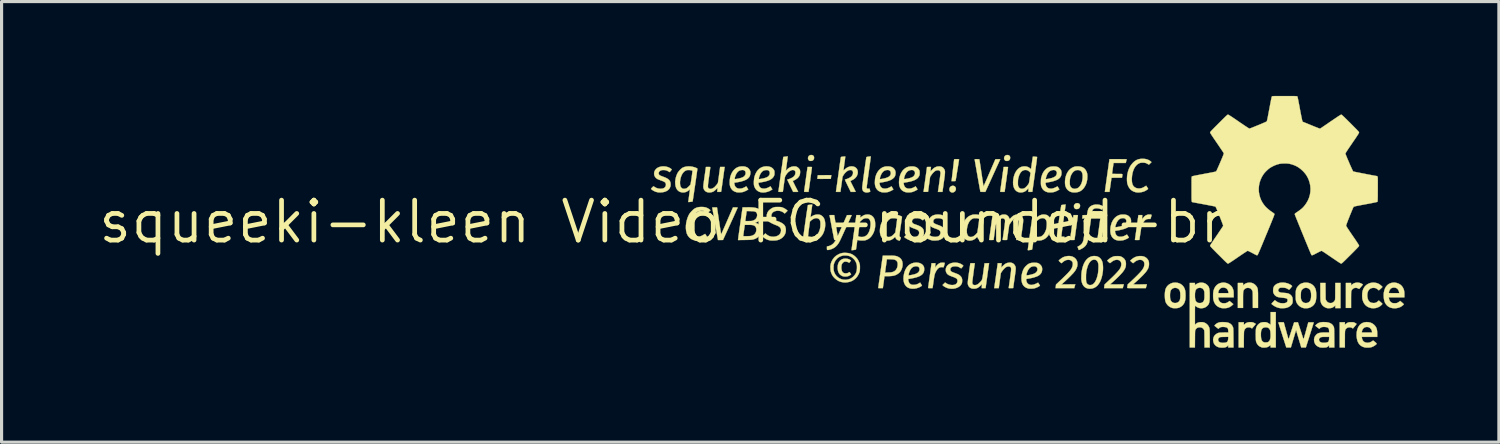
<source format=kicad_pcb>
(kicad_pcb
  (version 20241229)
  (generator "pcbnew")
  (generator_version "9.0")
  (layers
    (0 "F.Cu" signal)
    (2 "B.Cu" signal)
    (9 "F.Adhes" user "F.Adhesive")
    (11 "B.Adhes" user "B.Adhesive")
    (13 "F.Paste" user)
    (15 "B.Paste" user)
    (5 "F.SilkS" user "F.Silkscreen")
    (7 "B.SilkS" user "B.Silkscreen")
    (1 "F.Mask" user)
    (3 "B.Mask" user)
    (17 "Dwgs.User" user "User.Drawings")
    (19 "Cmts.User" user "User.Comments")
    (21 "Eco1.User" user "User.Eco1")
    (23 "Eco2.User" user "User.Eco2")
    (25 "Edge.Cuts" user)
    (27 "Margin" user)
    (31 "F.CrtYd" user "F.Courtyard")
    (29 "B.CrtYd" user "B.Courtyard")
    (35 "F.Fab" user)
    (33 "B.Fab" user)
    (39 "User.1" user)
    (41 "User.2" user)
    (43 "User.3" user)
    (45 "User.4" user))
  (footprint "squeeki-kleen Video FC-rounded-brd"
    (layer "F.Cu")
    (at 18.573 4.005)
    (property "Reference" "squeeki-kleen Video FC-rounded-brd" (at 0 0 0) (layer "F.SilkS") (effects (font (size 1.27 1.27) (thickness 0.15))))
    (attr through_hole)
    (fp_poly (pts (xy 4.201 -2.124) (xy 4.23 -2.113) (xy 4.251 -2.093) (xy 4.263 -2.065) (xy 4.266 -2.032) (xy 4.258 -1.995) (xy 4.242 -1.967) (xy 4.216 -1.948) (xy 4.182 -1.938) (xy 4.157 -1.937) (xy 4.133 -1.938) (xy 4.117 -1.943) (xy 4.103 -1.952) (xy 4.082 -1.978) (xy 4.072 -2.008) (xy 4.072 -2.036) (xy 4.082 -2.07) (xy 4.101 -2.098) (xy 4.129 -2.117) (xy 4.164 -2.126) (xy 4.201 -2.124)) (stroke (width 0.01) (type solid)) (fill yes) (layer "F.SilkS"))
    (fp_poly (pts (xy 4.809 -1.456) (xy 4.806 -1.43) (xy 4.802 -1.403) (xy 4.801 -1.397) (xy 4.797 -1.368) (xy 4.583 -1.367) (xy 4.523 -1.366) (xy 4.475 -1.366) (xy 4.437 -1.367) (xy 4.409 -1.367) (xy 4.389 -1.368) (xy 4.376 -1.37) (xy 4.37 -1.372) (xy 4.369 -1.373) (xy 4.37 -1.383) (xy 4.373 -1.402) (xy 4.376 -1.426) (xy 4.377 -1.432) (xy 4.385 -1.483) (xy 4.813 -1.486) (xy 4.809 -1.456)) (stroke (width 0.01) (type solid)) (fill yes) (layer "F.SilkS"))
    (fp_poly (pts (xy 10.436 -2.124) (xy 10.466 -2.113) (xy 10.487 -2.093) (xy 10.499 -2.065) (xy 10.501 -2.032) (xy 10.494 -1.995) (xy 10.477 -1.967) (xy 10.452 -1.948) (xy 10.417 -1.938) (xy 10.393 -1.937) (xy 10.369 -1.938) (xy 10.352 -1.943) (xy 10.339 -1.952) (xy 10.318 -1.978) (xy 10.308 -2.008) (xy 10.308 -2.036) (xy 10.317 -2.07) (xy 10.337 -2.098) (xy 10.365 -2.117) (xy 10.399 -2.126) (xy 10.436 -2.124)) (stroke (width 0.01) (type solid)) (fill yes) (layer "F.SilkS"))
    (fp_poly (pts (xy 8.695 -1.147) (xy 8.728 -1.136) (xy 8.753 -1.115) (xy 8.769 -1.087) (xy 8.776 -1.051) (xy 8.776 -1.048) (xy 8.77 -1.012) (xy 8.755 -0.982) (xy 8.732 -0.958) (xy 8.704 -0.941) (xy 8.672 -0.933) (xy 8.639 -0.936) (xy 8.617 -0.945) (xy 8.591 -0.963) (xy 8.575 -0.989) (xy 8.568 -1.023) (xy 8.568 -1.024) (xy 8.57 -1.061) (xy 8.583 -1.093) (xy 8.604 -1.12) (xy 8.632 -1.138) (xy 8.665 -1.147) (xy 8.695 -1.147)) (stroke (width 0.01) (type solid)) (fill yes) (layer "F.SilkS"))
    (fp_poly (pts (xy 12.655 -0.594) (xy 12.684 -0.584) (xy 12.706 -0.568) (xy 12.71 -0.562) (xy 12.722 -0.534) (xy 12.724 -0.501) (xy 12.716 -0.468) (xy 12.713 -0.462) (xy 12.697 -0.437) (xy 12.678 -0.42) (xy 12.652 -0.411) (xy 12.623 -0.407) (xy 12.6 -0.407) (xy 12.585 -0.408) (xy 12.573 -0.413) (xy 12.561 -0.423) (xy 12.557 -0.427) (xy 12.543 -0.441) (xy 12.535 -0.454) (xy 12.531 -0.471) (xy 12.53 -0.486) (xy 12.529 -0.51) (xy 12.532 -0.527) (xy 12.54 -0.541) (xy 12.542 -0.546) (xy 12.566 -0.573) (xy 12.593 -0.589) (xy 12.622 -0.595) (xy 12.655 -0.594)) (stroke (width 0.01) (type solid)) (fill yes) (layer "F.SilkS"))
    (fp_poly (pts (xy 18.171 3.189) (xy 18.211 3.195) (xy 18.247 3.208) (xy 18.283 3.227) (xy 18.313 3.246) (xy 18.3 3.263) (xy 18.291 3.275) (xy 18.275 3.293) (xy 18.256 3.316) (xy 18.24 3.335) (xy 18.192 3.391) (xy 18.166 3.374) (xy 18.148 3.363) (xy 18.129 3.357) (xy 18.103 3.354) (xy 18.095 3.354) (xy 18.069 3.354) (xy 18.049 3.356) (xy 18.031 3.362) (xy 18.015 3.37) (xy 17.982 3.393) (xy 17.958 3.425) (xy 17.942 3.466) (xy 17.939 3.483) (xy 17.937 3.498) (xy 17.936 3.524) (xy 17.935 3.56) (xy 17.934 3.603) (xy 17.933 3.651) (xy 17.933 3.704) (xy 17.932 3.758) (xy 17.932 3.994) (xy 17.767 3.994) (xy 17.767 3.194) (xy 17.932 3.194) (xy 17.932 3.278) (xy 17.961 3.251) (xy 17.997 3.223) (xy 18.035 3.204) (xy 18.079 3.193) (xy 18.124 3.189) (xy 18.171 3.189)) (stroke (width 0.01) (type solid)) (fill yes) (layer "F.SilkS"))
    (fp_poly (pts (xy 21.612 1.94) (xy 21.632 1.947) (xy 21.655 1.956) (xy 21.678 1.967) (xy 21.698 1.978) (xy 21.712 1.988) (xy 21.717 1.994) (xy 21.713 2) (xy 21.703 2.013) (xy 21.688 2.032) (xy 21.67 2.054) (xy 21.65 2.076) (xy 21.632 2.098) (xy 21.616 2.116) (xy 21.604 2.128) (xy 21.599 2.134) (xy 21.599 2.134) (xy 21.592 2.131) (xy 21.578 2.123) (xy 21.568 2.118) (xy 21.53 2.102) (xy 21.491 2.097) (xy 21.452 2.103) (xy 21.416 2.118) (xy 21.385 2.142) (xy 21.362 2.174) (xy 21.353 2.194) (xy 21.35 2.203) (xy 21.348 2.215) (xy 21.346 2.23) (xy 21.345 2.249) (xy 21.344 2.275) (xy 21.343 2.308) (xy 21.343 2.349) (xy 21.342 2.4) (xy 21.342 2.463) (xy 21.342 2.481) (xy 21.342 2.737) (xy 21.177 2.737) (xy 21.177 1.943) (xy 21.342 1.943) (xy 21.342 2.022) (xy 21.366 1.999) (xy 21.407 1.968) (xy 21.454 1.946) (xy 21.506 1.934) (xy 21.561 1.932) (xy 21.612 1.94)) (stroke (width 0.01) (type solid)) (fill yes) (layer "F.SilkS"))
    (fp_poly (pts (xy 20.533 2.462) (xy 20.552 2.499) (xy 20.576 2.535) (xy 20.607 2.56) (xy 20.642 2.576) (xy 20.68 2.583) (xy 20.718 2.58) (xy 20.754 2.568) (xy 20.787 2.546) (xy 20.815 2.514) (xy 20.823 2.5) (xy 20.827 2.493) (xy 20.83 2.486) (xy 20.832 2.477) (xy 20.834 2.466) (xy 20.835 2.451) (xy 20.836 2.43) (xy 20.837 2.403) (xy 20.838 2.368) (xy 20.838 2.325) (xy 20.839 2.27) (xy 20.839 2.208) (xy 20.841 1.943) (xy 21.006 1.943) (xy 21.006 2.743) (xy 20.841 2.743) (xy 20.841 2.659) (xy 20.809 2.688) (xy 20.784 2.707) (xy 20.756 2.723) (xy 20.741 2.731) (xy 20.703 2.741) (xy 20.66 2.746) (xy 20.617 2.747) (xy 20.579 2.743) (xy 20.569 2.74) (xy 20.514 2.718) (xy 20.466 2.687) (xy 20.426 2.647) (xy 20.396 2.6) (xy 20.377 2.546) (xy 20.371 2.517) (xy 20.37 2.501) (xy 20.368 2.474) (xy 20.367 2.438) (xy 20.366 2.394) (xy 20.365 2.343) (xy 20.365 2.288) (xy 20.365 2.23) (xy 20.365 2.208) (xy 20.364 1.943) (xy 20.529 1.943) (xy 20.533 2.462)) (stroke (width 0.01) (type solid)) (fill yes) (layer "F.SilkS"))
    (fp_poly (pts (xy 8.828 -1.994) (xy 8.853 -1.993) (xy 8.87 -1.991) (xy 8.877 -1.989) (xy 8.877 -1.989) (xy 8.876 -1.982) (xy 8.873 -1.963) (xy 8.869 -1.935) (xy 8.863 -1.899) (xy 8.856 -1.855) (xy 8.848 -1.807) (xy 8.84 -1.754) (xy 8.831 -1.698) (xy 8.821 -1.642) (xy 8.812 -1.585) (xy 8.803 -1.53) (xy 8.795 -1.479) (xy 8.787 -1.431) (xy 8.78 -1.389) (xy 8.774 -1.355) (xy 8.77 -1.329) (xy 8.767 -1.314) (xy 8.766 -1.31) (xy 8.764 -1.303) (xy 8.759 -1.299) (xy 8.75 -1.297) (xy 8.733 -1.296) (xy 8.707 -1.295) (xy 8.699 -1.295) (xy 8.635 -1.295) (xy 8.639 -1.316) (xy 8.64 -1.327) (xy 8.643 -1.348) (xy 8.647 -1.379) (xy 8.652 -1.418) (xy 8.657 -1.463) (xy 8.663 -1.514) (xy 8.67 -1.568) (xy 8.677 -1.624) (xy 8.683 -1.681) (xy 8.69 -1.737) (xy 8.696 -1.79) (xy 8.702 -1.84) (xy 8.707 -1.885) (xy 8.712 -1.923) (xy 8.715 -1.954) (xy 8.718 -1.974) (xy 8.719 -1.984) (xy 8.719 -1.985) (xy 8.721 -1.989) (xy 8.728 -1.991) (xy 8.742 -1.993) (xy 8.766 -1.994) (xy 8.798 -1.994) (xy 8.828 -1.994)) (stroke (width 0.01) (type solid)) (fill yes) (layer "F.SilkS"))
    (fp_poly (pts (xy 12.618 -0.216) (xy 12.639 -0.214) (xy 12.651 -0.212) (xy 12.655 -0.208) (xy 12.656 -0.208) (xy 12.655 -0.2) (xy 12.652 -0.181) (xy 12.648 -0.151) (xy 12.643 -0.113) (xy 12.637 -0.066) (xy 12.629 -0.012) (xy 12.621 0.048) (xy 12.612 0.112) (xy 12.602 0.181) (xy 12.602 0.185) (xy 12.592 0.253) (xy 12.583 0.318) (xy 12.575 0.377) (xy 12.567 0.431) (xy 12.561 0.478) (xy 12.555 0.517) (xy 12.551 0.546) (xy 12.549 0.565) (xy 12.548 0.573) (xy 12.548 0.573) (xy 12.542 0.575) (xy 12.526 0.577) (xy 12.502 0.578) (xy 12.475 0.578) (xy 12.444 0.578) (xy 12.424 0.577) (xy 12.412 0.576) (xy 12.406 0.573) (xy 12.405 0.569) (xy 12.406 0.564) (xy 12.407 0.555) (xy 12.41 0.535) (xy 12.414 0.504) (xy 12.42 0.465) (xy 12.426 0.417) (xy 12.434 0.363) (xy 12.442 0.303) (xy 12.451 0.239) (xy 12.459 0.184) (xy 12.468 0.117) (xy 12.477 0.053) (xy 12.486 -0.006) (xy 12.493 -0.059) (xy 12.5 -0.106) (xy 12.505 -0.144) (xy 12.509 -0.173) (xy 12.512 -0.192) (xy 12.513 -0.198) (xy 12.517 -0.216) (xy 12.586 -0.216) (xy 12.618 -0.216)) (stroke (width 0.01) (type solid)) (fill yes) (layer "F.SilkS"))
    (fp_poly (pts (xy 4.158 -1.746) (xy 4.178 -1.745) (xy 4.19 -1.744) (xy 4.195 -1.741) (xy 4.197 -1.736) (xy 4.197 -1.733) (xy 4.196 -1.724) (xy 4.194 -1.705) (xy 4.19 -1.676) (xy 4.185 -1.638) (xy 4.179 -1.593) (xy 4.172 -1.542) (xy 4.164 -1.487) (xy 4.156 -1.429) (xy 4.148 -1.369) (xy 4.14 -1.308) (xy 4.131 -1.249) (xy 4.123 -1.192) (xy 4.116 -1.138) (xy 4.109 -1.09) (xy 4.103 -1.048) (xy 4.098 -1.014) (xy 4.094 -0.989) (xy 4.092 -0.974) (xy 4.092 -0.973) (xy 4.088 -0.953) (xy 4.019 -0.953) (xy 3.988 -0.953) (xy 3.968 -0.954) (xy 3.957 -0.955) (xy 3.951 -0.958) (xy 3.95 -0.963) (xy 3.95 -0.964) (xy 3.951 -0.972) (xy 3.953 -0.991) (xy 3.957 -1.021) (xy 3.962 -1.06) (xy 3.969 -1.108) (xy 3.976 -1.162) (xy 3.985 -1.222) (xy 3.994 -1.287) (xy 4.003 -1.355) (xy 4.004 -1.359) (xy 4.013 -1.427) (xy 4.022 -1.492) (xy 4.031 -1.551) (xy 4.038 -1.605) (xy 4.045 -1.651) (xy 4.05 -1.689) (xy 4.054 -1.719) (xy 4.057 -1.737) (xy 4.058 -1.745) (xy 4.058 -1.745) (xy 4.064 -1.745) (xy 4.08 -1.746) (xy 4.103 -1.746) (xy 4.128 -1.746) (xy 4.158 -1.746)) (stroke (width 0.01) (type solid)) (fill yes) (layer "F.SilkS"))
    (fp_poly (pts (xy 10.394 -1.746) (xy 10.414 -1.745) (xy 10.426 -1.744) (xy 10.431 -1.741) (xy 10.433 -1.736) (xy 10.433 -1.734) (xy 10.432 -1.726) (xy 10.43 -1.707) (xy 10.426 -1.678) (xy 10.421 -1.64) (xy 10.415 -1.595) (xy 10.408 -1.545) (xy 10.4 -1.49) (xy 10.392 -1.431) (xy 10.384 -1.371) (xy 10.376 -1.311) (xy 10.367 -1.252) (xy 10.359 -1.194) (xy 10.352 -1.141) (xy 10.345 -1.092) (xy 10.339 -1.05) (xy 10.334 -1.016) (xy 10.33 -0.99) (xy 10.328 -0.975) (xy 10.327 -0.973) (xy 10.324 -0.953) (xy 10.255 -0.953) (xy 10.224 -0.953) (xy 10.204 -0.953) (xy 10.193 -0.955) (xy 10.187 -0.958) (xy 10.185 -0.963) (xy 10.185 -0.965) (xy 10.186 -0.973) (xy 10.189 -0.993) (xy 10.193 -1.023) (xy 10.198 -1.062) (xy 10.204 -1.109) (xy 10.212 -1.164) (xy 10.22 -1.224) (xy 10.229 -1.289) (xy 10.239 -1.357) (xy 10.239 -1.36) (xy 10.249 -1.428) (xy 10.258 -1.492) (xy 10.266 -1.552) (xy 10.274 -1.605) (xy 10.28 -1.652) (xy 10.286 -1.69) (xy 10.29 -1.719) (xy 10.292 -1.737) (xy 10.293 -1.745) (xy 10.293 -1.745) (xy 10.299 -1.745) (xy 10.315 -1.746) (xy 10.339 -1.746) (xy 10.363 -1.746) (xy 10.394 -1.746)) (stroke (width 0.01) (type solid)) (fill yes) (layer "F.SilkS"))
    (fp_poly (pts (xy 21.378 3.191) (xy 21.402 3.192) (xy 21.419 3.194) (xy 21.434 3.198) (xy 21.45 3.205) (xy 21.464 3.212) (xy 21.486 3.224) (xy 21.504 3.234) (xy 21.513 3.241) (xy 21.514 3.242) (xy 21.514 3.248) (xy 21.509 3.259) (xy 21.497 3.277) (xy 21.477 3.301) (xy 21.462 3.319) (xy 21.441 3.344) (xy 21.423 3.365) (xy 21.41 3.381) (xy 21.403 3.389) (xy 21.402 3.39) (xy 21.396 3.389) (xy 21.388 3.383) (xy 21.362 3.366) (xy 21.329 3.356) (xy 21.292 3.353) (xy 21.256 3.357) (xy 21.231 3.365) (xy 21.21 3.377) (xy 21.19 3.394) (xy 21.185 3.398) (xy 21.176 3.408) (xy 21.168 3.418) (xy 21.162 3.429) (xy 21.157 3.442) (xy 21.153 3.459) (xy 21.15 3.48) (xy 21.148 3.508) (xy 21.147 3.542) (xy 21.146 3.585) (xy 21.146 3.637) (xy 21.146 3.701) (xy 21.145 3.735) (xy 21.145 3.994) (xy 20.98 3.994) (xy 20.98 3.194) (xy 21.145 3.194) (xy 21.145 3.272) (xy 21.172 3.248) (xy 21.193 3.232) (xy 21.219 3.215) (xy 21.234 3.208) (xy 21.25 3.2) (xy 21.266 3.196) (xy 21.283 3.193) (xy 21.305 3.191) (xy 21.336 3.191) (xy 21.346 3.191) (xy 21.378 3.191)) (stroke (width 0.01) (type solid)) (fill yes) (layer "F.SilkS"))
    (fp_poly (pts (xy 1.242 -0.033) (xy 1.253 0.039) (xy 1.263 0.107) (xy 1.273 0.171) (xy 1.282 0.229) (xy 1.29 0.28) (xy 1.297 0.323) (xy 1.302 0.357) (xy 1.306 0.381) (xy 1.309 0.395) (xy 1.309 0.397) (xy 1.312 0.392) (xy 1.32 0.376) (xy 1.332 0.35) (xy 1.348 0.316) (xy 1.367 0.273) (xy 1.389 0.223) (xy 1.414 0.167) (xy 1.441 0.105) (xy 1.47 0.039) (xy 1.5 -0.03) (xy 1.687 -0.46) (xy 1.761 -0.46) (xy 1.794 -0.46) (xy 1.818 -0.458) (xy 1.832 -0.456) (xy 1.835 -0.454) (xy 1.833 -0.447) (xy 1.826 -0.43) (xy 1.814 -0.403) (xy 1.797 -0.367) (xy 1.778 -0.322) (xy 1.754 -0.27) (xy 1.728 -0.212) (xy 1.699 -0.148) (xy 1.668 -0.079) (xy 1.634 -0.006) (xy 1.602 0.065) (xy 1.368 0.577) (xy 1.289 0.578) (xy 1.21 0.578) (xy 1.118 0.065) (xy 1.104 -0.014) (xy 1.091 -0.089) (xy 1.078 -0.16) (xy 1.067 -0.226) (xy 1.056 -0.285) (xy 1.047 -0.337) (xy 1.039 -0.38) (xy 1.033 -0.415) (xy 1.029 -0.439) (xy 1.027 -0.452) (xy 1.026 -0.454) (xy 1.032 -0.457) (xy 1.049 -0.459) (xy 1.076 -0.46) (xy 1.102 -0.46) (xy 1.178 -0.46) (xy 1.242 -0.033)) (stroke (width 0.01) (type solid)) (fill yes) (layer "F.SilkS"))
    (fp_poly (pts (xy 18.188 1.942) (xy 18.232 1.96) (xy 18.266 1.981) (xy 18.299 2.009) (xy 18.328 2.041) (xy 18.347 2.069) (xy 18.355 2.085) (xy 18.362 2.1) (xy 18.368 2.116) (xy 18.372 2.134) (xy 18.376 2.156) (xy 18.378 2.182) (xy 18.38 2.214) (xy 18.382 2.253) (xy 18.383 2.301) (xy 18.383 2.358) (xy 18.383 2.427) (xy 18.383 2.459) (xy 18.383 2.737) (xy 18.219 2.737) (xy 18.217 2.478) (xy 18.216 2.414) (xy 18.216 2.361) (xy 18.215 2.319) (xy 18.215 2.285) (xy 18.214 2.258) (xy 18.213 2.238) (xy 18.211 2.223) (xy 18.209 2.212) (xy 18.207 2.203) (xy 18.204 2.195) (xy 18.2 2.188) (xy 18.178 2.15) (xy 18.151 2.123) (xy 18.118 2.107) (xy 18.076 2.1) (xy 18.063 2.099) (xy 18.02 2.103) (xy 17.986 2.116) (xy 17.956 2.139) (xy 17.946 2.149) (xy 17.937 2.16) (xy 17.929 2.171) (xy 17.923 2.184) (xy 17.918 2.199) (xy 17.914 2.218) (xy 17.911 2.243) (xy 17.909 2.273) (xy 17.908 2.312) (xy 17.907 2.359) (xy 17.907 2.417) (xy 17.907 2.485) (xy 17.907 2.737) (xy 17.742 2.737) (xy 17.742 1.943) (xy 17.907 1.943) (xy 17.907 2.021) (xy 17.932 1.998) (xy 17.976 1.967) (xy 18.026 1.945) (xy 18.08 1.934) (xy 18.134 1.933) (xy 18.188 1.942)) (stroke (width 0.01) (type solid)) (fill yes) (layer "F.SilkS"))
    (fp_poly (pts (xy 5.284 1.17) (xy 5.337 1.177) (xy 5.384 1.193) (xy 5.423 1.218) (xy 5.438 1.23) (xy 5.411 1.266) (xy 5.398 1.284) (xy 5.387 1.296) (xy 5.382 1.302) (xy 5.382 1.302) (xy 5.376 1.299) (xy 5.362 1.292) (xy 5.351 1.285) (xy 5.319 1.272) (xy 5.283 1.265) (xy 5.247 1.265) (xy 5.224 1.27) (xy 5.202 1.282) (xy 5.18 1.302) (xy 5.16 1.326) (xy 5.147 1.351) (xy 5.145 1.357) (xy 5.136 1.4) (xy 5.133 1.448) (xy 5.135 1.495) (xy 5.137 1.508) (xy 5.148 1.554) (xy 5.165 1.59) (xy 5.188 1.614) (xy 5.217 1.63) (xy 5.255 1.637) (xy 5.258 1.637) (xy 5.298 1.637) (xy 5.332 1.629) (xy 5.363 1.613) (xy 5.37 1.609) (xy 5.384 1.601) (xy 5.395 1.598) (xy 5.397 1.599) (xy 5.402 1.607) (xy 5.412 1.622) (xy 5.422 1.638) (xy 5.444 1.671) (xy 5.429 1.684) (xy 5.415 1.693) (xy 5.395 1.705) (xy 5.372 1.716) (xy 5.35 1.726) (xy 5.331 1.732) (xy 5.31 1.736) (xy 5.282 1.738) (xy 5.271 1.738) (xy 5.23 1.738) (xy 5.199 1.735) (xy 5.183 1.731) (xy 5.133 1.709) (xy 5.091 1.677) (xy 5.058 1.637) (xy 5.034 1.588) (xy 5.02 1.53) (xy 5.014 1.463) (xy 5.014 1.448) (xy 5.02 1.382) (xy 5.034 1.324) (xy 5.058 1.275) (xy 5.091 1.234) (xy 5.125 1.207) (xy 5.162 1.187) (xy 5.201 1.174) (xy 5.246 1.169) (xy 5.284 1.17)) (stroke (width 0.01) (type solid)) (fill yes) (layer "F.SilkS"))
    (fp_poly (pts (xy 6.07 -2.08) (xy 6.069 -2.073) (xy 6.067 -2.055) (xy 6.063 -2.026) (xy 6.058 -1.988) (xy 6.052 -1.94) (xy 6.045 -1.885) (xy 6.036 -1.824) (xy 6.027 -1.756) (xy 6.017 -1.684) (xy 6.006 -1.608) (xy 6.005 -1.596) (xy 5.994 -1.518) (xy 5.984 -1.444) (xy 5.974 -1.375) (xy 5.965 -1.31) (xy 5.957 -1.252) (xy 5.951 -1.201) (xy 5.945 -1.159) (xy 5.941 -1.126) (xy 5.938 -1.103) (xy 5.937 -1.092) (xy 5.937 -1.091) (xy 5.94 -1.072) (xy 5.948 -1.061) (xy 5.965 -1.056) (xy 5.992 -1.055) (xy 5.992 -1.055) (xy 6.028 -1.057) (xy 6.041 -1.011) (xy 6.047 -0.985) (xy 6.049 -0.967) (xy 6.048 -0.959) (xy 6.037 -0.953) (xy 6.017 -0.947) (xy 5.992 -0.941) (xy 5.967 -0.936) (xy 5.944 -0.934) (xy 5.938 -0.934) (xy 5.914 -0.936) (xy 5.891 -0.94) (xy 5.886 -0.941) (xy 5.851 -0.957) (xy 5.824 -0.982) (xy 5.806 -1.016) (xy 5.797 -1.059) (xy 5.796 -1.086) (xy 5.797 -1.099) (xy 5.799 -1.123) (xy 5.803 -1.157) (xy 5.808 -1.2) (xy 5.815 -1.25) (xy 5.822 -1.305) (xy 5.83 -1.366) (xy 5.839 -1.43) (xy 5.848 -1.497) (xy 5.857 -1.565) (xy 5.867 -1.634) (xy 5.876 -1.701) (xy 5.885 -1.766) (xy 5.894 -1.827) (xy 5.902 -1.883) (xy 5.91 -1.934) (xy 5.916 -1.978) (xy 5.922 -2.013) (xy 5.926 -2.039) (xy 5.929 -2.054) (xy 5.93 -2.057) (xy 5.938 -2.063) (xy 5.957 -2.068) (xy 5.987 -2.073) (xy 6.001 -2.075) (xy 6.029 -2.078) (xy 6.051 -2.079) (xy 6.065 -2.08) (xy 6.07 -2.08)) (stroke (width 0.01) (type solid)) (fill yes) (layer "F.SilkS"))
    (fp_poly (pts (xy 12.265 -0.551) (xy 12.265 -0.545) (xy 12.262 -0.527) (xy 12.258 -0.498) (xy 12.253 -0.459) (xy 12.247 -0.412) (xy 12.239 -0.357) (xy 12.231 -0.295) (xy 12.221 -0.227) (xy 12.211 -0.154) (xy 12.2 -0.078) (xy 12.196 -0.049) (xy 12.183 0.047) (xy 12.171 0.132) (xy 12.161 0.205) (xy 12.152 0.267) (xy 12.146 0.32) (xy 12.14 0.363) (xy 12.136 0.397) (xy 12.134 0.424) (xy 12.132 0.443) (xy 12.132 0.455) (xy 12.132 0.462) (xy 12.133 0.462) (xy 12.139 0.468) (xy 12.152 0.471) (xy 12.172 0.472) (xy 12.181 0.472) (xy 12.221 0.47) (xy 12.232 0.511) (xy 12.238 0.533) (xy 12.243 0.551) (xy 12.246 0.561) (xy 12.244 0.57) (xy 12.231 0.578) (xy 12.211 0.585) (xy 12.185 0.59) (xy 12.156 0.594) (xy 12.127 0.595) (xy 12.1 0.593) (xy 12.078 0.589) (xy 12.075 0.588) (xy 12.042 0.572) (xy 12.019 0.552) (xy 12.005 0.53) (xy 12 0.52) (xy 11.996 0.51) (xy 11.993 0.498) (xy 11.992 0.483) (xy 11.991 0.466) (xy 11.991 0.444) (xy 11.992 0.418) (xy 11.995 0.386) (xy 11.999 0.347) (xy 12.005 0.301) (xy 12.012 0.246) (xy 12.02 0.182) (xy 12.031 0.109) (xy 12.043 0.024) (xy 12.055 -0.063) (xy 12.066 -0.138) (xy 12.076 -0.21) (xy 12.086 -0.277) (xy 12.096 -0.339) (xy 12.104 -0.394) (xy 12.111 -0.441) (xy 12.118 -0.479) (xy 12.123 -0.508) (xy 12.126 -0.527) (xy 12.128 -0.533) (xy 12.136 -0.535) (xy 12.154 -0.538) (xy 12.176 -0.542) (xy 12.202 -0.545) (xy 12.226 -0.548) (xy 12.247 -0.55) (xy 12.261 -0.551) (xy 12.265 -0.551)) (stroke (width 0.01) (type solid)) (fill yes) (layer "F.SilkS"))
    (fp_poly (pts (xy 14.965 -0.232) (xy 14.975 -0.231) (xy 14.987 -0.228) (xy 14.994 -0.224) (xy 14.997 -0.216) (xy 14.996 -0.203) (xy 14.99 -0.181) (xy 14.981 -0.149) (xy 14.981 -0.149) (xy 14.963 -0.092) (xy 14.909 -0.092) (xy 14.867 -0.089) (xy 14.832 -0.079) (xy 14.802 -0.061) (xy 14.774 -0.035) (xy 14.745 0.003) (xy 14.745 0.004) (xy 14.728 0.03) (xy 14.714 0.053) (xy 14.702 0.077) (xy 14.692 0.102) (xy 14.683 0.13) (xy 14.675 0.163) (xy 14.667 0.202) (xy 14.659 0.249) (xy 14.65 0.306) (xy 14.642 0.359) (xy 14.635 0.409) (xy 14.628 0.455) (xy 14.622 0.496) (xy 14.618 0.529) (xy 14.614 0.554) (xy 14.612 0.569) (xy 14.612 0.573) (xy 14.606 0.575) (xy 14.589 0.577) (xy 14.566 0.578) (xy 14.539 0.578) (xy 14.508 0.578) (xy 14.487 0.577) (xy 14.475 0.575) (xy 14.47 0.573) (xy 14.469 0.568) (xy 14.469 0.567) (xy 14.47 0.559) (xy 14.473 0.539) (xy 14.477 0.509) (xy 14.483 0.47) (xy 14.49 0.423) (xy 14.497 0.369) (xy 14.506 0.309) (xy 14.514 0.245) (xy 14.523 0.187) (xy 14.532 0.12) (xy 14.541 0.056) (xy 14.549 -0.004) (xy 14.557 -0.057) (xy 14.563 -0.104) (xy 14.569 -0.143) (xy 14.573 -0.172) (xy 14.576 -0.191) (xy 14.577 -0.198) (xy 14.581 -0.216) (xy 14.702 -0.216) (xy 14.698 -0.145) (xy 14.697 -0.117) (xy 14.697 -0.096) (xy 14.697 -0.083) (xy 14.699 -0.08) (xy 14.705 -0.088) (xy 14.715 -0.103) (xy 14.728 -0.122) (xy 14.729 -0.123) (xy 14.766 -0.168) (xy 14.808 -0.201) (xy 14.856 -0.223) (xy 14.908 -0.234) (xy 14.965 -0.232)) (stroke (width 0.01) (type solid)) (fill yes) (layer "F.SilkS"))
    (fp_poly (pts (xy 8.379 1.299) (xy 8.401 1.301) (xy 8.415 1.303) (xy 8.419 1.305) (xy 8.42 1.314) (xy 8.416 1.333) (xy 8.409 1.362) (xy 8.404 1.378) (xy 8.384 1.445) (xy 8.362 1.442) (xy 8.319 1.439) (xy 8.279 1.444) (xy 8.264 1.448) (xy 8.233 1.464) (xy 8.202 1.491) (xy 8.171 1.529) (xy 8.143 1.575) (xy 8.117 1.628) (xy 8.115 1.633) (xy 8.109 1.648) (xy 8.103 1.665) (xy 8.098 1.686) (xy 8.093 1.71) (xy 8.087 1.742) (xy 8.081 1.781) (xy 8.073 1.831) (xy 8.067 1.873) (xy 8.06 1.922) (xy 8.054 1.968) (xy 8.048 2.009) (xy 8.043 2.043) (xy 8.039 2.069) (xy 8.036 2.085) (xy 8.036 2.088) (xy 8.032 2.108) (xy 7.963 2.108) (xy 7.932 2.108) (xy 7.912 2.107) (xy 7.9 2.105) (xy 7.895 2.102) (xy 7.893 2.098) (xy 7.893 2.097) (xy 7.894 2.089) (xy 7.896 2.069) (xy 7.9 2.039) (xy 7.906 2) (xy 7.912 1.953) (xy 7.92 1.899) (xy 7.928 1.839) (xy 7.937 1.774) (xy 7.947 1.706) (xy 7.947 1.702) (xy 7.957 1.634) (xy 7.966 1.57) (xy 7.974 1.51) (xy 7.982 1.456) (xy 7.988 1.41) (xy 7.993 1.372) (xy 7.997 1.343) (xy 8 1.324) (xy 8.001 1.317) (xy 8.001 1.316) (xy 8.007 1.316) (xy 8.023 1.315) (xy 8.046 1.315) (xy 8.062 1.314) (xy 8.123 1.314) (xy 8.117 1.461) (xy 8.135 1.43) (xy 8.159 1.395) (xy 8.19 1.362) (xy 8.224 1.334) (xy 8.255 1.315) (xy 8.274 1.307) (xy 8.291 1.302) (xy 8.312 1.3) (xy 8.34 1.299) (xy 8.352 1.299) (xy 8.379 1.299)) (stroke (width 0.01) (type solid)) (fill yes) (layer "F.SilkS"))
    (fp_poly (pts (xy 22.094 1.934) (xy 22.156 1.946) (xy 22.216 1.969) (xy 22.216 1.969) (xy 22.235 1.98) (xy 22.257 1.995) (xy 22.281 2.013) (xy 22.303 2.032) (xy 22.322 2.048) (xy 22.335 2.062) (xy 22.339 2.07) (xy 22.335 2.077) (xy 22.323 2.09) (xy 22.303 2.11) (xy 22.273 2.137) (xy 22.252 2.155) (xy 22.225 2.179) (xy 22.196 2.154) (xy 22.159 2.126) (xy 22.122 2.108) (xy 22.082 2.1) (xy 22.063 2.099) (xy 22.017 2.102) (xy 21.978 2.112) (xy 21.945 2.13) (xy 21.927 2.144) (xy 21.898 2.178) (xy 21.877 2.221) (xy 21.863 2.272) (xy 21.858 2.329) (xy 21.861 2.39) (xy 21.862 2.392) (xy 21.873 2.449) (xy 21.892 2.495) (xy 21.918 2.531) (xy 21.951 2.557) (xy 21.992 2.573) (xy 22.042 2.58) (xy 22.054 2.581) (xy 22.094 2.579) (xy 22.128 2.571) (xy 22.159 2.555) (xy 22.192 2.53) (xy 22.196 2.526) (xy 22.225 2.501) (xy 22.282 2.551) (xy 22.304 2.571) (xy 22.322 2.588) (xy 22.334 2.601) (xy 22.339 2.607) (xy 22.334 2.616) (xy 22.322 2.631) (xy 22.304 2.648) (xy 22.283 2.667) (xy 22.262 2.684) (xy 22.244 2.695) (xy 22.187 2.723) (xy 22.124 2.741) (xy 22.058 2.748) (xy 21.992 2.744) (xy 21.968 2.739) (xy 21.905 2.719) (xy 21.849 2.689) (xy 21.8 2.649) (xy 21.76 2.6) (xy 21.729 2.542) (xy 21.707 2.476) (xy 21.706 2.472) (xy 21.7 2.439) (xy 21.697 2.402) (xy 21.695 2.357) (xy 21.695 2.337) (xy 21.697 2.281) (xy 21.702 2.234) (xy 21.711 2.192) (xy 21.724 2.151) (xy 21.74 2.116) (xy 21.771 2.065) (xy 21.812 2.021) (xy 21.86 1.985) (xy 21.913 1.958) (xy 21.971 1.94) (xy 22.032 1.932) (xy 22.094 1.934)) (stroke (width 0.01) (type solid)) (fill yes) (layer "F.SilkS"))
    (fp_poly (pts (xy 14.785 -2.002) (xy 14.851 -1.988) (xy 14.909 -1.964) (xy 14.958 -1.933) (xy 14.969 -1.923) (xy 14.996 -1.899) (xy 14.954 -1.858) (xy 14.913 -1.817) (xy 14.879 -1.838) (xy 14.842 -1.859) (xy 14.808 -1.872) (xy 14.772 -1.88) (xy 14.729 -1.882) (xy 14.716 -1.882) (xy 14.681 -1.881) (xy 14.655 -1.879) (xy 14.632 -1.873) (xy 14.616 -1.868) (xy 14.565 -1.841) (xy 14.52 -1.803) (xy 14.479 -1.756) (xy 14.444 -1.699) (xy 14.416 -1.633) (xy 14.394 -1.56) (xy 14.379 -1.481) (xy 14.371 -1.396) (xy 14.37 -1.353) (xy 14.372 -1.29) (xy 14.379 -1.238) (xy 14.391 -1.194) (xy 14.408 -1.158) (xy 14.432 -1.127) (xy 14.438 -1.12) (xy 14.475 -1.092) (xy 14.52 -1.072) (xy 14.572 -1.062) (xy 14.58 -1.062) (xy 14.624 -1.062) (xy 14.668 -1.07) (xy 14.712 -1.084) (xy 14.759 -1.108) (xy 14.806 -1.137) (xy 14.826 -1.15) (xy 14.856 -1.104) (xy 14.87 -1.082) (xy 14.881 -1.064) (xy 14.887 -1.053) (xy 14.888 -1.051) (xy 14.885 -1.045) (xy 14.872 -1.034) (xy 14.854 -1.02) (xy 14.831 -1.005) (xy 14.808 -0.991) (xy 14.786 -0.979) (xy 14.734 -0.959) (xy 14.676 -0.944) (xy 14.614 -0.936) (xy 14.554 -0.935) (xy 14.499 -0.941) (xy 14.491 -0.943) (xy 14.428 -0.963) (xy 14.372 -0.994) (xy 14.324 -1.034) (xy 14.284 -1.084) (xy 14.252 -1.143) (xy 14.229 -1.21) (xy 14.226 -1.222) (xy 14.22 -1.262) (xy 14.216 -1.31) (xy 14.215 -1.363) (xy 14.217 -1.417) (xy 14.221 -1.468) (xy 14.227 -1.508) (xy 14.247 -1.598) (xy 14.274 -1.678) (xy 14.308 -1.75) (xy 14.349 -1.813) (xy 14.398 -1.871) (xy 14.421 -1.895) (xy 14.473 -1.938) (xy 14.526 -1.969) (xy 14.584 -1.991) (xy 14.647 -2.003) (xy 14.713 -2.006) (xy 14.785 -2.002)) (stroke (width 0.01) (type solid)) (fill yes) (layer "F.SilkS"))
    (fp_poly (pts (xy 12.434 1.092) (xy 12.491 1.109) (xy 12.539 1.135) (xy 12.579 1.17) (xy 12.61 1.213) (xy 12.631 1.262) (xy 12.64 1.318) (xy 12.64 1.375) (xy 12.629 1.432) (xy 12.607 1.488) (xy 12.574 1.546) (xy 12.549 1.581) (xy 12.53 1.604) (xy 12.504 1.635) (xy 12.47 1.67) (xy 12.432 1.71) (xy 12.39 1.752) (xy 12.346 1.795) (xy 12.302 1.837) (xy 12.259 1.877) (xy 12.219 1.914) (xy 12.217 1.915) (xy 12.132 1.991) (xy 12.572 1.986) (xy 12.56 2.03) (xy 12.553 2.054) (xy 12.547 2.076) (xy 12.543 2.091) (xy 12.54 2.108) (xy 11.943 2.108) (xy 11.946 2.094) (xy 11.949 2.08) (xy 11.952 2.059) (xy 11.954 2.037) (xy 11.959 1.994) (xy 12.086 1.874) (xy 12.145 1.819) (xy 12.2 1.765) (xy 12.252 1.714) (xy 12.299 1.667) (xy 12.341 1.624) (xy 12.375 1.586) (xy 12.402 1.556) (xy 12.416 1.538) (xy 12.449 1.489) (xy 12.474 1.438) (xy 12.488 1.388) (xy 12.493 1.342) (xy 12.49 1.314) (xy 12.487 1.296) (xy 12.485 1.284) (xy 12.484 1.281) (xy 12.48 1.274) (xy 12.47 1.261) (xy 12.461 1.251) (xy 12.434 1.227) (xy 12.402 1.213) (xy 12.364 1.207) (xy 12.336 1.208) (xy 12.292 1.214) (xy 12.252 1.229) (xy 12.211 1.252) (xy 12.177 1.279) (xy 12.158 1.295) (xy 12.142 1.307) (xy 12.133 1.314) (xy 12.131 1.314) (xy 12.124 1.31) (xy 12.111 1.299) (xy 12.094 1.285) (xy 12.076 1.268) (xy 12.061 1.252) (xy 12.05 1.24) (xy 12.046 1.234) (xy 12.051 1.226) (xy 12.064 1.212) (xy 12.083 1.196) (xy 12.105 1.178) (xy 12.128 1.16) (xy 12.151 1.145) (xy 12.163 1.137) (xy 12.216 1.113) (xy 12.276 1.096) (xy 12.337 1.087) (xy 12.398 1.087) (xy 12.434 1.092)) (stroke (width 0.01) (type solid)) (fill yes) (layer "F.SilkS"))
    (fp_poly (pts (xy 0.739 -0.473) (xy 0.802 -0.464) (xy 0.859 -0.445) (xy 0.911 -0.417) (xy 0.941 -0.394) (xy 0.971 -0.37) (xy 0.928 -0.328) (xy 0.886 -0.286) (xy 0.857 -0.305) (xy 0.807 -0.332) (xy 0.751 -0.349) (xy 0.718 -0.354) (xy 0.657 -0.353) (xy 0.6 -0.34) (xy 0.548 -0.315) (xy 0.501 -0.279) (xy 0.458 -0.232) (xy 0.421 -0.174) (xy 0.413 -0.157) (xy 0.389 -0.104) (xy 0.372 -0.053) (xy 0.359 0.000322) (xy 0.351 0.058) (xy 0.347 0.123) (xy 0.346 0.168) (xy 0.346 0.212) (xy 0.347 0.245) (xy 0.349 0.27) (xy 0.351 0.29) (xy 0.354 0.306) (xy 0.358 0.318) (xy 0.381 0.368) (xy 0.411 0.409) (xy 0.448 0.439) (xy 0.493 0.459) (xy 0.544 0.468) (xy 0.587 0.468) (xy 0.632 0.463) (xy 0.673 0.451) (xy 0.716 0.432) (xy 0.754 0.41) (xy 0.8 0.382) (xy 0.825 0.418) (xy 0.842 0.444) (xy 0.854 0.463) (xy 0.859 0.475) (xy 0.859 0.484) (xy 0.854 0.491) (xy 0.846 0.498) (xy 0.827 0.512) (xy 0.799 0.529) (xy 0.767 0.546) (xy 0.733 0.562) (xy 0.702 0.574) (xy 0.683 0.581) (xy 0.648 0.588) (xy 0.606 0.592) (xy 0.562 0.594) (xy 0.518 0.594) (xy 0.481 0.59) (xy 0.464 0.588) (xy 0.401 0.567) (xy 0.345 0.536) (xy 0.296 0.495) (xy 0.256 0.446) (xy 0.225 0.388) (xy 0.213 0.355) (xy 0.196 0.283) (xy 0.188 0.205) (xy 0.189 0.122) (xy 0.198 0.038) (xy 0.216 -0.046) (xy 0.241 -0.128) (xy 0.273 -0.204) (xy 0.295 -0.244) (xy 0.314 -0.273) (xy 0.34 -0.305) (xy 0.371 -0.339) (xy 0.403 -0.37) (xy 0.433 -0.398) (xy 0.461 -0.418) (xy 0.47 -0.424) (xy 0.511 -0.444) (xy 0.551 -0.459) (xy 0.594 -0.468) (xy 0.644 -0.473) (xy 0.667 -0.474) (xy 0.739 -0.473)) (stroke (width 0.01) (type solid)) (fill yes) (layer "F.SilkS"))
    (fp_poly (pts (xy 9.481 -1.993) (xy 9.504 -1.992) (xy 9.517 -1.989) (xy 9.522 -1.986) (xy 9.523 -1.978) (xy 9.526 -1.959) (xy 9.531 -1.93) (xy 9.537 -1.891) (xy 9.544 -1.844) (xy 9.553 -1.789) (xy 9.562 -1.729) (xy 9.572 -1.662) (xy 9.582 -1.592) (xy 9.588 -1.553) (xy 9.599 -1.481) (xy 9.609 -1.413) (xy 9.619 -1.35) (xy 9.628 -1.293) (xy 9.635 -1.242) (xy 9.642 -1.199) (xy 9.647 -1.165) (xy 9.651 -1.142) (xy 9.653 -1.129) (xy 9.654 -1.127) (xy 9.656 -1.132) (xy 9.664 -1.148) (xy 9.675 -1.174) (xy 9.691 -1.209) (xy 9.71 -1.252) (xy 9.732 -1.303) (xy 9.757 -1.359) (xy 9.784 -1.421) (xy 9.812 -1.487) (xy 9.843 -1.557) (xy 9.843 -1.558) (xy 10.031 -1.991) (xy 10.109 -1.993) (xy 10.143 -1.993) (xy 10.168 -1.992) (xy 10.182 -1.99) (xy 10.184 -1.988) (xy 10.182 -1.982) (xy 10.174 -1.964) (xy 10.161 -1.937) (xy 10.145 -1.901) (xy 10.125 -1.856) (xy 10.101 -1.805) (xy 10.074 -1.746) (xy 10.045 -1.682) (xy 10.014 -1.613) (xy 9.98 -1.54) (xy 9.947 -1.467) (xy 9.712 -0.953) (xy 9.634 -0.953) (xy 9.599 -0.953) (xy 9.574 -0.954) (xy 9.56 -0.957) (xy 9.554 -0.96) (xy 9.554 -0.96) (xy 9.552 -0.968) (xy 9.548 -0.988) (xy 9.543 -1.017) (xy 9.536 -1.056) (xy 9.527 -1.102) (xy 9.518 -1.155) (xy 9.507 -1.214) (xy 9.496 -1.277) (xy 9.484 -1.343) (xy 9.472 -1.412) (xy 9.46 -1.481) (xy 9.447 -1.551) (xy 9.435 -1.619) (xy 9.424 -1.684) (xy 9.413 -1.746) (xy 9.403 -1.804) (xy 9.394 -1.855) (xy 9.386 -1.899) (xy 9.38 -1.935) (xy 9.376 -1.961) (xy 9.373 -1.977) (xy 9.373 -1.982) (xy 9.373 -1.987) (xy 9.378 -1.99) (xy 9.387 -1.992) (xy 9.404 -1.994) (xy 9.43 -1.994) (xy 9.446 -1.994) (xy 9.481 -1.993)) (stroke (width 0.01) (type solid)) (fill yes) (layer "F.SilkS"))
    (fp_poly (pts (xy 15.814 1.937) (xy 15.873 1.953) (xy 15.927 1.979) (xy 15.974 2.015) (xy 16.013 2.059) (xy 16.041 2.106) (xy 16.056 2.144) (xy 16.067 2.186) (xy 16.074 2.236) (xy 16.077 2.295) (xy 16.078 2.34) (xy 16.077 2.38) (xy 16.075 2.419) (xy 16.073 2.455) (xy 16.069 2.482) (xy 16.069 2.485) (xy 16.052 2.548) (xy 16.025 2.604) (xy 15.988 2.652) (xy 15.942 2.691) (xy 15.889 2.722) (xy 15.865 2.731) (xy 15.83 2.74) (xy 15.787 2.745) (xy 15.742 2.747) (xy 15.7 2.746) (xy 15.664 2.74) (xy 15.664 2.74) (xy 15.607 2.72) (xy 15.556 2.689) (xy 15.511 2.651) (xy 15.474 2.605) (xy 15.447 2.554) (xy 15.443 2.543) (xy 15.432 2.5) (xy 15.424 2.447) (xy 15.42 2.389) (xy 15.419 2.33) (xy 15.584 2.33) (xy 15.585 2.378) (xy 15.588 2.423) (xy 15.595 2.463) (xy 15.606 2.494) (xy 15.61 2.504) (xy 15.632 2.534) (xy 15.657 2.556) (xy 15.689 2.572) (xy 15.692 2.573) (xy 15.736 2.582) (xy 15.78 2.579) (xy 15.823 2.565) (xy 15.831 2.561) (xy 15.858 2.543) (xy 15.878 2.521) (xy 15.894 2.492) (xy 15.904 2.455) (xy 15.91 2.409) (xy 15.913 2.353) (xy 15.913 2.34) (xy 15.911 2.281) (xy 15.906 2.234) (xy 15.896 2.195) (xy 15.881 2.165) (xy 15.861 2.14) (xy 15.841 2.125) (xy 15.801 2.106) (xy 15.759 2.098) (xy 15.718 2.101) (xy 15.678 2.113) (xy 15.644 2.136) (xy 15.616 2.168) (xy 15.611 2.175) (xy 15.6 2.203) (xy 15.591 2.24) (xy 15.586 2.283) (xy 15.584 2.33) (xy 15.419 2.33) (xy 15.419 2.328) (xy 15.421 2.267) (xy 15.427 2.211) (xy 15.437 2.161) (xy 15.443 2.137) (xy 15.467 2.086) (xy 15.5 2.04) (xy 15.543 2) (xy 15.592 1.969) (xy 15.647 1.946) (xy 15.687 1.936) (xy 15.752 1.931) (xy 15.814 1.937)) (stroke (width 0.01) (type solid)) (fill yes) (layer "F.SilkS"))
    (fp_poly (pts (xy 12.699 -1.762) (xy 12.759 -1.751) (xy 12.812 -1.731) (xy 12.857 -1.7) (xy 12.894 -1.659) (xy 12.921 -1.615) (xy 12.936 -1.581) (xy 12.947 -1.548) (xy 12.953 -1.512) (xy 12.956 -1.469) (xy 12.956 -1.429) (xy 12.951 -1.345) (xy 12.935 -1.264) (xy 12.91 -1.19) (xy 12.875 -1.122) (xy 12.833 -1.062) (xy 12.805 -1.032) (xy 12.76 -0.994) (xy 12.713 -0.967) (xy 12.66 -0.948) (xy 12.6 -0.938) (xy 12.567 -0.936) (xy 12.513 -0.936) (xy 12.47 -0.941) (xy 12.46 -0.943) (xy 12.406 -0.961) (xy 12.359 -0.99) (xy 12.325 -1.02) (xy 12.292 -1.062) (xy 12.268 -1.11) (xy 12.252 -1.164) (xy 12.245 -1.227) (xy 12.245 -1.25) (xy 12.396 -1.25) (xy 12.397 -1.209) (xy 12.401 -1.175) (xy 12.404 -1.16) (xy 12.422 -1.119) (xy 12.448 -1.087) (xy 12.482 -1.065) (xy 12.519 -1.054) (xy 12.535 -1.051) (xy 12.55 -1.051) (xy 12.569 -1.052) (xy 12.595 -1.056) (xy 12.601 -1.057) (xy 12.635 -1.067) (xy 12.667 -1.085) (xy 12.699 -1.114) (xy 12.705 -1.121) (xy 12.741 -1.169) (xy 12.77 -1.227) (xy 12.79 -1.295) (xy 12.803 -1.373) (xy 12.806 -1.418) (xy 12.806 -1.477) (xy 12.8 -1.527) (xy 12.787 -1.567) (xy 12.767 -1.599) (xy 12.739 -1.624) (xy 12.723 -1.633) (xy 12.692 -1.644) (xy 12.655 -1.648) (xy 12.615 -1.645) (xy 12.578 -1.636) (xy 12.568 -1.632) (xy 12.531 -1.609) (xy 12.496 -1.576) (xy 12.464 -1.533) (xy 12.437 -1.482) (xy 12.416 -1.426) (xy 12.413 -1.415) (xy 12.406 -1.38) (xy 12.4 -1.339) (xy 12.397 -1.294) (xy 12.396 -1.25) (xy 12.245 -1.25) (xy 12.245 -1.292) (xy 12.253 -1.375) (xy 12.271 -1.452) (xy 12.297 -1.523) (xy 12.331 -1.586) (xy 12.372 -1.642) (xy 12.421 -1.688) (xy 12.475 -1.724) (xy 12.52 -1.744) (xy 12.55 -1.754) (xy 12.582 -1.76) (xy 12.621 -1.763) (xy 12.63 -1.763) (xy 12.699 -1.762)) (stroke (width 0.01) (type solid)) (fill yes) (layer "F.SilkS"))
    (fp_poly (pts (xy 13.99 -1.994) (xy 14.043 -1.993) (xy 14.091 -1.993) (xy 14.132 -1.992) (xy 14.165 -1.992) (xy 14.189 -1.991) (xy 14.203 -1.99) (xy 14.205 -1.989) (xy 14.204 -1.981) (xy 14.2 -1.964) (xy 14.194 -1.941) (xy 14.191 -1.929) (xy 14.177 -1.873) (xy 13.789 -1.873) (xy 13.765 -1.703) (xy 13.759 -1.658) (xy 13.753 -1.617) (xy 13.748 -1.582) (xy 13.744 -1.555) (xy 13.742 -1.536) (xy 13.741 -1.529) (xy 13.741 -1.529) (xy 13.747 -1.527) (xy 13.764 -1.526) (xy 13.791 -1.525) (xy 13.825 -1.525) (xy 13.865 -1.524) (xy 13.906 -1.524) (xy 13.958 -1.524) (xy 13.997 -1.524) (xy 14.027 -1.524) (xy 14.048 -1.522) (xy 14.061 -1.518) (xy 14.069 -1.512) (xy 14.072 -1.503) (xy 14.071 -1.489) (xy 14.068 -1.472) (xy 14.064 -1.451) (xy 14.057 -1.403) (xy 13.89 -1.403) (xy 13.845 -1.403) (xy 13.805 -1.403) (xy 13.771 -1.402) (xy 13.745 -1.401) (xy 13.728 -1.399) (xy 13.722 -1.398) (xy 13.721 -1.391) (xy 13.719 -1.372) (xy 13.715 -1.345) (xy 13.711 -1.311) (xy 13.705 -1.271) (xy 13.699 -1.228) (xy 13.692 -1.183) (xy 13.686 -1.138) (xy 13.68 -1.095) (xy 13.674 -1.056) (xy 13.669 -1.022) (xy 13.665 -0.995) (xy 13.663 -0.978) (xy 13.662 -0.973) (xy 13.658 -0.953) (xy 13.586 -0.953) (xy 13.557 -0.953) (xy 13.533 -0.953) (xy 13.518 -0.954) (xy 13.513 -0.955) (xy 13.514 -0.962) (xy 13.516 -0.98) (xy 13.52 -1.009) (xy 13.525 -1.046) (xy 13.532 -1.092) (xy 13.539 -1.144) (xy 13.547 -1.202) (xy 13.556 -1.265) (xy 13.565 -1.331) (xy 13.575 -1.399) (xy 13.584 -1.469) (xy 13.594 -1.538) (xy 13.604 -1.606) (xy 13.613 -1.671) (xy 13.622 -1.734) (xy 13.63 -1.791) (xy 13.637 -1.843) (xy 13.644 -1.887) (xy 13.649 -1.924) (xy 13.653 -1.951) (xy 13.655 -1.968) (xy 13.656 -1.973) (xy 13.659 -1.994) (xy 13.932 -1.994) (xy 13.99 -1.994)) (stroke (width 0.01) (type solid)) (fill yes) (layer "F.SilkS"))
    (fp_poly (pts (xy 17.313 1.933) (xy 17.373 1.944) (xy 17.43 1.966) (xy 17.481 1.997) (xy 17.526 2.036) (xy 17.558 2.076) (xy 17.57 2.099) (xy 17.583 2.128) (xy 17.593 2.156) (xy 17.599 2.177) (xy 17.604 2.196) (xy 17.606 2.216) (xy 17.608 2.242) (xy 17.608 2.275) (xy 17.609 2.302) (xy 17.609 2.4) (xy 17.12 2.4) (xy 17.12 2.425) (xy 17.126 2.464) (xy 17.142 2.503) (xy 17.167 2.538) (xy 17.198 2.565) (xy 17.211 2.573) (xy 17.243 2.584) (xy 17.286 2.589) (xy 17.338 2.588) (xy 17.385 2.576) (xy 17.429 2.553) (xy 17.443 2.543) (xy 17.479 2.516) (xy 17.517 2.549) (xy 17.539 2.567) (xy 17.56 2.585) (xy 17.576 2.599) (xy 17.576 2.599) (xy 17.598 2.617) (xy 17.57 2.646) (xy 17.526 2.682) (xy 17.474 2.713) (xy 17.431 2.73) (xy 17.392 2.74) (xy 17.346 2.745) (xy 17.297 2.747) (xy 17.251 2.746) (xy 17.215 2.74) (xy 17.152 2.72) (xy 17.098 2.69) (xy 17.052 2.651) (xy 17.014 2.603) (xy 16.985 2.545) (xy 16.965 2.479) (xy 16.964 2.471) (xy 16.959 2.437) (xy 16.956 2.395) (xy 16.955 2.348) (xy 16.956 2.3) (xy 16.959 2.254) (xy 16.96 2.249) (xy 17.12 2.249) (xy 17.12 2.267) (xy 17.445 2.267) (xy 17.442 2.236) (xy 17.434 2.205) (xy 17.421 2.173) (xy 17.405 2.145) (xy 17.392 2.129) (xy 17.36 2.108) (xy 17.321 2.094) (xy 17.279 2.089) (xy 17.236 2.094) (xy 17.225 2.097) (xy 17.197 2.111) (xy 17.169 2.134) (xy 17.146 2.163) (xy 17.131 2.193) (xy 17.13 2.197) (xy 17.124 2.22) (xy 17.12 2.241) (xy 17.12 2.249) (xy 16.96 2.249) (xy 16.964 2.214) (xy 16.97 2.183) (xy 16.97 2.181) (xy 16.994 2.116) (xy 17.026 2.06) (xy 17.066 2.014) (xy 17.114 1.977) (xy 17.168 1.951) (xy 17.23 1.936) (xy 17.253 1.933) (xy 17.313 1.933)) (stroke (width 0.01) (type solid)) (fill yes) (layer "F.SilkS"))
    (fp_poly (pts (xy 18.948 3.994) (xy 18.783 3.994) (xy 18.783 3.918) (xy 18.753 3.941) (xy 18.716 3.967) (xy 18.679 3.984) (xy 18.64 3.994) (xy 18.594 3.998) (xy 18.59 3.999) (xy 18.556 3.999) (xy 18.531 3.998) (xy 18.51 3.994) (xy 18.489 3.988) (xy 18.489 3.987) (xy 18.436 3.963) (xy 18.392 3.929) (xy 18.357 3.886) (xy 18.331 3.835) (xy 18.319 3.794) (xy 18.316 3.773) (xy 18.314 3.742) (xy 18.312 3.703) (xy 18.311 3.659) (xy 18.31 3.611) (xy 18.31 3.575) (xy 18.474 3.575) (xy 18.475 3.623) (xy 18.478 3.67) (xy 18.484 3.713) (xy 18.493 3.747) (xy 18.499 3.763) (xy 18.52 3.795) (xy 18.55 3.819) (xy 18.568 3.828) (xy 18.588 3.833) (xy 18.616 3.835) (xy 18.646 3.834) (xy 18.674 3.831) (xy 18.693 3.826) (xy 18.711 3.816) (xy 18.727 3.806) (xy 18.728 3.805) (xy 18.745 3.784) (xy 18.76 3.753) (xy 18.771 3.717) (xy 18.778 3.685) (xy 18.781 3.652) (xy 18.782 3.613) (xy 18.781 3.572) (xy 18.779 3.53) (xy 18.776 3.493) (xy 18.771 3.463) (xy 18.768 3.453) (xy 18.751 3.413) (xy 18.727 3.384) (xy 18.695 3.364) (xy 18.655 3.355) (xy 18.628 3.353) (xy 18.582 3.358) (xy 18.546 3.372) (xy 18.517 3.395) (xy 18.496 3.429) (xy 18.488 3.451) (xy 18.48 3.486) (xy 18.476 3.528) (xy 18.474 3.575) (xy 18.31 3.575) (xy 18.31 3.562) (xy 18.311 3.515) (xy 18.312 3.472) (xy 18.314 3.435) (xy 18.317 3.407) (xy 18.319 3.394) (xy 18.333 3.348) (xy 18.351 3.31) (xy 18.378 3.275) (xy 18.389 3.263) (xy 18.426 3.231) (xy 18.463 3.209) (xy 18.505 3.196) (xy 18.554 3.189) (xy 18.563 3.189) (xy 18.606 3.189) (xy 18.643 3.193) (xy 18.676 3.204) (xy 18.711 3.222) (xy 18.737 3.239) (xy 18.783 3.27) (xy 18.783 2.87) (xy 18.948 2.87) (xy 18.948 3.994)) (stroke (width 0.01) (type solid)) (fill yes) (layer "F.SilkS"))
    (fp_poly (pts (xy 4.96 0.117) (xy 4.97 0.181) (xy 4.98 0.24) (xy 4.989 0.295) (xy 4.997 0.343) (xy 5.004 0.383) (xy 5.009 0.415) (xy 5.014 0.438) (xy 5.016 0.449) (xy 5.016 0.451) (xy 5.02 0.445) (xy 5.027 0.429) (xy 5.039 0.403) (xy 5.055 0.369) (xy 5.074 0.327) (xy 5.095 0.278) (xy 5.119 0.225) (xy 5.145 0.166) (xy 5.166 0.119) (xy 5.312 -0.213) (xy 5.387 -0.215) (xy 5.42 -0.215) (xy 5.442 -0.215) (xy 5.455 -0.213) (xy 5.459 -0.21) (xy 5.459 -0.208) (xy 5.455 -0.199) (xy 5.447 -0.179) (xy 5.433 -0.151) (xy 5.417 -0.114) (xy 5.397 -0.07) (xy 5.374 -0.021) (xy 5.349 0.033) (xy 5.323 0.09) (xy 5.296 0.15) (xy 5.268 0.21) (xy 5.24 0.27) (xy 5.213 0.329) (xy 5.187 0.386) (xy 5.163 0.439) (xy 5.141 0.487) (xy 5.121 0.529) (xy 5.105 0.564) (xy 5.092 0.59) (xy 5.084 0.607) (xy 5.082 0.612) (xy 5.041 0.684) (xy 4.995 0.745) (xy 4.944 0.795) (xy 4.887 0.834) (xy 4.823 0.865) (xy 4.766 0.883) (xy 4.73 0.891) (xy 4.705 0.895) (xy 4.688 0.894) (xy 4.679 0.888) (xy 4.677 0.885) (xy 4.676 0.874) (xy 4.674 0.855) (xy 4.674 0.831) (xy 4.674 0.829) (xy 4.674 0.783) (xy 4.715 0.775) (xy 4.775 0.757) (xy 4.83 0.727) (xy 4.879 0.687) (xy 4.921 0.635) (xy 4.922 0.634) (xy 4.938 0.609) (xy 4.948 0.593) (xy 4.95 0.584) (xy 4.946 0.579) (xy 4.936 0.577) (xy 4.93 0.577) (xy 4.907 0.575) (xy 4.831 0.184) (xy 4.818 0.115) (xy 4.806 0.05) (xy 4.794 -0.01) (xy 4.784 -0.064) (xy 4.775 -0.112) (xy 4.767 -0.151) (xy 4.762 -0.181) (xy 4.758 -0.202) (xy 4.756 -0.211) (xy 4.756 -0.211) (xy 4.762 -0.213) (xy 4.778 -0.215) (xy 4.802 -0.216) (xy 4.831 -0.216) (xy 4.906 -0.216) (xy 4.96 0.117)) (stroke (width 0.01) (type solid)) (fill yes) (layer "F.SilkS"))
    (fp_poly (pts (xy 21.913 3.193) (xy 21.973 3.21) (xy 22.028 3.237) (xy 22.076 3.276) (xy 22.082 3.281) (xy 22.112 3.316) (xy 22.136 3.352) (xy 22.154 3.392) (xy 22.165 3.438) (xy 22.172 3.491) (xy 22.174 3.554) (xy 22.174 3.562) (xy 22.174 3.658) (xy 21.683 3.658) (xy 21.687 3.692) (xy 21.695 3.726) (xy 21.709 3.76) (xy 21.728 3.789) (xy 21.746 3.807) (xy 21.777 3.827) (xy 21.809 3.838) (xy 21.848 3.844) (xy 21.866 3.844) (xy 21.914 3.84) (xy 21.956 3.827) (xy 21.998 3.804) (xy 22.014 3.793) (xy 22.031 3.781) (xy 22.044 3.776) (xy 22.049 3.776) (xy 22.057 3.782) (xy 22.072 3.794) (xy 22.092 3.811) (xy 22.109 3.825) (xy 22.134 3.846) (xy 22.149 3.862) (xy 22.155 3.874) (xy 22.151 3.886) (xy 22.139 3.899) (xy 22.118 3.916) (xy 22.116 3.918) (xy 22.064 3.953) (xy 22.008 3.979) (xy 21.969 3.991) (xy 21.935 3.996) (xy 21.894 3.999) (xy 21.849 3.999) (xy 21.806 3.997) (xy 21.771 3.992) (xy 21.765 3.99) (xy 21.707 3.97) (xy 21.655 3.94) (xy 21.61 3.9) (xy 21.584 3.866) (xy 21.557 3.816) (xy 21.537 3.758) (xy 21.524 3.693) (xy 21.517 3.625) (xy 21.518 3.556) (xy 21.522 3.518) (xy 21.683 3.518) (xy 22.009 3.518) (xy 22.009 3.503) (xy 22.003 3.464) (xy 21.987 3.427) (xy 21.963 3.394) (xy 21.932 3.367) (xy 21.897 3.349) (xy 21.885 3.346) (xy 21.842 3.342) (xy 21.799 3.348) (xy 21.761 3.365) (xy 21.753 3.37) (xy 21.728 3.394) (xy 21.707 3.425) (xy 21.693 3.461) (xy 21.687 3.485) (xy 21.683 3.518) (xy 21.522 3.518) (xy 21.525 3.488) (xy 21.54 3.424) (xy 21.562 3.366) (xy 21.568 3.353) (xy 21.593 3.311) (xy 21.618 3.279) (xy 21.648 3.252) (xy 21.669 3.237) (xy 21.717 3.211) (xy 21.769 3.195) (xy 21.826 3.188) (xy 21.847 3.188) (xy 21.913 3.193)) (stroke (width 0.01) (type solid)) (fill yes) (layer "F.SilkS"))
    (fp_poly (pts (xy 8.305 -1.756) (xy 8.345 -1.739) (xy 8.379 -1.711) (xy 8.405 -1.673) (xy 8.415 -1.653) (xy 8.42 -1.639) (xy 8.424 -1.624) (xy 8.427 -1.607) (xy 8.428 -1.586) (xy 8.427 -1.56) (xy 8.425 -1.528) (xy 8.422 -1.489) (xy 8.416 -1.442) (xy 8.409 -1.386) (xy 8.4 -1.32) (xy 8.389 -1.242) (xy 8.388 -1.237) (xy 8.348 -0.953) (xy 8.203 -0.953) (xy 8.207 -0.97) (xy 8.209 -0.984) (xy 8.213 -1.009) (xy 8.218 -1.042) (xy 8.224 -1.083) (xy 8.231 -1.129) (xy 8.238 -1.18) (xy 8.245 -1.232) (xy 8.252 -1.286) (xy 8.259 -1.339) (xy 8.266 -1.389) (xy 8.272 -1.435) (xy 8.278 -1.476) (xy 8.282 -1.51) (xy 8.285 -1.535) (xy 8.287 -1.549) (xy 8.287 -1.552) (xy 8.282 -1.584) (xy 8.269 -1.613) (xy 8.255 -1.629) (xy 8.236 -1.638) (xy 8.21 -1.642) (xy 8.179 -1.64) (xy 8.148 -1.633) (xy 8.131 -1.626) (xy 8.102 -1.607) (xy 8.07 -1.579) (xy 8.036 -1.544) (xy 8.005 -1.503) (xy 7.989 -1.481) (xy 7.955 -1.429) (xy 7.89 -0.956) (xy 7.818 -0.954) (xy 7.79 -0.954) (xy 7.767 -0.954) (xy 7.752 -0.955) (xy 7.747 -0.956) (xy 7.748 -0.963) (xy 7.75 -0.981) (xy 7.754 -1.01) (xy 7.76 -1.048) (xy 7.766 -1.094) (xy 7.773 -1.148) (xy 7.782 -1.207) (xy 7.791 -1.271) (xy 7.8 -1.339) (xy 7.801 -1.344) (xy 7.811 -1.412) (xy 7.82 -1.477) (xy 7.828 -1.537) (xy 7.836 -1.591) (xy 7.842 -1.639) (xy 7.847 -1.678) (xy 7.851 -1.708) (xy 7.854 -1.728) (xy 7.855 -1.736) (xy 7.855 -1.736) (xy 7.857 -1.741) (xy 7.864 -1.744) (xy 7.879 -1.746) (xy 7.903 -1.746) (xy 7.919 -1.746) (xy 7.982 -1.746) (xy 7.979 -1.716) (xy 7.977 -1.693) (xy 7.974 -1.664) (xy 7.972 -1.645) (xy 7.968 -1.604) (xy 8.012 -1.651) (xy 8.059 -1.697) (xy 8.107 -1.73) (xy 8.156 -1.752) (xy 8.208 -1.763) (xy 8.257 -1.764) (xy 8.305 -1.756)) (stroke (width 0.01) (type solid)) (fill yes) (layer "F.SilkS"))
    (fp_poly (pts (xy 10.523 1.297) (xy 10.567 1.309) (xy 10.606 1.331) (xy 10.637 1.363) (xy 10.653 1.389) (xy 10.661 1.404) (xy 10.667 1.418) (xy 10.672 1.433) (xy 10.675 1.45) (xy 10.677 1.469) (xy 10.677 1.492) (xy 10.676 1.52) (xy 10.673 1.554) (xy 10.668 1.596) (xy 10.661 1.647) (xy 10.653 1.707) (xy 10.643 1.778) (xy 10.64 1.802) (xy 10.631 1.861) (xy 10.623 1.917) (xy 10.616 1.968) (xy 10.61 2.013) (xy 10.605 2.05) (xy 10.601 2.078) (xy 10.599 2.095) (xy 10.598 2.102) (xy 10.592 2.105) (xy 10.575 2.107) (xy 10.547 2.108) (xy 10.525 2.108) (xy 10.494 2.108) (xy 10.473 2.108) (xy 10.461 2.106) (xy 10.455 2.104) (xy 10.454 2.099) (xy 10.455 2.094) (xy 10.457 2.085) (xy 10.46 2.064) (xy 10.464 2.034) (xy 10.47 1.995) (xy 10.476 1.95) (xy 10.484 1.898) (xy 10.492 1.842) (xy 10.497 1.803) (xy 10.508 1.728) (xy 10.516 1.664) (xy 10.523 1.61) (xy 10.528 1.566) (xy 10.531 1.53) (xy 10.531 1.501) (xy 10.53 1.479) (xy 10.527 1.462) (xy 10.522 1.45) (xy 10.515 1.44) (xy 10.505 1.433) (xy 10.494 1.426) (xy 10.491 1.425) (xy 10.463 1.418) (xy 10.43 1.419) (xy 10.395 1.428) (xy 10.378 1.436) (xy 10.351 1.453) (xy 10.321 1.479) (xy 10.289 1.512) (xy 10.258 1.551) (xy 10.239 1.578) (xy 10.204 1.631) (xy 10.171 1.87) (xy 10.138 2.108) (xy 10.066 2.108) (xy 9.993 2.108) (xy 9.997 2.091) (xy 9.998 2.081) (xy 10.001 2.061) (xy 10.006 2.03) (xy 10.011 1.99) (xy 10.018 1.941) (xy 10.026 1.887) (xy 10.034 1.826) (xy 10.044 1.761) (xy 10.053 1.694) (xy 10.106 1.314) (xy 10.23 1.314) (xy 10.227 1.354) (xy 10.224 1.382) (xy 10.221 1.409) (xy 10.22 1.424) (xy 10.217 1.454) (xy 10.269 1.401) (xy 10.306 1.367) (xy 10.338 1.341) (xy 10.368 1.323) (xy 10.401 1.31) (xy 10.418 1.305) (xy 10.472 1.296) (xy 10.523 1.297)) (stroke (width 0.01) (type solid)) (fill yes) (layer "F.SilkS"))
    (fp_poly (pts (xy 22.739 1.933) (xy 22.793 1.943) (xy 22.855 1.965) (xy 22.908 1.996) (xy 22.953 2.037) (xy 22.989 2.087) (xy 23.016 2.144) (xy 23.025 2.175) (xy 23.031 2.203) (xy 23.035 2.232) (xy 23.037 2.267) (xy 23.038 2.311) (xy 23.038 2.312) (xy 23.038 2.4) (xy 22.541 2.4) (xy 22.545 2.429) (xy 22.557 2.477) (xy 22.575 2.516) (xy 22.6 2.546) (xy 22.633 2.569) (xy 22.65 2.578) (xy 22.665 2.583) (xy 22.683 2.586) (xy 22.706 2.587) (xy 22.727 2.588) (xy 22.758 2.587) (xy 22.78 2.585) (xy 22.799 2.581) (xy 22.817 2.573) (xy 22.822 2.571) (xy 22.846 2.558) (xy 22.869 2.543) (xy 22.88 2.535) (xy 22.903 2.515) (xy 22.961 2.563) (xy 22.983 2.583) (xy 23.002 2.6) (xy 23.014 2.613) (xy 23.019 2.62) (xy 23.014 2.63) (xy 23 2.644) (xy 22.98 2.661) (xy 22.956 2.679) (xy 22.931 2.696) (xy 22.908 2.709) (xy 22.846 2.732) (xy 22.78 2.746) (xy 22.711 2.749) (xy 22.655 2.743) (xy 22.592 2.727) (xy 22.536 2.7) (xy 22.488 2.663) (xy 22.448 2.616) (xy 22.422 2.573) (xy 22.405 2.53) (xy 22.392 2.478) (xy 22.383 2.421) (xy 22.379 2.36) (xy 22.379 2.3) (xy 22.383 2.259) (xy 22.543 2.259) (xy 22.545 2.261) (xy 22.553 2.263) (xy 22.568 2.265) (xy 22.592 2.266) (xy 22.625 2.267) (xy 22.668 2.267) (xy 22.708 2.267) (xy 22.874 2.267) (xy 22.87 2.24) (xy 22.861 2.207) (xy 22.847 2.174) (xy 22.829 2.145) (xy 22.818 2.131) (xy 22.787 2.108) (xy 22.749 2.094) (xy 22.709 2.089) (xy 22.668 2.093) (xy 22.63 2.106) (xy 22.606 2.122) (xy 22.586 2.144) (xy 22.568 2.175) (xy 22.553 2.209) (xy 22.544 2.241) (xy 22.543 2.259) (xy 22.383 2.259) (xy 22.383 2.257) (xy 22.398 2.183) (xy 22.421 2.117) (xy 22.452 2.061) (xy 22.491 2.015) (xy 22.538 1.978) (xy 22.593 1.952) (xy 22.632 1.94) (xy 22.686 1.932) (xy 22.739 1.933)) (stroke (width 0.01) (type solid)) (fill yes) (layer "F.SilkS"))
    (fp_poly (pts (xy 14.683 1.088) (xy 14.741 1.099) (xy 14.791 1.119) (xy 14.835 1.149) (xy 14.84 1.153) (xy 14.875 1.192) (xy 14.899 1.234) (xy 14.913 1.283) (xy 14.917 1.337) (xy 14.914 1.389) (xy 14.904 1.438) (xy 14.886 1.485) (xy 14.859 1.534) (xy 14.827 1.581) (xy 14.804 1.609) (xy 14.772 1.644) (xy 14.735 1.685) (xy 14.692 1.729) (xy 14.645 1.775) (xy 14.597 1.821) (xy 14.548 1.867) (xy 14.513 1.898) (xy 14.484 1.923) (xy 14.459 1.946) (xy 14.438 1.965) (xy 14.423 1.978) (xy 14.416 1.984) (xy 14.418 1.986) (xy 14.427 1.987) (xy 14.446 1.988) (xy 14.474 1.989) (xy 14.513 1.989) (xy 14.563 1.989) (xy 14.624 1.989) (xy 14.628 1.989) (xy 14.848 1.987) (xy 14.844 2.004) (xy 14.84 2.02) (xy 14.833 2.042) (xy 14.827 2.065) (xy 14.814 2.108) (xy 14.519 2.108) (xy 14.45 2.108) (xy 14.393 2.108) (xy 14.346 2.108) (xy 14.309 2.108) (xy 14.281 2.107) (xy 14.259 2.106) (xy 14.244 2.105) (xy 14.234 2.104) (xy 14.228 2.102) (xy 14.225 2.1) (xy 14.224 2.097) (xy 14.224 2.095) (xy 14.225 2.082) (xy 14.227 2.062) (xy 14.231 2.037) (xy 14.231 2.036) (xy 14.238 1.991) (xy 14.29 1.943) (xy 14.374 1.865) (xy 14.449 1.794) (xy 14.514 1.73) (xy 14.571 1.673) (xy 14.619 1.623) (xy 14.659 1.579) (xy 14.69 1.54) (xy 14.714 1.508) (xy 14.716 1.505) (xy 14.743 1.457) (xy 14.761 1.409) (xy 14.769 1.362) (xy 14.768 1.318) (xy 14.758 1.28) (xy 14.738 1.248) (xy 14.709 1.225) (xy 14.674 1.211) (xy 14.634 1.206) (xy 14.591 1.21) (xy 14.547 1.223) (xy 14.503 1.244) (xy 14.462 1.273) (xy 14.452 1.282) (xy 14.434 1.297) (xy 14.419 1.309) (xy 14.411 1.314) (xy 14.41 1.314) (xy 14.403 1.31) (xy 14.389 1.3) (xy 14.371 1.284) (xy 14.361 1.275) (xy 14.317 1.235) (xy 14.356 1.2) (xy 14.413 1.155) (xy 14.472 1.122) (xy 14.534 1.1) (xy 14.601 1.089) (xy 14.618 1.088) (xy 14.683 1.088)) (stroke (width 0.01) (type solid)) (fill yes) (layer "F.SilkS"))
    (fp_poly (pts (xy 19.968 1.936) (xy 20.028 1.953) (xy 20.083 1.979) (xy 20.13 2.014) (xy 20.17 2.058) (xy 20.201 2.109) (xy 20.212 2.138) (xy 20.224 2.181) (xy 20.231 2.233) (xy 20.236 2.292) (xy 20.236 2.353) (xy 20.234 2.413) (xy 20.228 2.47) (xy 20.218 2.521) (xy 20.211 2.545) (xy 20.188 2.596) (xy 20.154 2.642) (xy 20.112 2.681) (xy 20.062 2.713) (xy 20.006 2.735) (xy 19.988 2.74) (xy 19.956 2.745) (xy 19.918 2.748) (xy 19.879 2.748) (xy 19.846 2.746) (xy 19.844 2.745) (xy 19.786 2.729) (xy 19.731 2.702) (xy 19.683 2.665) (xy 19.642 2.62) (xy 19.619 2.585) (xy 19.607 2.56) (xy 19.597 2.536) (xy 19.59 2.51) (xy 19.586 2.48) (xy 19.582 2.444) (xy 19.581 2.399) (xy 19.581 2.36) (xy 19.743 2.36) (xy 19.744 2.396) (xy 19.746 2.425) (xy 19.748 2.44) (xy 19.76 2.487) (xy 19.78 2.523) (xy 19.807 2.551) (xy 19.828 2.564) (xy 19.869 2.579) (xy 19.911 2.583) (xy 19.956 2.575) (xy 19.957 2.575) (xy 19.993 2.56) (xy 20.021 2.537) (xy 20.043 2.507) (xy 20.058 2.468) (xy 20.068 2.419) (xy 20.072 2.359) (xy 20.072 2.34) (xy 20.07 2.277) (xy 20.062 2.225) (xy 20.048 2.183) (xy 20.028 2.15) (xy 20.001 2.126) (xy 19.968 2.109) (xy 19.957 2.105) (xy 19.928 2.098) (xy 19.904 2.096) (xy 19.878 2.1) (xy 19.856 2.106) (xy 19.824 2.12) (xy 19.795 2.144) (xy 19.77 2.172) (xy 19.756 2.2) (xy 19.752 2.219) (xy 19.748 2.248) (xy 19.746 2.283) (xy 19.744 2.322) (xy 19.743 2.36) (xy 19.581 2.36) (xy 19.58 2.344) (xy 19.58 2.34) (xy 19.581 2.285) (xy 19.582 2.24) (xy 19.585 2.203) (xy 19.59 2.173) (xy 19.597 2.146) (xy 19.606 2.122) (xy 19.618 2.097) (xy 19.62 2.093) (xy 19.64 2.063) (xy 19.668 2.031) (xy 19.699 2.001) (xy 19.73 1.977) (xy 19.737 1.973) (xy 19.77 1.958) (xy 19.81 1.945) (xy 19.853 1.935) (xy 19.893 1.931) (xy 19.904 1.931) (xy 19.968 1.936)) (stroke (width 0.01) (type solid)) (fill yes) (layer "F.SilkS"))
    (fp_poly (pts (xy 8.811 1.3) (xy 8.87 1.313) (xy 8.925 1.334) (xy 8.972 1.361) (xy 8.99 1.375) (xy 9.004 1.387) (xy 9.009 1.395) (xy 9.008 1.403) (xy 9.003 1.41) (xy 8.993 1.424) (xy 8.978 1.442) (xy 8.968 1.453) (xy 8.944 1.481) (xy 8.907 1.458) (xy 8.864 1.435) (xy 8.824 1.421) (xy 8.781 1.414) (xy 8.75 1.413) (xy 8.702 1.417) (xy 8.662 1.427) (xy 8.631 1.444) (xy 8.609 1.467) (xy 8.599 1.495) (xy 8.598 1.509) (xy 8.599 1.53) (xy 8.604 1.548) (xy 8.614 1.564) (xy 8.629 1.578) (xy 8.653 1.592) (xy 8.685 1.606) (xy 8.727 1.622) (xy 8.753 1.632) (xy 8.799 1.649) (xy 8.835 1.664) (xy 8.864 1.679) (xy 8.889 1.696) (xy 8.913 1.716) (xy 8.916 1.719) (xy 8.944 1.751) (xy 8.963 1.786) (xy 8.973 1.827) (xy 8.975 1.867) (xy 8.973 1.913) (xy 8.965 1.951) (xy 8.949 1.984) (xy 8.925 2.017) (xy 8.917 2.026) (xy 8.875 2.062) (xy 8.825 2.091) (xy 8.767 2.112) (xy 8.704 2.124) (xy 8.637 2.127) (xy 8.568 2.121) (xy 8.562 2.12) (xy 8.519 2.11) (xy 8.474 2.093) (xy 8.431 2.072) (xy 8.393 2.049) (xy 8.365 2.025) (xy 8.364 2.024) (xy 8.35 2.009) (xy 8.432 1.928) (xy 8.466 1.952) (xy 8.513 1.978) (xy 8.565 1.997) (xy 8.619 2.007) (xy 8.671 2.009) (xy 8.721 2.003) (xy 8.764 1.987) (xy 8.791 1.967) (xy 8.811 1.938) (xy 8.823 1.904) (xy 8.826 1.869) (xy 8.819 1.835) (xy 8.818 1.833) (xy 8.808 1.817) (xy 8.793 1.802) (xy 8.77 1.787) (xy 8.739 1.771) (xy 8.697 1.754) (xy 8.666 1.743) (xy 8.632 1.731) (xy 8.599 1.717) (xy 8.571 1.705) (xy 8.551 1.696) (xy 8.549 1.694) (xy 8.508 1.665) (xy 8.479 1.629) (xy 8.46 1.587) (xy 8.452 1.538) (xy 8.452 1.526) (xy 8.458 1.476) (xy 8.475 1.431) (xy 8.502 1.391) (xy 8.539 1.357) (xy 8.584 1.33) (xy 8.637 1.31) (xy 8.697 1.299) (xy 8.75 1.296) (xy 8.811 1.3)) (stroke (width 0.01) (type solid)) (fill yes) (layer "F.SilkS"))
    (fp_poly (pts (xy 13.241 1.092) (xy 13.293 1.108) (xy 13.339 1.135) (xy 13.378 1.172) (xy 13.409 1.219) (xy 13.433 1.276) (xy 13.44 1.303) (xy 13.447 1.34) (xy 13.451 1.386) (xy 13.454 1.437) (xy 13.454 1.49) (xy 13.452 1.541) (xy 13.45 1.565) (xy 13.435 1.666) (xy 13.414 1.758) (xy 13.387 1.841) (xy 13.355 1.914) (xy 13.316 1.976) (xy 13.273 2.029) (xy 13.224 2.07) (xy 13.17 2.1) (xy 13.119 2.117) (xy 13.07 2.125) (xy 13.019 2.126) (xy 12.972 2.12) (xy 12.964 2.118) (xy 12.912 2.1) (xy 12.868 2.071) (xy 12.831 2.032) (xy 12.802 1.983) (xy 12.78 1.924) (xy 12.77 1.877) (xy 12.766 1.846) (xy 12.764 1.806) (xy 12.764 1.762) (xy 12.913 1.762) (xy 12.913 1.816) (xy 12.915 1.859) (xy 12.918 1.893) (xy 12.923 1.92) (xy 12.931 1.941) (xy 12.941 1.958) (xy 12.954 1.973) (xy 12.957 1.977) (xy 12.988 1.999) (xy 13.021 2.01) (xy 13.059 2.01) (xy 13.093 2.003) (xy 13.13 1.986) (xy 13.164 1.956) (xy 13.196 1.916) (xy 13.225 1.865) (xy 13.251 1.803) (xy 13.273 1.733) (xy 13.291 1.653) (xy 13.294 1.635) (xy 13.299 1.599) (xy 13.303 1.557) (xy 13.306 1.51) (xy 13.308 1.463) (xy 13.309 1.418) (xy 13.308 1.378) (xy 13.306 1.347) (xy 13.304 1.333) (xy 13.29 1.285) (xy 13.269 1.248) (xy 13.243 1.221) (xy 13.21 1.206) (xy 13.171 1.201) (xy 13.157 1.202) (xy 13.115 1.213) (xy 13.076 1.237) (xy 13.04 1.272) (xy 13.008 1.319) (xy 12.979 1.377) (xy 12.955 1.446) (xy 12.934 1.526) (xy 12.925 1.572) (xy 12.92 1.603) (xy 12.917 1.636) (xy 12.914 1.676) (xy 12.913 1.724) (xy 12.913 1.762) (xy 12.764 1.762) (xy 12.764 1.76) (xy 12.765 1.711) (xy 12.767 1.664) (xy 12.77 1.62) (xy 12.773 1.595) (xy 12.791 1.497) (xy 12.816 1.409) (xy 12.846 1.331) (xy 12.882 1.263) (xy 12.924 1.206) (xy 12.971 1.16) (xy 13.023 1.124) (xy 13.081 1.1) (xy 13.143 1.088) (xy 13.181 1.086) (xy 13.241 1.092)) (stroke (width 0.01) (type solid)) (fill yes) (layer "F.SilkS"))
    (fp_poly (pts (xy 13.946 1.09) (xy 13.973 1.091) (xy 13.993 1.094) (xy 14.01 1.098) (xy 14.026 1.104) (xy 14.026 1.104) (xy 14.078 1.132) (xy 14.121 1.167) (xy 14.153 1.211) (xy 14.171 1.248) (xy 14.179 1.282) (xy 14.183 1.324) (xy 14.182 1.368) (xy 14.177 1.412) (xy 14.167 1.45) (xy 14.165 1.455) (xy 14.149 1.492) (xy 14.128 1.529) (xy 14.102 1.568) (xy 14.07 1.609) (xy 14.03 1.654) (xy 13.982 1.705) (xy 13.931 1.756) (xy 13.896 1.79) (xy 13.857 1.827) (xy 13.817 1.864) (xy 13.78 1.898) (xy 13.759 1.917) (xy 13.732 1.941) (xy 13.709 1.961) (xy 13.692 1.977) (xy 13.681 1.987) (xy 13.678 1.99) (xy 13.684 1.99) (xy 13.701 1.99) (xy 13.729 1.99) (xy 13.764 1.99) (xy 13.806 1.989) (xy 13.854 1.989) (xy 13.897 1.989) (xy 14.115 1.987) (xy 14.103 2.03) (xy 14.096 2.054) (xy 14.09 2.077) (xy 14.086 2.091) (xy 14.083 2.108) (xy 13.486 2.108) (xy 13.49 2.094) (xy 13.492 2.08) (xy 13.495 2.059) (xy 13.497 2.037) (xy 13.502 1.994) (xy 13.623 1.88) (xy 13.701 1.806) (xy 13.77 1.74) (xy 13.829 1.681) (xy 13.879 1.628) (xy 13.922 1.581) (xy 13.956 1.541) (xy 13.983 1.505) (xy 14.002 1.474) (xy 14.011 1.458) (xy 14.028 1.411) (xy 14.036 1.365) (xy 14.035 1.322) (xy 14.024 1.283) (xy 14.005 1.252) (xy 14.004 1.251) (xy 13.977 1.227) (xy 13.945 1.213) (xy 13.907 1.207) (xy 13.878 1.208) (xy 13.838 1.214) (xy 13.8 1.227) (xy 13.762 1.248) (xy 13.726 1.275) (xy 13.707 1.29) (xy 13.691 1.303) (xy 13.681 1.31) (xy 13.681 1.311) (xy 13.673 1.311) (xy 13.659 1.302) (xy 13.637 1.285) (xy 13.631 1.279) (xy 13.612 1.261) (xy 13.598 1.246) (xy 13.59 1.236) (xy 13.589 1.234) (xy 13.594 1.226) (xy 13.607 1.212) (xy 13.627 1.195) (xy 13.651 1.176) (xy 13.677 1.157) (xy 13.695 1.145) (xy 13.722 1.13) (xy 13.754 1.115) (xy 13.78 1.104) (xy 13.802 1.098) (xy 13.823 1.093) (xy 13.845 1.091) (xy 13.873 1.09) (xy 13.91 1.089) (xy 13.946 1.09)) (stroke (width 0.01) (type solid)) (fill yes) (layer "F.SilkS"))
    (fp_poly (pts (xy 7.55 1.297) (xy 7.606 1.306) (xy 7.655 1.324) (xy 7.697 1.35) (xy 7.715 1.366) (xy 7.741 1.397) (xy 7.758 1.43) (xy 7.766 1.467) (xy 7.768 1.505) (xy 7.765 1.552) (xy 7.754 1.594) (xy 7.736 1.631) (xy 7.71 1.665) (xy 7.675 1.694) (xy 7.631 1.721) (xy 7.577 1.745) (xy 7.513 1.766) (xy 7.438 1.785) (xy 7.351 1.802) (xy 7.278 1.814) (xy 7.256 1.817) (xy 7.26 1.846) (xy 7.271 1.895) (xy 7.286 1.934) (xy 7.309 1.963) (xy 7.339 1.985) (xy 7.345 1.988) (xy 7.363 1.996) (xy 7.38 2) (xy 7.402 2.003) (xy 7.431 2.003) (xy 7.433 2.003) (xy 7.482 1.999) (xy 7.526 1.989) (xy 7.57 1.971) (xy 7.602 1.953) (xy 7.639 1.931) (xy 7.667 1.977) (xy 7.68 1.999) (xy 7.69 2.016) (xy 7.696 2.026) (xy 7.696 2.028) (xy 7.691 2.034) (xy 7.677 2.044) (xy 7.656 2.057) (xy 7.632 2.07) (xy 7.608 2.083) (xy 7.588 2.091) (xy 7.522 2.113) (xy 7.453 2.124) (xy 7.384 2.126) (xy 7.324 2.118) (xy 7.269 2.1) (xy 7.221 2.072) (xy 7.181 2.035) (xy 7.15 1.989) (xy 7.127 1.936) (xy 7.113 1.874) (xy 7.108 1.806) (xy 7.112 1.737) (xy 7.119 1.694) (xy 7.269 1.694) (xy 7.273 1.7) (xy 7.282 1.701) (xy 7.299 1.7) (xy 7.325 1.696) (xy 7.361 1.69) (xy 7.363 1.689) (xy 7.429 1.675) (xy 7.483 1.66) (xy 7.527 1.642) (xy 7.562 1.62) (xy 7.588 1.597) (xy 7.606 1.567) (xy 7.617 1.533) (xy 7.619 1.499) (xy 7.611 1.466) (xy 7.602 1.449) (xy 7.58 1.429) (xy 7.551 1.416) (xy 7.516 1.411) (xy 7.479 1.414) (xy 7.442 1.423) (xy 7.406 1.439) (xy 7.375 1.462) (xy 7.368 1.468) (xy 7.338 1.505) (xy 7.312 1.552) (xy 7.29 1.604) (xy 7.274 1.658) (xy 7.272 1.672) (xy 7.269 1.685) (xy 7.269 1.694) (xy 7.119 1.694) (xy 7.126 1.651) (xy 7.148 1.574) (xy 7.178 1.505) (xy 7.215 1.445) (xy 7.259 1.394) (xy 7.309 1.354) (xy 7.366 1.324) (xy 7.426 1.305) (xy 7.489 1.296) (xy 7.55 1.297)) (stroke (width 0.01) (type solid)) (fill yes) (layer "F.SilkS"))
    (fp_poly (pts (xy 19.723 3.411) (xy 19.74 3.464) (xy 19.757 3.515) (xy 19.772 3.563) (xy 19.786 3.605) (xy 19.797 3.64) (xy 19.806 3.666) (xy 19.81 3.68) (xy 19.818 3.704) (xy 19.825 3.723) (xy 19.829 3.735) (xy 19.83 3.736) (xy 19.832 3.732) (xy 19.837 3.716) (xy 19.845 3.69) (xy 19.855 3.656) (xy 19.867 3.614) (xy 19.881 3.566) (xy 19.896 3.513) (xy 19.907 3.47) (xy 19.982 3.197) (xy 20.068 3.195) (xy 20.1 3.195) (xy 20.126 3.196) (xy 20.145 3.197) (xy 20.155 3.198) (xy 20.155 3.199) (xy 20.153 3.205) (xy 20.148 3.223) (xy 20.139 3.251) (xy 20.128 3.288) (xy 20.114 3.333) (xy 20.097 3.385) (xy 20.079 3.443) (xy 20.059 3.506) (xy 20.038 3.573) (xy 20.03 3.599) (xy 19.904 3.994) (xy 19.831 3.994) (xy 19.758 3.994) (xy 19.676 3.72) (xy 19.659 3.663) (xy 19.643 3.61) (xy 19.629 3.563) (xy 19.617 3.521) (xy 19.607 3.488) (xy 19.599 3.463) (xy 19.595 3.447) (xy 19.593 3.443) (xy 19.591 3.449) (xy 19.586 3.466) (xy 19.578 3.492) (xy 19.567 3.527) (xy 19.555 3.569) (xy 19.54 3.618) (xy 19.524 3.671) (xy 19.51 3.718) (xy 19.428 3.994) (xy 19.355 3.994) (xy 19.282 3.994) (xy 19.156 3.601) (xy 19.135 3.533) (xy 19.114 3.469) (xy 19.095 3.409) (xy 19.078 3.355) (xy 19.063 3.307) (xy 19.051 3.267) (xy 19.041 3.235) (xy 19.034 3.214) (xy 19.031 3.202) (xy 19.031 3.201) (xy 19.036 3.198) (xy 19.051 3.196) (xy 19.077 3.194) (xy 19.114 3.194) (xy 19.201 3.194) (xy 19.21 3.224) (xy 19.214 3.237) (xy 19.22 3.26) (xy 19.229 3.293) (xy 19.24 3.334) (xy 19.253 3.38) (xy 19.267 3.431) (xy 19.282 3.485) (xy 19.285 3.497) (xy 19.3 3.55) (xy 19.313 3.599) (xy 19.326 3.642) (xy 19.336 3.679) (xy 19.345 3.708) (xy 19.351 3.727) (xy 19.354 3.736) (xy 19.354 3.736) (xy 19.357 3.73) (xy 19.363 3.712) (xy 19.372 3.686) (xy 19.384 3.65) (xy 19.398 3.608) (xy 19.414 3.559) (xy 19.431 3.506) (xy 19.444 3.465) (xy 19.531 3.197) (xy 19.592 3.195) (xy 19.652 3.194) (xy 19.723 3.411)) (stroke (width 0.01) (type solid)) (fill yes) (layer "F.SilkS"))
    (fp_poly (pts (xy 11.317 1.3) (xy 11.356 1.305) (xy 11.388 1.313) (xy 11.416 1.327) (xy 11.442 1.346) (xy 11.462 1.365) (xy 11.49 1.398) (xy 11.508 1.432) (xy 11.517 1.472) (xy 11.519 1.505) (xy 11.514 1.56) (xy 11.498 1.609) (xy 11.471 1.652) (xy 11.433 1.689) (xy 11.384 1.72) (xy 11.34 1.74) (xy 11.254 1.769) (xy 11.16 1.791) (xy 11.108 1.8) (xy 11.071 1.806) (xy 11.045 1.81) (xy 11.028 1.814) (xy 11.017 1.817) (xy 11.012 1.822) (xy 11.011 1.828) (xy 11.011 1.837) (xy 11.011 1.84) (xy 11.015 1.875) (xy 11.026 1.91) (xy 11.041 1.941) (xy 11.05 1.953) (xy 11.083 1.981) (xy 11.122 1.999) (xy 11.167 2.006) (xy 11.217 2.002) (xy 11.271 1.988) (xy 11.329 1.964) (xy 11.39 1.933) (xy 11.45 2.028) (xy 11.435 2.039) (xy 11.412 2.055) (xy 11.381 2.072) (xy 11.346 2.088) (xy 11.311 2.102) (xy 11.293 2.108) (xy 11.257 2.117) (xy 11.213 2.122) (xy 11.168 2.125) (xy 11.124 2.125) (xy 11.086 2.121) (xy 11.073 2.118) (xy 11.016 2.098) (xy 10.967 2.069) (xy 10.927 2.031) (xy 10.897 1.986) (xy 10.895 1.981) (xy 10.875 1.929) (xy 10.863 1.869) (xy 10.859 1.803) (xy 10.862 1.734) (xy 10.868 1.694) (xy 11.017 1.694) (xy 11.023 1.699) (xy 11.041 1.7) (xy 11.069 1.697) (xy 11.109 1.69) (xy 11.158 1.68) (xy 11.163 1.679) (xy 11.224 1.662) (xy 11.274 1.643) (xy 11.312 1.619) (xy 11.34 1.592) (xy 11.359 1.56) (xy 11.366 1.536) (xy 11.369 1.499) (xy 11.361 1.467) (xy 11.345 1.442) (xy 11.32 1.424) (xy 11.289 1.413) (xy 11.252 1.411) (xy 11.211 1.418) (xy 11.172 1.432) (xy 11.133 1.456) (xy 11.099 1.491) (xy 11.069 1.538) (xy 11.062 1.552) (xy 11.048 1.582) (xy 11.036 1.615) (xy 11.026 1.648) (xy 11.02 1.676) (xy 11.017 1.694) (xy 10.868 1.694) (xy 10.873 1.664) (xy 10.89 1.596) (xy 10.914 1.531) (xy 10.923 1.512) (xy 10.941 1.48) (xy 10.96 1.452) (xy 10.984 1.423) (xy 11.001 1.406) (xy 11.043 1.367) (xy 11.084 1.338) (xy 11.126 1.318) (xy 11.172 1.306) (xy 11.226 1.3) (xy 11.268 1.299) (xy 11.317 1.3)) (stroke (width 0.01) (type solid)) (fill yes) (layer "F.SilkS"))
    (fp_poly (pts (xy 9.828 1.332) (xy 9.827 1.341) (xy 9.824 1.362) (xy 9.819 1.393) (xy 9.814 1.433) (xy 9.807 1.481) (xy 9.799 1.536) (xy 9.79 1.597) (xy 9.781 1.662) (xy 9.772 1.729) (xy 9.719 2.108) (xy 9.595 2.108) (xy 9.598 2.059) (xy 9.6 2.033) (xy 9.602 2.01) (xy 9.604 1.994) (xy 9.604 1.993) (xy 9.604 1.987) (xy 9.601 1.986) (xy 9.592 1.992) (xy 9.578 2.006) (xy 9.556 2.028) (xy 9.555 2.029) (xy 9.516 2.065) (xy 9.48 2.092) (xy 9.444 2.11) (xy 9.406 2.12) (xy 9.363 2.125) (xy 9.361 2.125) (xy 9.323 2.125) (xy 9.293 2.122) (xy 9.281 2.119) (xy 9.239 2.102) (xy 9.208 2.08) (xy 9.184 2.052) (xy 9.169 2.023) (xy 9.163 2.009) (xy 9.159 1.995) (xy 9.155 1.98) (xy 9.154 1.962) (xy 9.153 1.941) (xy 9.154 1.915) (xy 9.157 1.883) (xy 9.161 1.844) (xy 9.167 1.797) (xy 9.174 1.741) (xy 9.184 1.674) (xy 9.191 1.621) (xy 9.2 1.561) (xy 9.207 1.505) (xy 9.215 1.455) (xy 9.221 1.41) (xy 9.226 1.373) (xy 9.23 1.345) (xy 9.232 1.327) (xy 9.233 1.321) (xy 9.239 1.318) (xy 9.257 1.316) (xy 9.285 1.315) (xy 9.306 1.314) (xy 9.337 1.315) (xy 9.358 1.315) (xy 9.37 1.316) (xy 9.376 1.319) (xy 9.377 1.323) (xy 9.376 1.329) (xy 9.373 1.342) (xy 9.37 1.367) (xy 9.365 1.4) (xy 9.359 1.441) (xy 9.352 1.488) (xy 9.345 1.539) (xy 9.338 1.592) (xy 9.331 1.646) (xy 9.324 1.7) (xy 9.317 1.752) (xy 9.311 1.799) (xy 9.305 1.842) (xy 9.301 1.877) (xy 9.298 1.903) (xy 9.297 1.919) (xy 9.296 1.923) (xy 9.3 1.959) (xy 9.311 1.986) (xy 9.331 2.003) (xy 9.359 2.011) (xy 9.389 2.011) (xy 9.422 2.006) (xy 9.452 1.995) (xy 9.482 1.976) (xy 9.515 1.947) (xy 9.529 1.934) (xy 9.548 1.914) (xy 9.565 1.897) (xy 9.579 1.882) (xy 9.59 1.867) (xy 9.599 1.85) (xy 9.607 1.831) (xy 9.614 1.808) (xy 9.62 1.78) (xy 9.627 1.745) (xy 9.633 1.702) (xy 9.641 1.649) (xy 9.65 1.585) (xy 9.651 1.572) (xy 9.687 1.318) (xy 9.759 1.316) (xy 9.831 1.314) (xy 9.828 1.332)) (stroke (width 0.01) (type solid)) (fill yes) (layer "F.SilkS"))
    (fp_poly (pts (xy -0.479 -1.762) (xy -0.419 -1.752) (xy -0.362 -1.733) (xy -0.31 -1.706) (xy -0.279 -1.683) (xy -0.258 -1.665) (xy -0.292 -1.623) (xy -0.307 -1.604) (xy -0.32 -1.59) (xy -0.327 -1.582) (xy -0.327 -1.581) (xy -0.333 -1.584) (xy -0.347 -1.592) (xy -0.365 -1.603) (xy -0.365 -1.603) (xy -0.406 -1.625) (xy -0.445 -1.639) (xy -0.485 -1.646) (xy -0.524 -1.648) (xy -0.554 -1.647) (xy -0.575 -1.645) (xy -0.593 -1.64) (xy -0.612 -1.632) (xy -0.617 -1.63) (xy -0.64 -1.617) (xy -0.654 -1.604) (xy -0.665 -1.587) (xy -0.667 -1.584) (xy -0.677 -1.552) (xy -0.674 -1.522) (xy -0.663 -1.5) (xy -0.649 -1.486) (xy -0.625 -1.472) (xy -0.589 -1.456) (xy -0.542 -1.438) (xy -0.529 -1.433) (xy -0.466 -1.409) (xy -0.415 -1.384) (xy -0.374 -1.358) (xy -0.343 -1.329) (xy -0.32 -1.297) (xy -0.306 -1.261) (xy -0.299 -1.227) (xy -0.296 -1.171) (xy -0.306 -1.119) (xy -0.326 -1.072) (xy -0.356 -1.032) (xy -0.396 -0.998) (xy -0.445 -0.97) (xy -0.502 -0.951) (xy -0.567 -0.939) (xy -0.606 -0.936) (xy -0.639 -0.936) (xy -0.669 -0.937) (xy -0.695 -0.938) (xy -0.706 -0.94) (xy -0.772 -0.957) (xy -0.835 -0.985) (xy -0.891 -1.021) (xy -0.907 -1.035) (xy -0.917 -1.045) (xy -0.918 -1.053) (xy -0.914 -1.059) (xy -0.903 -1.072) (xy -0.888 -1.088) (xy -0.872 -1.105) (xy -0.858 -1.119) (xy -0.847 -1.128) (xy -0.843 -1.13) (xy -0.836 -1.127) (xy -0.821 -1.119) (xy -0.802 -1.107) (xy -0.799 -1.105) (xy -0.747 -1.077) (xy -0.694 -1.06) (xy -0.634 -1.053) (xy -0.619 -1.053) (xy -0.569 -1.056) (xy -0.528 -1.066) (xy -0.496 -1.083) (xy -0.471 -1.108) (xy -0.457 -1.133) (xy -0.446 -1.169) (xy -0.448 -1.204) (xy -0.457 -1.23) (xy -0.466 -1.245) (xy -0.478 -1.259) (xy -0.496 -1.271) (xy -0.521 -1.284) (xy -0.555 -1.299) (xy -0.599 -1.315) (xy -0.605 -1.317) (xy -0.637 -1.329) (xy -0.668 -1.341) (xy -0.694 -1.351) (xy -0.711 -1.359) (xy -0.712 -1.359) (xy -0.754 -1.387) (xy -0.786 -1.421) (xy -0.808 -1.461) (xy -0.82 -1.504) (xy -0.822 -1.549) (xy -0.814 -1.594) (xy -0.794 -1.637) (xy -0.764 -1.677) (xy -0.75 -1.691) (xy -0.707 -1.722) (xy -0.656 -1.744) (xy -0.6 -1.759) (xy -0.54 -1.765) (xy -0.479 -1.762)) (stroke (width 0.01) (type solid)) (fill yes) (layer "F.SilkS"))
    (fp_poly (pts (xy 8.267 -0.23) (xy 8.327 -0.217) (xy 8.383 -0.196) (xy 8.432 -0.168) (xy 8.452 -0.153) (xy 8.473 -0.135) (xy 8.44 -0.093) (xy 8.424 -0.074) (xy 8.412 -0.059) (xy 8.405 -0.051) (xy 8.404 -0.051) (xy 8.398 -0.054) (xy 8.385 -0.062) (xy 8.366 -0.073) (xy 8.324 -0.095) (xy 8.285 -0.109) (xy 8.243 -0.116) (xy 8.207 -0.117) (xy 8.178 -0.117) (xy 8.156 -0.115) (xy 8.138 -0.11) (xy 8.119 -0.102) (xy 8.114 -0.1) (xy 8.091 -0.087) (xy 8.077 -0.074) (xy 8.066 -0.057) (xy 8.064 -0.054) (xy 8.055 -0.022) (xy 8.058 0.007) (xy 8.068 0.03) (xy 8.082 0.043) (xy 8.106 0.058) (xy 8.139 0.074) (xy 8.179 0.09) (xy 8.204 0.098) (xy 8.268 0.122) (xy 8.321 0.148) (xy 8.362 0.176) (xy 8.393 0.208) (xy 8.416 0.245) (xy 8.43 0.286) (xy 8.433 0.302) (xy 8.436 0.357) (xy 8.427 0.408) (xy 8.407 0.455) (xy 8.376 0.496) (xy 8.336 0.532) (xy 8.287 0.561) (xy 8.232 0.581) (xy 8.205 0.586) (xy 8.169 0.59) (xy 8.13 0.593) (xy 8.09 0.594) (xy 8.054 0.594) (xy 8.027 0.591) (xy 8.025 0.591) (xy 7.959 0.573) (xy 7.897 0.545) (xy 7.84 0.509) (xy 7.824 0.496) (xy 7.809 0.483) (xy 7.845 0.441) (xy 7.862 0.423) (xy 7.876 0.408) (xy 7.885 0.401) (xy 7.887 0.4) (xy 7.895 0.403) (xy 7.91 0.412) (xy 7.929 0.424) (xy 7.932 0.426) (xy 7.987 0.454) (xy 8.045 0.472) (xy 8.107 0.478) (xy 8.109 0.478) (xy 8.154 0.476) (xy 8.188 0.47) (xy 8.217 0.459) (xy 8.24 0.443) (xy 8.24 0.443) (xy 8.265 0.414) (xy 8.28 0.381) (xy 8.286 0.348) (xy 8.281 0.315) (xy 8.266 0.286) (xy 8.242 0.263) (xy 8.235 0.258) (xy 8.218 0.25) (xy 8.193 0.239) (xy 8.162 0.227) (xy 8.13 0.215) (xy 8.128 0.214) (xy 8.083 0.198) (xy 8.048 0.184) (xy 8.021 0.171) (xy 8 0.159) (xy 7.981 0.145) (xy 7.966 0.133) (xy 7.938 0.098) (xy 7.919 0.058) (xy 7.91 0.015) (xy 7.912 -0.031) (xy 7.923 -0.075) (xy 7.944 -0.117) (xy 7.974 -0.153) (xy 7.976 -0.155) (xy 8.021 -0.19) (xy 8.074 -0.214) (xy 8.135 -0.229) (xy 8.203 -0.235) (xy 8.208 -0.235) (xy 8.267 -0.23)) (stroke (width 0.01) (type solid)) (fill yes) (layer "F.SilkS"))
    (fp_poly (pts (xy 2.067 -1.757) (xy 2.115 -1.742) (xy 2.154 -1.722) (xy 2.186 -1.694) (xy 2.213 -1.659) (xy 2.232 -1.622) (xy 2.236 -1.611) (xy 2.241 -1.577) (xy 2.239 -1.537) (xy 2.232 -1.495) (xy 2.221 -1.458) (xy 2.219 -1.455) (xy 2.196 -1.416) (xy 2.164 -1.382) (xy 2.121 -1.351) (xy 2.068 -1.324) (xy 2.004 -1.301) (xy 1.929 -1.28) (xy 1.842 -1.262) (xy 1.794 -1.255) (xy 1.768 -1.25) (xy 1.746 -1.247) (xy 1.732 -1.244) (xy 1.729 -1.242) (xy 1.728 -1.234) (xy 1.73 -1.218) (xy 1.734 -1.197) (xy 1.74 -1.174) (xy 1.745 -1.154) (xy 1.751 -1.14) (xy 1.775 -1.104) (xy 1.808 -1.078) (xy 1.848 -1.062) (xy 1.894 -1.056) (xy 1.946 -1.06) (xy 1.947 -1.06) (xy 1.984 -1.069) (xy 2.024 -1.084) (xy 2.061 -1.101) (xy 2.089 -1.118) (xy 2.108 -1.131) (xy 2.14 -1.082) (xy 2.172 -1.032) (xy 2.157 -1.021) (xy 2.139 -1.009) (xy 2.112 -0.994) (xy 2.081 -0.979) (xy 2.049 -0.966) (xy 2.019 -0.954) (xy 2.003 -0.949) (xy 1.966 -0.942) (xy 1.923 -0.938) (xy 1.877 -0.936) (xy 1.835 -0.938) (xy 1.799 -0.942) (xy 1.798 -0.943) (xy 1.741 -0.962) (xy 1.691 -0.99) (xy 1.651 -1.028) (xy 1.619 -1.074) (xy 1.596 -1.13) (xy 1.59 -1.153) (xy 1.584 -1.191) (xy 1.582 -1.238) (xy 1.582 -1.29) (xy 1.586 -1.343) (xy 1.591 -1.376) (xy 1.741 -1.376) (xy 1.741 -1.367) (xy 1.745 -1.361) (xy 1.754 -1.359) (xy 1.77 -1.361) (xy 1.796 -1.365) (xy 1.832 -1.371) (xy 1.832 -1.371) (xy 1.897 -1.385) (xy 1.951 -1.4) (xy 1.993 -1.417) (xy 2.027 -1.436) (xy 2.049 -1.455) (xy 2.071 -1.486) (xy 2.085 -1.519) (xy 2.089 -1.553) (xy 2.085 -1.585) (xy 2.071 -1.614) (xy 2.049 -1.635) (xy 2.022 -1.646) (xy 1.988 -1.65) (xy 1.95 -1.646) (xy 1.912 -1.637) (xy 1.877 -1.621) (xy 1.86 -1.61) (xy 1.832 -1.584) (xy 1.805 -1.548) (xy 1.781 -1.506) (xy 1.761 -1.459) (xy 1.747 -1.412) (xy 1.743 -1.389) (xy 1.741 -1.376) (xy 1.591 -1.376) (xy 1.593 -1.394) (xy 1.602 -1.436) (xy 1.627 -1.509) (xy 1.659 -1.575) (xy 1.699 -1.632) (xy 1.746 -1.68) (xy 1.798 -1.718) (xy 1.856 -1.745) (xy 1.898 -1.756) (xy 1.955 -1.764) (xy 2.013 -1.764) (xy 2.067 -1.757)) (stroke (width 0.01) (type solid)) (fill yes) (layer "F.SilkS"))
    (fp_poly (pts (xy 2.819 -1.76) (xy 2.874 -1.746) (xy 2.921 -1.723) (xy 2.96 -1.689) (xy 2.99 -1.647) (xy 2.993 -1.642) (xy 2.999 -1.627) (xy 3.004 -1.61) (xy 3.006 -1.588) (xy 3.006 -1.557) (xy 3.006 -1.556) (xy 3.006 -1.525) (xy 3.004 -1.503) (xy 3 -1.484) (xy 2.992 -1.465) (xy 2.988 -1.456) (xy 2.965 -1.417) (xy 2.933 -1.383) (xy 2.891 -1.352) (xy 2.839 -1.325) (xy 2.776 -1.302) (xy 2.703 -1.281) (xy 2.617 -1.264) (xy 2.562 -1.255) (xy 2.536 -1.25) (xy 2.514 -1.247) (xy 2.501 -1.244) (xy 2.498 -1.242) (xy 2.496 -1.234) (xy 2.499 -1.217) (xy 2.503 -1.194) (xy 2.51 -1.17) (xy 2.518 -1.147) (xy 2.525 -1.129) (xy 2.526 -1.129) (xy 2.55 -1.096) (xy 2.583 -1.073) (xy 2.623 -1.06) (xy 2.67 -1.056) (xy 2.709 -1.059) (xy 2.748 -1.068) (xy 2.79 -1.083) (xy 2.83 -1.101) (xy 2.857 -1.118) (xy 2.876 -1.131) (xy 2.939 -1.032) (xy 2.903 -1.009) (xy 2.844 -0.977) (xy 2.779 -0.954) (xy 2.713 -0.939) (xy 2.647 -0.933) (xy 2.585 -0.938) (xy 2.584 -0.938) (xy 2.526 -0.954) (xy 2.475 -0.98) (xy 2.431 -1.016) (xy 2.396 -1.06) (xy 2.369 -1.113) (xy 2.355 -1.161) (xy 2.351 -1.194) (xy 2.35 -1.236) (xy 2.35 -1.283) (xy 2.354 -1.331) (xy 2.358 -1.372) (xy 2.508 -1.372) (xy 2.509 -1.366) (xy 2.512 -1.361) (xy 2.52 -1.36) (xy 2.534 -1.36) (xy 2.556 -1.364) (xy 2.588 -1.369) (xy 2.601 -1.371) (xy 2.666 -1.385) (xy 2.719 -1.4) (xy 2.762 -1.417) (xy 2.795 -1.436) (xy 2.817 -1.455) (xy 2.84 -1.486) (xy 2.854 -1.52) (xy 2.858 -1.554) (xy 2.852 -1.587) (xy 2.838 -1.615) (xy 2.815 -1.636) (xy 2.802 -1.643) (xy 2.783 -1.646) (xy 2.756 -1.647) (xy 2.747 -1.647) (xy 2.698 -1.643) (xy 2.655 -1.628) (xy 2.618 -1.603) (xy 2.586 -1.568) (xy 2.556 -1.52) (xy 2.55 -1.508) (xy 2.536 -1.477) (xy 2.524 -1.443) (xy 2.515 -1.411) (xy 2.509 -1.384) (xy 2.508 -1.372) (xy 2.358 -1.372) (xy 2.359 -1.378) (xy 2.366 -1.42) (xy 2.371 -1.44) (xy 2.397 -1.515) (xy 2.431 -1.581) (xy 2.472 -1.639) (xy 2.52 -1.686) (xy 2.53 -1.694) (xy 2.582 -1.727) (xy 2.637 -1.749) (xy 2.697 -1.762) (xy 2.756 -1.765) (xy 2.819 -1.76)) (stroke (width 0.01) (type solid)) (fill yes) (layer "F.SilkS"))
    (fp_poly (pts (xy 14.168 -0.228) (xy 14.211 -0.217) (xy 14.249 -0.199) (xy 14.282 -0.173) (xy 14.285 -0.17) (xy 14.315 -0.136) (xy 14.335 -0.099) (xy 14.344 -0.058) (xy 14.346 -0.026) (xy 14.341 0.03) (xy 14.325 0.079) (xy 14.299 0.121) (xy 14.261 0.158) (xy 14.212 0.189) (xy 14.205 0.193) (xy 14.162 0.212) (xy 14.108 0.23) (xy 14.048 0.247) (xy 13.984 0.262) (xy 13.938 0.27) (xy 13.909 0.275) (xy 13.883 0.279) (xy 13.862 0.282) (xy 13.856 0.283) (xy 13.835 0.287) (xy 13.839 0.322) (xy 13.85 0.371) (xy 13.87 0.411) (xy 13.898 0.442) (xy 13.934 0.463) (xy 13.977 0.474) (xy 14.027 0.474) (xy 14.071 0.467) (xy 14.111 0.456) (xy 14.153 0.437) (xy 14.199 0.41) (xy 14.203 0.408) (xy 14.209 0.405) (xy 14.215 0.406) (xy 14.223 0.412) (xy 14.233 0.427) (xy 14.246 0.448) (xy 14.277 0.497) (xy 14.262 0.51) (xy 14.241 0.524) (xy 14.212 0.539) (xy 14.178 0.555) (xy 14.143 0.569) (xy 14.119 0.578) (xy 14.08 0.587) (xy 14.034 0.592) (xy 13.986 0.595) (xy 13.941 0.593) (xy 13.903 0.588) (xy 13.903 0.588) (xy 13.846 0.569) (xy 13.798 0.541) (xy 13.758 0.503) (xy 13.726 0.457) (xy 13.703 0.403) (xy 13.69 0.341) (xy 13.685 0.271) (xy 13.69 0.195) (xy 13.69 0.193) (xy 13.695 0.166) (xy 13.843 0.166) (xy 13.845 0.17) (xy 13.852 0.171) (xy 13.866 0.17) (xy 13.888 0.167) (xy 13.922 0.162) (xy 13.922 0.162) (xy 13.986 0.15) (xy 14.042 0.135) (xy 14.09 0.117) (xy 14.128 0.099) (xy 14.153 0.08) (xy 14.166 0.065) (xy 14.178 0.046) (xy 14.18 0.043) (xy 14.194 0.006) (xy 14.197 -0.029) (xy 14.189 -0.061) (xy 14.173 -0.088) (xy 14.147 -0.107) (xy 14.143 -0.11) (xy 14.109 -0.118) (xy 14.07 -0.118) (xy 14.029 -0.111) (xy 14.002 -0.101) (xy 13.967 -0.08) (xy 13.934 -0.047) (xy 13.904 -0.006) (xy 13.879 0.044) (xy 13.859 0.099) (xy 13.855 0.113) (xy 13.849 0.136) (xy 13.845 0.155) (xy 13.843 0.165) (xy 13.843 0.166) (xy 13.695 0.166) (xy 13.706 0.108) (xy 13.728 0.032) (xy 13.76 -0.034) (xy 13.799 -0.093) (xy 13.83 -0.127) (xy 13.88 -0.171) (xy 13.934 -0.202) (xy 13.991 -0.223) (xy 14.055 -0.233) (xy 14.115 -0.233) (xy 14.168 -0.228)) (stroke (width 0.01) (type solid)) (fill yes) (layer "F.SilkS"))
    (fp_poly (pts (xy 1.419 -1.729) (xy 1.418 -1.719) (xy 1.415 -1.699) (xy 1.41 -1.668) (xy 1.405 -1.628) (xy 1.398 -1.58) (xy 1.39 -1.525) (xy 1.382 -1.465) (xy 1.373 -1.4) (xy 1.365 -1.346) (xy 1.356 -1.279) (xy 1.347 -1.216) (xy 1.339 -1.157) (xy 1.331 -1.104) (xy 1.325 -1.058) (xy 1.319 -1.02) (xy 1.315 -0.991) (xy 1.312 -0.973) (xy 1.311 -0.967) (xy 1.309 -0.96) (xy 1.304 -0.956) (xy 1.294 -0.954) (xy 1.277 -0.953) (xy 1.25 -0.953) (xy 1.247 -0.953) (xy 1.187 -0.953) (xy 1.191 -1.017) (xy 1.196 -1.081) (xy 1.149 -1.034) (xy 1.125 -1.011) (xy 1.101 -0.991) (xy 1.081 -0.975) (xy 1.072 -0.969) (xy 1.022 -0.947) (xy 0.967 -0.936) (xy 0.911 -0.935) (xy 0.864 -0.945) (xy 0.837 -0.956) (xy 0.811 -0.973) (xy 0.796 -0.987) (xy 0.77 -1.019) (xy 0.753 -1.054) (xy 0.744 -1.096) (xy 0.743 -1.127) (xy 0.744 -1.141) (xy 0.746 -1.167) (xy 0.75 -1.202) (xy 0.756 -1.245) (xy 0.762 -1.295) (xy 0.77 -1.35) (xy 0.778 -1.409) (xy 0.784 -1.454) (xy 0.793 -1.513) (xy 0.801 -1.568) (xy 0.808 -1.618) (xy 0.814 -1.661) (xy 0.819 -1.697) (xy 0.823 -1.723) (xy 0.825 -1.739) (xy 0.826 -1.744) (xy 0.831 -1.745) (xy 0.847 -1.746) (xy 0.871 -1.746) (xy 0.895 -1.746) (xy 0.926 -1.746) (xy 0.946 -1.745) (xy 0.958 -1.744) (xy 0.964 -1.74) (xy 0.965 -1.736) (xy 0.965 -1.735) (xy 0.964 -1.726) (xy 0.962 -1.706) (xy 0.958 -1.677) (xy 0.953 -1.639) (xy 0.947 -1.593) (xy 0.94 -1.542) (xy 0.932 -1.486) (xy 0.927 -1.451) (xy 0.916 -1.374) (xy 0.907 -1.309) (xy 0.9 -1.254) (xy 0.895 -1.209) (xy 0.891 -1.172) (xy 0.89 -1.143) (xy 0.89 -1.12) (xy 0.892 -1.102) (xy 0.895 -1.089) (xy 0.901 -1.078) (xy 0.908 -1.071) (xy 0.917 -1.064) (xy 0.923 -1.06) (xy 0.953 -1.049) (xy 0.987 -1.049) (xy 1.025 -1.059) (xy 1.064 -1.079) (xy 1.084 -1.093) (xy 1.105 -1.111) (xy 1.127 -1.135) (xy 1.151 -1.161) (xy 1.172 -1.188) (xy 1.191 -1.213) (xy 1.203 -1.234) (xy 1.209 -1.248) (xy 1.21 -1.258) (xy 1.214 -1.28) (xy 1.218 -1.311) (xy 1.223 -1.35) (xy 1.23 -1.396) (xy 1.237 -1.446) (xy 1.244 -1.5) (xy 1.245 -1.507) (xy 1.278 -1.746) (xy 1.422 -1.746) (xy 1.419 -1.729)) (stroke (width 0.01) (type solid)) (fill yes) (layer "F.SilkS"))
    (fp_poly (pts (xy 7.553 -0.233) (xy 7.62 -0.225) (xy 7.68 -0.208) (xy 7.737 -0.179) (xy 7.755 -0.168) (xy 7.775 -0.154) (xy 7.787 -0.145) (xy 7.791 -0.136) (xy 7.789 -0.126) (xy 7.779 -0.111) (xy 7.761 -0.089) (xy 7.757 -0.083) (xy 7.743 -0.067) (xy 7.732 -0.055) (xy 7.727 -0.051) (xy 7.719 -0.054) (xy 7.705 -0.063) (xy 7.693 -0.07) (xy 7.652 -0.094) (xy 7.608 -0.109) (xy 7.56 -0.116) (xy 7.531 -0.117) (xy 7.501 -0.117) (xy 7.479 -0.115) (xy 7.462 -0.111) (xy 7.445 -0.104) (xy 7.439 -0.102) (xy 7.409 -0.081) (xy 7.389 -0.056) (xy 7.379 -0.028) (xy 7.38 0.000087) (xy 7.391 0.027) (xy 7.413 0.05) (xy 7.431 0.061) (xy 7.444 0.067) (xy 7.466 0.075) (xy 7.494 0.086) (xy 7.524 0.096) (xy 7.578 0.116) (xy 7.622 0.136) (xy 7.658 0.155) (xy 7.687 0.177) (xy 7.701 0.189) (xy 7.725 0.216) (xy 7.741 0.243) (xy 7.751 0.274) (xy 7.756 0.311) (xy 7.757 0.34) (xy 7.756 0.371) (xy 7.754 0.394) (xy 7.751 0.412) (xy 7.744 0.429) (xy 7.739 0.44) (xy 7.713 0.482) (xy 7.676 0.518) (xy 7.631 0.548) (xy 7.578 0.572) (xy 7.519 0.588) (xy 7.455 0.596) (xy 7.388 0.596) (xy 7.356 0.592) (xy 7.302 0.58) (xy 7.246 0.558) (xy 7.193 0.529) (xy 7.163 0.508) (xy 7.13 0.481) (xy 7.17 0.441) (xy 7.188 0.423) (xy 7.203 0.409) (xy 7.212 0.401) (xy 7.214 0.4) (xy 7.221 0.403) (xy 7.236 0.412) (xy 7.255 0.424) (xy 7.256 0.425) (xy 7.304 0.452) (xy 7.354 0.469) (xy 7.408 0.477) (xy 7.436 0.478) (xy 7.488 0.475) (xy 7.53 0.464) (xy 7.563 0.447) (xy 7.571 0.439) (xy 7.59 0.414) (xy 7.603 0.382) (xy 7.607 0.347) (xy 7.604 0.32) (xy 7.595 0.296) (xy 7.578 0.275) (xy 7.553 0.256) (xy 7.517 0.239) (xy 7.471 0.221) (xy 7.455 0.215) (xy 7.397 0.194) (xy 7.351 0.174) (xy 7.314 0.153) (xy 7.286 0.131) (xy 7.265 0.106) (xy 7.253 0.087) (xy 7.245 0.069) (xy 7.239 0.052) (xy 7.237 0.033) (xy 7.236 0.006) (xy 7.236 -0.003) (xy 7.239 -0.048) (xy 7.248 -0.084) (xy 7.265 -0.117) (xy 7.292 -0.148) (xy 7.297 -0.153) (xy 7.342 -0.188) (xy 7.394 -0.213) (xy 7.455 -0.228) (xy 7.523 -0.234) (xy 7.553 -0.233)) (stroke (width 0.01) (type solid)) (fill yes) (layer "F.SilkS"))
    (fp_poly (pts (xy 20.557 3.191) (xy 20.621 3.202) (xy 20.675 3.22) (xy 20.72 3.246) (xy 20.756 3.279) (xy 20.783 3.321) (xy 20.791 3.339) (xy 20.795 3.348) (xy 20.797 3.356) (xy 20.8 3.365) (xy 20.801 3.377) (xy 20.803 3.392) (xy 20.804 3.412) (xy 20.805 3.437) (xy 20.806 3.469) (xy 20.806 3.51) (xy 20.807 3.56) (xy 20.807 3.62) (xy 20.808 3.685) (xy 20.81 3.994) (xy 20.644 3.994) (xy 20.644 3.928) (xy 20.62 3.951) (xy 20.601 3.968) (xy 20.581 3.981) (xy 20.559 3.989) (xy 20.531 3.994) (xy 20.495 3.997) (xy 20.463 3.998) (xy 20.413 3.998) (xy 20.376 3.996) (xy 20.351 3.992) (xy 20.295 3.97) (xy 20.249 3.94) (xy 20.212 3.902) (xy 20.186 3.857) (xy 20.17 3.805) (xy 20.168 3.796) (xy 20.165 3.741) (xy 20.165 3.74) (xy 20.322 3.74) (xy 20.325 3.772) (xy 20.339 3.799) (xy 20.364 3.821) (xy 20.4 3.837) (xy 20.408 3.84) (xy 20.435 3.844) (xy 20.47 3.846) (xy 20.508 3.845) (xy 20.544 3.841) (xy 20.575 3.835) (xy 20.59 3.83) (xy 20.61 3.818) (xy 20.624 3.803) (xy 20.634 3.782) (xy 20.64 3.752) (xy 20.643 3.716) (xy 20.646 3.658) (xy 20.532 3.658) (xy 20.483 3.658) (xy 20.445 3.659) (xy 20.415 3.662) (xy 20.393 3.666) (xy 20.375 3.672) (xy 20.36 3.681) (xy 20.347 3.692) (xy 20.332 3.709) (xy 20.324 3.728) (xy 20.322 3.74) (xy 20.165 3.74) (xy 20.174 3.688) (xy 20.194 3.64) (xy 20.226 3.597) (xy 20.249 3.574) (xy 20.275 3.556) (xy 20.304 3.542) (xy 20.339 3.532) (xy 20.381 3.524) (xy 20.431 3.52) (xy 20.491 3.518) (xy 20.522 3.518) (xy 20.645 3.518) (xy 20.643 3.461) (xy 20.639 3.422) (xy 20.63 3.393) (xy 20.615 3.372) (xy 20.592 3.357) (xy 20.56 3.348) (xy 20.516 3.343) (xy 20.513 3.342) (xy 20.462 3.341) (xy 20.422 3.346) (xy 20.389 3.356) (xy 20.363 3.373) (xy 20.356 3.379) (xy 20.332 3.403) (xy 20.269 3.355) (xy 20.245 3.336) (xy 20.225 3.32) (xy 20.211 3.308) (xy 20.206 3.302) (xy 20.206 3.301) (xy 20.21 3.293) (xy 20.223 3.279) (xy 20.24 3.263) (xy 20.26 3.246) (xy 20.28 3.232) (xy 20.295 3.222) (xy 20.328 3.208) (xy 20.362 3.198) (xy 20.4 3.191) (xy 20.445 3.188) (xy 20.482 3.188) (xy 20.557 3.191)) (stroke (width 0.01) (type solid)) (fill yes) (layer "F.SilkS"))
    (fp_poly (pts (xy 6.691 1.073) (xy 6.744 1.074) (xy 6.788 1.076) (xy 6.825 1.08) (xy 6.855 1.084) (xy 6.882 1.09) (xy 6.907 1.098) (xy 6.931 1.108) (xy 6.938 1.112) (xy 6.987 1.141) (xy 7.026 1.177) (xy 7.055 1.221) (xy 7.056 1.223) (xy 7.072 1.269) (xy 7.08 1.322) (xy 7.08 1.379) (xy 7.071 1.437) (xy 7.054 1.493) (xy 7.043 1.521) (xy 7.019 1.564) (xy 6.993 1.6) (xy 6.961 1.63) (xy 6.929 1.653) (xy 6.891 1.677) (xy 6.852 1.695) (xy 6.809 1.709) (xy 6.761 1.718) (xy 6.706 1.724) (xy 6.641 1.727) (xy 6.609 1.727) (xy 6.568 1.727) (xy 6.538 1.728) (xy 6.519 1.729) (xy 6.507 1.732) (xy 6.503 1.734) (xy 6.502 1.735) (xy 6.502 1.744) (xy 6.499 1.762) (xy 6.496 1.79) (xy 6.491 1.824) (xy 6.486 1.862) (xy 6.481 1.903) (xy 6.475 1.944) (xy 6.469 1.984) (xy 6.464 2.02) (xy 6.46 2.051) (xy 6.457 2.074) (xy 6.455 2.088) (xy 6.451 2.108) (xy 6.378 2.108) (xy 6.35 2.108) (xy 6.326 2.107) (xy 6.311 2.106) (xy 6.306 2.104) (xy 6.306 2.097) (xy 6.309 2.079) (xy 6.313 2.05) (xy 6.318 2.012) (xy 6.324 1.966) (xy 6.332 1.913) (xy 6.34 1.855) (xy 6.349 1.792) (xy 6.358 1.726) (xy 6.368 1.657) (xy 6.374 1.615) (xy 6.519 1.615) (xy 6.62 1.611) (xy 6.666 1.609) (xy 6.701 1.607) (xy 6.728 1.603) (xy 6.752 1.598) (xy 6.763 1.595) (xy 6.81 1.575) (xy 6.848 1.548) (xy 6.878 1.512) (xy 6.88 1.509) (xy 6.906 1.458) (xy 6.92 1.401) (xy 6.924 1.349) (xy 6.921 1.306) (xy 6.91 1.272) (xy 6.892 1.244) (xy 6.875 1.229) (xy 6.857 1.217) (xy 6.838 1.207) (xy 6.816 1.2) (xy 6.789 1.195) (xy 6.755 1.192) (xy 6.711 1.19) (xy 6.689 1.189) (xy 6.581 1.186) (xy 6.554 1.382) (xy 6.547 1.431) (xy 6.54 1.477) (xy 6.535 1.518) (xy 6.53 1.552) (xy 6.526 1.578) (xy 6.524 1.593) (xy 6.523 1.596) (xy 6.519 1.615) (xy 6.374 1.615) (xy 6.377 1.588) (xy 6.387 1.519) (xy 6.397 1.451) (xy 6.406 1.385) (xy 6.415 1.323) (xy 6.423 1.266) (xy 6.43 1.215) (xy 6.437 1.171) (xy 6.442 1.135) (xy 6.446 1.108) (xy 6.448 1.092) (xy 6.449 1.087) (xy 6.452 1.073) (xy 6.627 1.073) (xy 6.691 1.073)) (stroke (width 0.01) (type solid)) (fill yes) (layer "F.SilkS"))
    (fp_poly (pts (xy 11.936 -1.76) (xy 11.975 -1.755) (xy 12.008 -1.746) (xy 12.037 -1.731) (xy 12.064 -1.71) (xy 12.068 -1.707) (xy 12.098 -1.676) (xy 12.118 -1.645) (xy 12.129 -1.609) (xy 12.134 -1.572) (xy 12.132 -1.515) (xy 12.119 -1.464) (xy 12.096 -1.42) (xy 12.061 -1.382) (xy 12.016 -1.349) (xy 11.959 -1.322) (xy 11.956 -1.321) (xy 11.87 -1.292) (xy 11.776 -1.27) (xy 11.724 -1.261) (xy 11.687 -1.255) (xy 11.66 -1.251) (xy 11.642 -1.247) (xy 11.632 -1.242) (xy 11.627 -1.237) (xy 11.627 -1.228) (xy 11.628 -1.216) (xy 11.629 -1.206) (xy 11.639 -1.159) (xy 11.658 -1.12) (xy 11.685 -1.09) (xy 11.719 -1.069) (xy 11.76 -1.058) (xy 11.806 -1.055) (xy 11.856 -1.063) (xy 11.911 -1.081) (xy 11.954 -1.101) (xy 12.006 -1.128) (xy 12.036 -1.081) (xy 12.066 -1.033) (xy 12.051 -1.021) (xy 12.032 -1.009) (xy 12.005 -0.994) (xy 11.974 -0.979) (xy 11.941 -0.965) (xy 11.912 -0.954) (xy 11.897 -0.949) (xy 11.861 -0.942) (xy 11.818 -0.938) (xy 11.774 -0.936) (xy 11.732 -0.937) (xy 11.697 -0.942) (xy 11.693 -0.942) (xy 11.636 -0.961) (xy 11.587 -0.989) (xy 11.547 -1.026) (xy 11.515 -1.073) (xy 11.493 -1.124) (xy 11.487 -1.141) (xy 11.483 -1.158) (xy 11.481 -1.176) (xy 11.479 -1.199) (xy 11.478 -1.23) (xy 11.478 -1.267) (xy 11.479 -1.308) (xy 11.48 -1.339) (xy 11.481 -1.357) (xy 11.632 -1.357) (xy 11.672 -1.362) (xy 11.696 -1.366) (xy 11.727 -1.371) (xy 11.761 -1.378) (xy 11.779 -1.382) (xy 11.833 -1.396) (xy 11.88 -1.414) (xy 11.918 -1.435) (xy 11.947 -1.457) (xy 11.958 -1.47) (xy 11.97 -1.492) (xy 11.98 -1.518) (xy 11.984 -1.531) (xy 11.987 -1.553) (xy 11.987 -1.568) (xy 11.982 -1.584) (xy 11.976 -1.597) (xy 11.958 -1.624) (xy 11.932 -1.641) (xy 11.9 -1.649) (xy 11.863 -1.649) (xy 11.812 -1.638) (xy 11.766 -1.616) (xy 11.726 -1.583) (xy 11.694 -1.54) (xy 11.688 -1.53) (xy 11.673 -1.499) (xy 11.658 -1.461) (xy 11.645 -1.422) (xy 11.637 -1.389) (xy 11.636 -1.385) (xy 11.632 -1.357) (xy 11.481 -1.357) (xy 11.482 -1.365) (xy 11.485 -1.387) (xy 11.49 -1.411) (xy 11.496 -1.43) (xy 11.517 -1.497) (xy 11.542 -1.554) (xy 11.572 -1.603) (xy 11.608 -1.647) (xy 11.633 -1.672) (xy 11.674 -1.706) (xy 11.716 -1.731) (xy 11.761 -1.748) (xy 11.812 -1.758) (xy 11.871 -1.762) (xy 11.887 -1.762) (xy 11.936 -1.76)) (stroke (width 0.01) (type solid)) (fill yes) (layer "F.SilkS"))
    (fp_poly (pts (xy 5.277 0.986) (xy 5.351 0.993) (xy 5.416 1.008) (xy 5.476 1.033) (xy 5.532 1.069) (xy 5.586 1.115) (xy 5.589 1.118) (xy 5.63 1.163) (xy 5.662 1.21) (xy 5.689 1.264) (xy 5.704 1.305) (xy 5.712 1.329) (xy 5.718 1.349) (xy 5.721 1.368) (xy 5.723 1.391) (xy 5.724 1.419) (xy 5.724 1.451) (xy 5.723 1.502) (xy 5.72 1.544) (xy 5.713 1.582) (xy 5.702 1.617) (xy 5.686 1.654) (xy 5.677 1.673) (xy 5.638 1.739) (xy 5.59 1.795) (xy 5.534 1.842) (xy 5.471 1.879) (xy 5.401 1.906) (xy 5.325 1.922) (xy 5.286 1.926) (xy 5.254 1.927) (xy 5.219 1.926) (xy 5.19 1.924) (xy 5.117 1.909) (xy 5.05 1.884) (xy 4.988 1.847) (xy 4.929 1.799) (xy 4.918 1.788) (xy 4.89 1.759) (xy 4.869 1.734) (xy 4.853 1.711) (xy 4.838 1.685) (xy 4.834 1.676) (xy 4.813 1.631) (xy 4.799 1.588) (xy 4.79 1.543) (xy 4.786 1.494) (xy 4.786 1.466) (xy 4.884 1.466) (xy 4.886 1.509) (xy 4.89 1.547) (xy 4.893 1.561) (xy 4.913 1.621) (xy 4.944 1.677) (xy 4.984 1.727) (xy 5.032 1.769) (xy 5.085 1.803) (xy 5.143 1.826) (xy 5.165 1.832) (xy 5.21 1.839) (xy 5.26 1.841) (xy 5.309 1.838) (xy 5.346 1.832) (xy 5.403 1.814) (xy 5.452 1.788) (xy 5.499 1.752) (xy 5.518 1.734) (xy 5.559 1.689) (xy 5.589 1.643) (xy 5.61 1.594) (xy 5.622 1.54) (xy 5.628 1.478) (xy 5.628 1.451) (xy 5.628 1.415) (xy 5.626 1.387) (xy 5.622 1.364) (xy 5.617 1.341) (xy 5.611 1.323) (xy 5.6 1.293) (xy 5.585 1.262) (xy 5.571 1.236) (xy 5.57 1.235) (xy 5.544 1.2) (xy 5.51 1.165) (xy 5.474 1.134) (xy 5.44 1.111) (xy 5.437 1.11) (xy 5.387 1.088) (xy 5.33 1.074) (xy 5.269 1.068) (xy 5.209 1.069) (xy 5.163 1.077) (xy 5.101 1.098) (xy 5.044 1.129) (xy 4.994 1.171) (xy 4.952 1.221) (xy 4.918 1.278) (xy 4.895 1.342) (xy 4.893 1.349) (xy 4.887 1.381) (xy 4.884 1.422) (xy 4.884 1.466) (xy 4.786 1.466) (xy 4.785 1.454) (xy 4.787 1.401) (xy 4.792 1.356) (xy 4.802 1.315) (xy 4.816 1.275) (xy 4.828 1.248) (xy 4.867 1.181) (xy 4.913 1.124) (xy 4.969 1.076) (xy 5.035 1.036) (xy 5.045 1.031) (xy 5.092 1.01) (xy 5.137 0.996) (xy 5.183 0.988) (xy 5.234 0.985) (xy 5.277 0.986)) (stroke (width 0.01) (type solid)) (fill yes) (layer "F.SilkS"))
    (fp_poly (pts (xy 6.791 -0.231) (xy 6.838 -0.231) (xy 6.876 -0.228) (xy 6.911 -0.222) (xy 6.946 -0.213) (xy 6.986 -0.199) (xy 7.012 -0.189) (xy 7.036 -0.179) (xy 7.053 -0.17) (xy 7.061 -0.163) (xy 7.061 -0.162) (xy 7.06 -0.154) (xy 7.058 -0.135) (xy 7.054 -0.105) (xy 7.048 -0.067) (xy 7.042 -0.022) (xy 7.035 0.029) (xy 7.027 0.085) (xy 7.019 0.135) (xy 7.01 0.198) (xy 7.002 0.256) (xy 6.995 0.309) (xy 6.989 0.355) (xy 6.985 0.393) (xy 6.982 0.422) (xy 6.981 0.439) (xy 6.981 0.445) (xy 6.989 0.465) (xy 7.005 0.484) (xy 7.023 0.496) (xy 7.023 0.496) (xy 7.025 0.503) (xy 7.021 0.521) (xy 7.01 0.548) (xy 6.989 0.598) (xy 6.966 0.594) (xy 6.925 0.581) (xy 6.892 0.56) (xy 6.87 0.534) (xy 6.86 0.516) (xy 6.853 0.501) (xy 6.852 0.494) (xy 6.849 0.483) (xy 6.842 0.482) (xy 6.829 0.49) (xy 6.813 0.505) (xy 6.767 0.544) (xy 6.716 0.573) (xy 6.662 0.591) (xy 6.607 0.597) (xy 6.552 0.591) (xy 6.54 0.588) (xy 6.492 0.569) (xy 6.45 0.54) (xy 6.416 0.501) (xy 6.39 0.455) (xy 6.371 0.4) (xy 6.36 0.339) (xy 6.358 0.279) (xy 6.513 0.279) (xy 6.514 0.329) (xy 6.518 0.369) (xy 6.526 0.4) (xy 6.539 0.426) (xy 6.557 0.447) (xy 6.557 0.448) (xy 6.587 0.47) (xy 6.621 0.481) (xy 6.661 0.48) (xy 6.691 0.473) (xy 6.725 0.458) (xy 6.762 0.432) (xy 6.8 0.396) (xy 6.818 0.375) (xy 6.849 0.338) (xy 6.88 0.125) (xy 6.887 0.074) (xy 6.893 0.028) (xy 6.898 -0.014) (xy 6.902 -0.048) (xy 6.905 -0.074) (xy 6.907 -0.09) (xy 6.906 -0.094) (xy 6.896 -0.101) (xy 6.876 -0.108) (xy 6.848 -0.113) (xy 6.816 -0.116) (xy 6.785 -0.117) (xy 6.755 -0.117) (xy 6.733 -0.114) (xy 6.714 -0.109) (xy 6.694 -0.101) (xy 6.692 -0.099) (xy 6.649 -0.072) (xy 6.612 -0.034) (xy 6.579 0.013) (xy 6.552 0.069) (xy 6.532 0.132) (xy 6.519 0.2) (xy 6.513 0.272) (xy 6.513 0.279) (xy 6.358 0.279) (xy 6.358 0.271) (xy 6.364 0.198) (xy 6.38 0.12) (xy 6.382 0.111) (xy 6.405 0.041) (xy 6.437 -0.024) (xy 6.477 -0.083) (xy 6.523 -0.134) (xy 6.574 -0.175) (xy 6.629 -0.206) (xy 6.658 -0.217) (xy 6.678 -0.223) (xy 6.698 -0.227) (xy 6.72 -0.23) (xy 6.747 -0.231) (xy 6.783 -0.231) (xy 6.791 -0.231)) (stroke (width 0.01) (type solid)) (fill yes) (layer "F.SilkS"))
    (fp_poly (pts (xy 9.443 -0.232) (xy 9.493 -0.226) (xy 9.536 -0.218) (xy 9.542 -0.216) (xy 9.579 -0.205) (xy 9.612 -0.193) (xy 9.639 -0.182) (xy 9.659 -0.172) (xy 9.67 -0.164) (xy 9.671 -0.162) (xy 9.67 -0.154) (xy 9.668 -0.135) (xy 9.664 -0.106) (xy 9.658 -0.068) (xy 9.652 -0.023) (xy 9.645 0.029) (xy 9.637 0.085) (xy 9.629 0.134) (xy 9.621 0.196) (xy 9.613 0.253) (xy 9.606 0.306) (xy 9.6 0.351) (xy 9.595 0.39) (xy 9.592 0.419) (xy 9.591 0.438) (xy 9.591 0.445) (xy 9.599 0.466) (xy 9.615 0.485) (xy 9.633 0.496) (xy 9.633 0.496) (xy 9.635 0.503) (xy 9.631 0.517) (xy 9.625 0.537) (xy 9.617 0.557) (xy 9.607 0.577) (xy 9.599 0.591) (xy 9.593 0.597) (xy 9.592 0.597) (xy 9.582 0.595) (xy 9.564 0.591) (xy 9.553 0.587) (xy 9.518 0.572) (xy 9.491 0.549) (xy 9.47 0.515) (xy 9.459 0.487) (xy 9.456 0.482) (xy 9.45 0.482) (xy 9.44 0.49) (xy 9.423 0.505) (xy 9.419 0.509) (xy 9.396 0.529) (xy 9.373 0.547) (xy 9.354 0.56) (xy 9.354 0.56) (xy 9.304 0.582) (xy 9.25 0.594) (xy 9.195 0.596) (xy 9.15 0.588) (xy 9.102 0.569) (xy 9.06 0.54) (xy 9.026 0.501) (xy 8.999 0.453) (xy 8.98 0.398) (xy 8.97 0.337) (xy 8.968 0.296) (xy 9.121 0.296) (xy 9.125 0.351) (xy 9.136 0.396) (xy 9.154 0.433) (xy 9.179 0.459) (xy 9.21 0.476) (xy 9.247 0.481) (xy 9.289 0.476) (xy 9.301 0.473) (xy 9.332 0.459) (xy 9.366 0.436) (xy 9.401 0.406) (xy 9.432 0.372) (xy 9.459 0.338) (xy 9.489 0.125) (xy 9.497 0.074) (xy 9.503 0.028) (xy 9.508 -0.014) (xy 9.512 -0.048) (xy 9.515 -0.074) (xy 9.516 -0.09) (xy 9.516 -0.094) (xy 9.506 -0.101) (xy 9.485 -0.108) (xy 9.458 -0.113) (xy 9.426 -0.116) (xy 9.395 -0.117) (xy 9.365 -0.117) (xy 9.343 -0.114) (xy 9.324 -0.109) (xy 9.304 -0.101) (xy 9.302 -0.099) (xy 9.259 -0.072) (xy 9.22 -0.033) (xy 9.188 0.016) (xy 9.161 0.074) (xy 9.14 0.141) (xy 9.127 0.215) (xy 9.125 0.232) (xy 9.121 0.296) (xy 8.968 0.296) (xy 8.968 0.269) (xy 8.972 0.219) (xy 8.987 0.134) (xy 9.01 0.056) (xy 9.041 -0.014) (xy 9.08 -0.076) (xy 9.125 -0.128) (xy 9.176 -0.171) (xy 9.234 -0.203) (xy 9.297 -0.225) (xy 9.305 -0.227) (xy 9.345 -0.232) (xy 9.393 -0.234) (xy 9.443 -0.232)) (stroke (width 0.01) (type solid)) (fill yes) (layer "F.SilkS"))
    (fp_poly (pts (xy 17.292 3.189) (xy 17.299 3.189) (xy 17.352 3.192) (xy 17.396 3.198) (xy 17.432 3.206) (xy 17.465 3.219) (xy 17.496 3.235) (xy 17.501 3.239) (xy 17.536 3.267) (xy 17.563 3.302) (xy 17.584 3.346) (xy 17.588 3.354) (xy 17.59 3.363) (xy 17.593 3.372) (xy 17.595 3.384) (xy 17.596 3.399) (xy 17.597 3.419) (xy 17.598 3.445) (xy 17.599 3.478) (xy 17.599 3.519) (xy 17.6 3.57) (xy 17.6 3.631) (xy 17.601 3.688) (xy 17.603 3.994) (xy 17.437 3.994) (xy 17.437 3.926) (xy 17.41 3.953) (xy 17.384 3.973) (xy 17.354 3.987) (xy 17.318 3.995) (xy 17.273 4) (xy 17.24 4) (xy 17.207 3.999) (xy 17.176 3.996) (xy 17.149 3.993) (xy 17.139 3.99) (xy 17.088 3.971) (xy 17.043 3.943) (xy 17.007 3.907) (xy 16.98 3.866) (xy 16.974 3.85) (xy 16.959 3.795) (xy 16.956 3.745) (xy 17.113 3.745) (xy 17.117 3.773) (xy 17.13 3.8) (xy 17.153 3.822) (xy 17.156 3.823) (xy 17.186 3.837) (xy 17.226 3.845) (xy 17.271 3.847) (xy 17.32 3.844) (xy 17.339 3.842) (xy 17.372 3.834) (xy 17.397 3.82) (xy 17.415 3.8) (xy 17.426 3.772) (xy 17.433 3.734) (xy 17.435 3.715) (xy 17.439 3.657) (xy 17.313 3.659) (xy 17.268 3.66) (xy 17.234 3.661) (xy 17.209 3.662) (xy 17.191 3.664) (xy 17.177 3.667) (xy 17.166 3.671) (xy 17.162 3.673) (xy 17.136 3.692) (xy 17.12 3.717) (xy 17.113 3.745) (xy 16.956 3.745) (xy 16.956 3.741) (xy 16.964 3.69) (xy 16.983 3.643) (xy 17.012 3.602) (xy 17.051 3.568) (xy 17.098 3.541) (xy 17.112 3.536) (xy 17.125 3.531) (xy 17.139 3.528) (xy 17.156 3.525) (xy 17.178 3.523) (xy 17.207 3.522) (xy 17.244 3.521) (xy 17.292 3.519) (xy 17.293 3.519) (xy 17.439 3.517) (xy 17.436 3.46) (xy 17.432 3.425) (xy 17.426 3.399) (xy 17.416 3.381) (xy 17.401 3.368) (xy 17.383 3.358) (xy 17.354 3.349) (xy 17.318 3.344) (xy 17.278 3.341) (xy 17.239 3.342) (xy 17.212 3.346) (xy 17.183 3.355) (xy 17.16 3.368) (xy 17.149 3.378) (xy 17.123 3.402) (xy 17.061 3.355) (xy 17.037 3.336) (xy 17.018 3.32) (xy 17.004 3.307) (xy 16.999 3.301) (xy 16.999 3.301) (xy 17.004 3.291) (xy 17.017 3.276) (xy 17.035 3.259) (xy 17.057 3.242) (xy 17.078 3.227) (xy 17.094 3.218) (xy 17.126 3.205) (xy 17.158 3.196) (xy 17.195 3.191) (xy 17.239 3.188) (xy 17.292 3.189)) (stroke (width 0.01) (type solid)) (fill yes) (layer "F.SilkS"))
    (fp_poly (pts (xy 3.154 -0.473) (xy 3.183 -0.472) (xy 3.206 -0.47) (xy 3.225 -0.467) (xy 3.245 -0.462) (xy 3.256 -0.458) (xy 3.31 -0.435) (xy 3.364 -0.403) (xy 3.399 -0.375) (xy 3.423 -0.354) (xy 3.38 -0.31) (xy 3.361 -0.291) (xy 3.345 -0.277) (xy 3.334 -0.268) (xy 3.332 -0.267) (xy 3.324 -0.271) (xy 3.311 -0.281) (xy 3.3 -0.29) (xy 3.26 -0.318) (xy 3.211 -0.339) (xy 3.158 -0.351) (xy 3.104 -0.354) (xy 3.067 -0.35) (xy 3.015 -0.337) (xy 2.973 -0.316) (xy 2.941 -0.289) (xy 2.92 -0.255) (xy 2.909 -0.214) (xy 2.908 -0.195) (xy 2.91 -0.164) (xy 2.917 -0.138) (xy 2.93 -0.115) (xy 2.95 -0.095) (xy 2.979 -0.076) (xy 3.016 -0.057) (xy 3.065 -0.037) (xy 3.108 -0.021) (xy 3.156 -0.003) (xy 3.195 0.014) (xy 3.23 0.032) (xy 3.264 0.053) (xy 3.274 0.061) (xy 3.309 0.09) (xy 3.335 0.123) (xy 3.353 0.162) (xy 3.364 0.209) (xy 3.366 0.219) (xy 3.368 0.281) (xy 3.359 0.34) (xy 3.339 0.395) (xy 3.308 0.446) (xy 3.268 0.491) (xy 3.219 0.53) (xy 3.162 0.561) (xy 3.102 0.581) (xy 3.072 0.587) (xy 3.033 0.591) (xy 2.989 0.594) (xy 2.944 0.594) (xy 2.903 0.593) (xy 2.869 0.59) (xy 2.857 0.588) (xy 2.81 0.576) (xy 2.767 0.56) (xy 2.733 0.544) (xy 2.714 0.533) (xy 2.691 0.517) (xy 2.668 0.5) (xy 2.648 0.484) (xy 2.633 0.47) (xy 2.627 0.461) (xy 2.63 0.453) (xy 2.641 0.44) (xy 2.659 0.422) (xy 2.671 0.41) (xy 2.718 0.367) (xy 2.749 0.396) (xy 2.795 0.43) (xy 2.848 0.455) (xy 2.906 0.47) (xy 2.969 0.474) (xy 3.016 0.47) (xy 3.072 0.457) (xy 3.119 0.436) (xy 3.158 0.407) (xy 3.187 0.371) (xy 3.206 0.329) (xy 3.214 0.282) (xy 3.214 0.274) (xy 3.211 0.237) (xy 3.2 0.204) (xy 3.18 0.176) (xy 3.151 0.151) (xy 3.112 0.128) (xy 3.06 0.106) (xy 3.055 0.104) (xy 3.003 0.084) (xy 2.953 0.061) (xy 2.907 0.039) (xy 2.869 0.018) (xy 2.839 -0.001) (xy 2.834 -0.005) (xy 2.801 -0.04) (xy 2.776 -0.081) (xy 2.762 -0.128) (xy 2.757 -0.179) (xy 2.762 -0.231) (xy 2.778 -0.283) (xy 2.789 -0.307) (xy 2.814 -0.345) (xy 2.849 -0.381) (xy 2.891 -0.414) (xy 2.937 -0.442) (xy 2.977 -0.458) (xy 2.996 -0.464) (xy 3.013 -0.468) (xy 3.033 -0.471) (xy 3.058 -0.472) (xy 3.091 -0.473) (xy 3.115 -0.473) (xy 3.154 -0.473)) (stroke (width 0.01) (type solid)) (fill yes) (layer "F.SilkS"))
    (fp_poly (pts (xy 6.017 -0.23) (xy 6.067 -0.214) (xy 6.11 -0.188) (xy 6.147 -0.151) (xy 6.176 -0.104) (xy 6.192 -0.065) (xy 6.2 -0.03) (xy 6.206 0.014) (xy 6.209 0.063) (xy 6.209 0.112) (xy 6.207 0.159) (xy 6.204 0.179) (xy 6.188 0.257) (xy 6.163 0.331) (xy 6.13 0.397) (xy 6.09 0.455) (xy 6.073 0.476) (xy 6.034 0.514) (xy 5.995 0.543) (xy 5.951 0.565) (xy 5.923 0.577) (xy 5.903 0.583) (xy 5.884 0.588) (xy 5.865 0.591) (xy 5.841 0.592) (xy 5.809 0.593) (xy 5.791 0.593) (xy 5.746 0.592) (xy 5.712 0.59) (xy 5.687 0.586) (xy 5.674 0.582) (xy 5.656 0.577) (xy 5.644 0.574) (xy 5.642 0.573) (xy 5.641 0.58) (xy 5.638 0.597) (xy 5.634 0.623) (xy 5.629 0.657) (xy 5.624 0.696) (xy 5.62 0.727) (xy 5.614 0.77) (xy 5.608 0.808) (xy 5.604 0.84) (xy 5.6 0.864) (xy 5.597 0.879) (xy 5.596 0.882) (xy 5.589 0.884) (xy 5.573 0.887) (xy 5.551 0.891) (xy 5.526 0.895) (xy 5.501 0.898) (xy 5.481 0.9) (xy 5.468 0.901) (xy 5.458 0.9) (xy 5.455 0.892) (xy 5.456 0.884) (xy 5.458 0.875) (xy 5.461 0.855) (xy 5.465 0.824) (xy 5.471 0.783) (xy 5.478 0.733) (xy 5.486 0.676) (xy 5.495 0.611) (xy 5.505 0.541) (xy 5.515 0.466) (xy 5.518 0.446) (xy 5.664 0.446) (xy 5.67 0.457) (xy 5.687 0.467) (xy 5.712 0.474) (xy 5.745 0.479) (xy 5.781 0.48) (xy 5.8 0.48) (xy 5.831 0.477) (xy 5.857 0.471) (xy 5.883 0.461) (xy 5.89 0.457) (xy 5.933 0.43) (xy 5.97 0.391) (xy 6.001 0.341) (xy 6.027 0.282) (xy 6.046 0.213) (xy 6.055 0.165) (xy 6.062 0.095) (xy 6.062 0.035) (xy 6.054 -0.016) (xy 6.038 -0.057) (xy 6.015 -0.088) (xy 5.996 -0.103) (xy 5.98 -0.111) (xy 5.964 -0.115) (xy 5.941 -0.117) (xy 5.925 -0.117) (xy 5.885 -0.114) (xy 5.849 -0.103) (xy 5.815 -0.084) (xy 5.778 -0.055) (xy 5.765 -0.043) (xy 5.723 -0.003) (xy 5.693 0.216) (xy 5.686 0.268) (xy 5.68 0.316) (xy 5.675 0.358) (xy 5.67 0.394) (xy 5.667 0.422) (xy 5.665 0.44) (xy 5.664 0.446) (xy 5.518 0.446) (xy 5.526 0.386) (xy 5.535 0.325) (xy 5.61 -0.216) (xy 5.672 -0.216) (xy 5.734 -0.216) (xy 5.734 -0.133) (xy 5.777 -0.166) (xy 5.813 -0.191) (xy 5.846 -0.209) (xy 5.88 -0.222) (xy 5.904 -0.228) (xy 5.963 -0.235) (xy 6.017 -0.23)) (stroke (width 0.01) (type solid)) (fill yes) (layer "F.SilkS"))
    (fp_poly (pts (xy 7.415 -1.763) (xy 7.471 -1.753) (xy 7.519 -1.735) (xy 7.559 -1.707) (xy 7.592 -1.67) (xy 7.609 -1.643) (xy 7.616 -1.628) (xy 7.62 -1.611) (xy 7.622 -1.591) (xy 7.623 -1.562) (xy 7.623 -1.556) (xy 7.622 -1.525) (xy 7.62 -1.502) (xy 7.616 -1.483) (xy 7.608 -1.464) (xy 7.605 -1.456) (xy 7.582 -1.418) (xy 7.55 -1.383) (xy 7.509 -1.353) (xy 7.458 -1.326) (xy 7.396 -1.303) (xy 7.323 -1.282) (xy 7.239 -1.265) (xy 7.178 -1.255) (xy 7.152 -1.25) (xy 7.131 -1.247) (xy 7.117 -1.244) (xy 7.114 -1.242) (xy 7.113 -1.234) (xy 7.115 -1.218) (xy 7.119 -1.197) (xy 7.124 -1.174) (xy 7.13 -1.154) (xy 7.135 -1.14) (xy 7.16 -1.104) (xy 7.193 -1.078) (xy 7.232 -1.062) (xy 7.279 -1.056) (xy 7.333 -1.06) (xy 7.333 -1.06) (xy 7.374 -1.07) (xy 7.417 -1.087) (xy 7.456 -1.106) (xy 7.475 -1.118) (xy 7.488 -1.126) (xy 7.495 -1.13) (xy 7.495 -1.129) (xy 7.499 -1.123) (xy 7.508 -1.109) (xy 7.521 -1.089) (xy 7.527 -1.079) (xy 7.556 -1.032) (xy 7.542 -1.021) (xy 7.524 -1.009) (xy 7.497 -0.995) (xy 7.466 -0.98) (xy 7.434 -0.966) (xy 7.405 -0.955) (xy 7.388 -0.949) (xy 7.351 -0.942) (xy 7.308 -0.938) (xy 7.262 -0.936) (xy 7.22 -0.938) (xy 7.184 -0.942) (xy 7.183 -0.943) (xy 7.125 -0.962) (xy 7.076 -0.99) (xy 7.035 -1.028) (xy 7.004 -1.075) (xy 6.981 -1.13) (xy 6.976 -1.15) (xy 6.971 -1.177) (xy 6.968 -1.211) (xy 6.966 -1.249) (xy 6.966 -1.263) (xy 6.971 -1.347) (xy 6.976 -1.376) (xy 7.126 -1.376) (xy 7.126 -1.367) (xy 7.13 -1.361) (xy 7.139 -1.359) (xy 7.155 -1.361) (xy 7.181 -1.365) (xy 7.217 -1.371) (xy 7.217 -1.371) (xy 7.28 -1.384) (xy 7.332 -1.399) (xy 7.374 -1.415) (xy 7.407 -1.433) (xy 7.428 -1.45) (xy 7.453 -1.48) (xy 7.469 -1.513) (xy 7.475 -1.547) (xy 7.471 -1.579) (xy 7.459 -1.608) (xy 7.437 -1.631) (xy 7.423 -1.64) (xy 7.393 -1.649) (xy 7.356 -1.65) (xy 7.317 -1.643) (xy 7.279 -1.63) (xy 7.245 -1.61) (xy 7.217 -1.584) (xy 7.19 -1.548) (xy 7.166 -1.506) (xy 7.146 -1.459) (xy 7.132 -1.412) (xy 7.128 -1.389) (xy 7.126 -1.376) (xy 6.976 -1.376) (xy 6.985 -1.427) (xy 7.008 -1.501) (xy 7.04 -1.568) (xy 7.08 -1.628) (xy 7.109 -1.66) (xy 7.156 -1.7) (xy 7.205 -1.73) (xy 7.259 -1.75) (xy 7.32 -1.761) (xy 7.35 -1.763) (xy 7.415 -1.763)) (stroke (width 0.01) (type solid)) (fill yes) (layer "F.SilkS"))
    (fp_poly (pts (xy 6.632 -1.764) (xy 6.687 -1.757) (xy 6.733 -1.743) (xy 6.773 -1.722) (xy 6.791 -1.707) (xy 6.824 -1.67) (xy 6.846 -1.627) (xy 6.856 -1.58) (xy 6.856 -1.528) (xy 6.846 -1.479) (xy 6.837 -1.454) (xy 6.828 -1.435) (xy 6.814 -1.417) (xy 6.795 -1.396) (xy 6.792 -1.394) (xy 6.764 -1.369) (xy 6.732 -1.347) (xy 6.695 -1.328) (xy 6.65 -1.31) (xy 6.633 -1.304) (xy 6.605 -1.296) (xy 6.568 -1.286) (xy 6.527 -1.276) (xy 6.484 -1.267) (xy 6.444 -1.26) (xy 6.411 -1.255) (xy 6.41 -1.255) (xy 6.381 -1.251) (xy 6.362 -1.247) (xy 6.351 -1.243) (xy 6.346 -1.237) (xy 6.346 -1.228) (xy 6.347 -1.217) (xy 6.359 -1.165) (xy 6.379 -1.123) (xy 6.406 -1.091) (xy 6.441 -1.069) (xy 6.484 -1.058) (xy 6.534 -1.056) (xy 6.564 -1.06) (xy 6.605 -1.07) (xy 6.648 -1.087) (xy 6.688 -1.106) (xy 6.707 -1.118) (xy 6.719 -1.126) (xy 6.727 -1.13) (xy 6.727 -1.129) (xy 6.731 -1.123) (xy 6.74 -1.109) (xy 6.752 -1.089) (xy 6.758 -1.079) (xy 6.788 -1.032) (xy 6.774 -1.021) (xy 6.755 -1.009) (xy 6.729 -0.995) (xy 6.698 -0.98) (xy 6.666 -0.966) (xy 6.637 -0.955) (xy 6.62 -0.949) (xy 6.584 -0.942) (xy 6.542 -0.938) (xy 6.498 -0.936) (xy 6.456 -0.937) (xy 6.422 -0.941) (xy 6.416 -0.942) (xy 6.359 -0.961) (xy 6.31 -0.988) (xy 6.27 -1.025) (xy 6.239 -1.07) (xy 6.233 -1.082) (xy 6.217 -1.119) (xy 6.207 -1.154) (xy 6.201 -1.191) (xy 6.198 -1.235) (xy 6.198 -1.26) (xy 6.203 -1.35) (xy 6.207 -1.37) (xy 6.356 -1.37) (xy 6.357 -1.364) (xy 6.361 -1.361) (xy 6.37 -1.36) (xy 6.385 -1.361) (xy 6.409 -1.364) (xy 6.443 -1.37) (xy 6.449 -1.371) (xy 6.518 -1.386) (xy 6.576 -1.403) (xy 6.622 -1.423) (xy 6.657 -1.446) (xy 6.682 -1.472) (xy 6.698 -1.503) (xy 6.705 -1.538) (xy 6.706 -1.551) (xy 6.7 -1.587) (xy 6.686 -1.615) (xy 6.662 -1.636) (xy 6.631 -1.648) (xy 6.593 -1.65) (xy 6.55 -1.643) (xy 6.54 -1.641) (xy 6.501 -1.625) (xy 6.467 -1.602) (xy 6.438 -1.571) (xy 6.411 -1.53) (xy 6.394 -1.497) (xy 6.383 -1.469) (xy 6.372 -1.439) (xy 6.363 -1.409) (xy 6.358 -1.384) (xy 6.356 -1.37) (xy 6.207 -1.37) (xy 6.218 -1.433) (xy 6.244 -1.509) (xy 6.279 -1.578) (xy 6.324 -1.639) (xy 6.337 -1.653) (xy 6.386 -1.697) (xy 6.438 -1.73) (xy 6.495 -1.751) (xy 6.558 -1.763) (xy 6.628 -1.764) (xy 6.632 -1.764)) (stroke (width 0.01) (type solid)) (fill yes) (layer "F.SilkS"))
    (fp_poly (pts (xy 11.595 -0.232) (xy 11.638 -0.226) (xy 11.67 -0.216) (xy 11.698 -0.2) (xy 11.727 -0.175) (xy 11.754 -0.146) (xy 11.774 -0.117) (xy 11.778 -0.11) (xy 11.798 -0.06) (xy 11.81 -0.001) (xy 11.815 0.064) (xy 11.813 0.132) (xy 11.804 0.202) (xy 11.788 0.27) (xy 11.765 0.336) (xy 11.754 0.359) (xy 11.717 0.425) (xy 11.673 0.481) (xy 11.623 0.526) (xy 11.566 0.56) (xy 11.504 0.583) (xy 11.436 0.594) (xy 11.373 0.595) (xy 11.342 0.592) (xy 11.311 0.588) (xy 11.286 0.584) (xy 11.279 0.582) (xy 11.246 0.573) (xy 11.243 0.593) (xy 11.241 0.605) (xy 11.237 0.628) (xy 11.233 0.658) (xy 11.228 0.695) (xy 11.222 0.735) (xy 11.22 0.746) (xy 11.214 0.786) (xy 11.209 0.821) (xy 11.204 0.85) (xy 11.2 0.871) (xy 11.197 0.882) (xy 11.197 0.883) (xy 11.189 0.885) (xy 11.172 0.888) (xy 11.15 0.892) (xy 11.125 0.896) (xy 11.1 0.899) (xy 11.08 0.901) (xy 11.069 0.902) (xy 11.063 0.896) (xy 11.062 0.889) (xy 11.063 0.881) (xy 11.065 0.862) (xy 11.069 0.832) (xy 11.074 0.794) (xy 11.08 0.747) (xy 11.088 0.693) (xy 11.096 0.634) (xy 11.105 0.57) (xy 11.114 0.502) (xy 11.121 0.451) (xy 11.27 0.451) (xy 11.27 0.459) (xy 11.27 0.459) (xy 11.282 0.465) (xy 11.304 0.471) (xy 11.331 0.476) (xy 11.362 0.479) (xy 11.391 0.48) (xy 11.407 0.48) (xy 11.441 0.476) (xy 11.47 0.469) (xy 11.49 0.461) (xy 11.529 0.435) (xy 11.565 0.399) (xy 11.597 0.353) (xy 11.624 0.299) (xy 11.645 0.239) (xy 11.647 0.232) (xy 11.654 0.194) (xy 11.66 0.151) (xy 11.663 0.105) (xy 11.664 0.061) (xy 11.663 0.021) (xy 11.658 -0.012) (xy 11.656 -0.021) (xy 11.639 -0.061) (xy 11.614 -0.091) (xy 11.583 -0.11) (xy 11.545 -0.119) (xy 11.502 -0.117) (xy 11.477 -0.111) (xy 11.438 -0.095) (xy 11.396 -0.068) (xy 11.359 -0.037) (xy 11.328 -0.01) (xy 11.297 0.222) (xy 11.29 0.275) (xy 11.283 0.324) (xy 11.278 0.367) (xy 11.274 0.404) (xy 11.271 0.432) (xy 11.27 0.451) (xy 11.121 0.451) (xy 11.124 0.432) (xy 11.134 0.36) (xy 11.144 0.288) (xy 11.154 0.217) (xy 11.163 0.148) (xy 11.172 0.083) (xy 11.181 0.021) (xy 11.189 -0.035) (xy 11.196 -0.084) (xy 11.202 -0.126) (xy 11.207 -0.159) (xy 11.21 -0.182) (xy 11.211 -0.192) (xy 11.215 -0.216) (xy 11.335 -0.216) (xy 11.335 -0.126) (xy 11.367 -0.155) (xy 11.409 -0.186) (xy 11.457 -0.211) (xy 11.506 -0.228) (xy 11.511 -0.229) (xy 11.552 -0.234) (xy 11.595 -0.232)) (stroke (width 0.01) (type solid)) (fill yes) (layer "F.SilkS"))
    (fp_poly (pts (xy 19.254 1.939) (xy 19.316 1.954) (xy 19.376 1.978) (xy 19.43 2.008) (xy 19.448 2.022) (xy 19.462 2.035) (xy 19.468 2.043) (xy 19.468 2.044) (xy 19.463 2.052) (xy 19.452 2.066) (xy 19.438 2.085) (xy 19.421 2.106) (xy 19.404 2.126) (xy 19.388 2.143) (xy 19.377 2.155) (xy 19.372 2.159) (xy 19.365 2.156) (xy 19.35 2.148) (xy 19.337 2.14) (xy 19.302 2.12) (xy 19.27 2.106) (xy 19.238 2.098) (xy 19.202 2.094) (xy 19.164 2.093) (xy 19.13 2.093) (xy 19.105 2.094) (xy 19.088 2.097) (xy 19.074 2.102) (xy 19.071 2.104) (xy 19.046 2.123) (xy 19.031 2.15) (xy 19.026 2.171) (xy 19.025 2.188) (xy 19.029 2.201) (xy 19.04 2.214) (xy 19.045 2.218) (xy 19.059 2.23) (xy 19.075 2.239) (xy 19.097 2.246) (xy 19.126 2.251) (xy 19.163 2.255) (xy 19.206 2.258) (xy 19.264 2.263) (xy 19.312 2.27) (xy 19.351 2.281) (xy 19.384 2.296) (xy 19.412 2.316) (xy 19.435 2.338) (xy 19.456 2.364) (xy 19.47 2.391) (xy 19.479 2.422) (xy 19.484 2.46) (xy 19.485 2.499) (xy 19.485 2.531) (xy 19.483 2.555) (xy 19.48 2.572) (xy 19.475 2.588) (xy 19.47 2.599) (xy 19.444 2.638) (xy 19.407 2.674) (xy 19.362 2.704) (xy 19.311 2.726) (xy 19.288 2.733) (xy 19.255 2.74) (xy 19.214 2.744) (xy 19.169 2.747) (xy 19.125 2.747) (xy 19.086 2.744) (xy 19.063 2.74) (xy 19.02 2.73) (xy 18.983 2.717) (xy 18.943 2.699) (xy 18.932 2.694) (xy 18.911 2.682) (xy 18.887 2.667) (xy 18.862 2.65) (xy 18.839 2.634) (xy 18.822 2.619) (xy 18.812 2.609) (xy 18.811 2.609) (xy 18.814 2.602) (xy 18.824 2.588) (xy 18.84 2.57) (xy 18.861 2.548) (xy 18.863 2.546) (xy 18.919 2.49) (xy 18.954 2.518) (xy 19.005 2.552) (xy 19.057 2.575) (xy 19.113 2.587) (xy 19.175 2.59) (xy 19.186 2.59) (xy 19.235 2.584) (xy 19.274 2.572) (xy 19.301 2.553) (xy 19.318 2.528) (xy 19.323 2.497) (xy 19.322 2.477) (xy 19.318 2.46) (xy 19.309 2.448) (xy 19.295 2.438) (xy 19.273 2.43) (xy 19.243 2.423) (xy 19.203 2.418) (xy 19.154 2.412) (xy 19.101 2.406) (xy 19.058 2.4) (xy 19.023 2.393) (xy 18.995 2.384) (xy 18.971 2.373) (xy 18.949 2.359) (xy 18.936 2.349) (xy 18.911 2.325) (xy 18.89 2.293) (xy 18.884 2.282) (xy 18.874 2.26) (xy 18.868 2.243) (xy 18.864 2.225) (xy 18.863 2.202) (xy 18.863 2.178) (xy 18.866 2.129) (xy 18.875 2.088) (xy 18.891 2.053) (xy 18.916 2.022) (xy 18.921 2.017) (xy 18.962 1.983) (xy 19.012 1.958) (xy 19.067 1.941) (xy 19.127 1.932) (xy 19.19 1.931) (xy 19.254 1.939)) (stroke (width 0.01) (type solid)) (fill yes) (layer "F.SilkS"))
    (fp_poly (pts (xy 4.207 -0.551) (xy 4.207 -0.544) (xy 4.205 -0.527) (xy 4.201 -0.5) (xy 4.196 -0.465) (xy 4.191 -0.423) (xy 4.184 -0.377) (xy 4.181 -0.352) (xy 4.174 -0.304) (xy 4.168 -0.259) (xy 4.163 -0.22) (xy 4.158 -0.188) (xy 4.155 -0.165) (xy 4.153 -0.152) (xy 4.153 -0.15) (xy 4.157 -0.151) (xy 4.168 -0.158) (xy 4.178 -0.165) (xy 4.223 -0.194) (xy 4.273 -0.216) (xy 4.326 -0.229) (xy 4.379 -0.234) (xy 4.429 -0.23) (xy 4.473 -0.217) (xy 4.504 -0.198) (xy 4.536 -0.172) (xy 4.562 -0.142) (xy 4.57 -0.131) (xy 4.594 -0.083) (xy 4.61 -0.027) (xy 4.618 0.035) (xy 4.62 0.101) (xy 4.614 0.17) (xy 4.601 0.24) (xy 4.58 0.307) (xy 4.556 0.365) (xy 4.523 0.423) (xy 4.482 0.474) (xy 4.434 0.518) (xy 4.383 0.553) (xy 4.329 0.577) (xy 4.325 0.578) (xy 4.299 0.584) (xy 4.264 0.589) (xy 4.224 0.593) (xy 4.183 0.595) (xy 4.145 0.595) (xy 4.113 0.593) (xy 4.108 0.593) (xy 4.079 0.588) (xy 4.042 0.58) (xy 4 0.57) (xy 3.96 0.558) (xy 3.958 0.558) (xy 3.934 0.551) (xy 3.921 0.545) (xy 3.915 0.54) (xy 3.914 0.532) (xy 3.915 0.525) (xy 3.916 0.515) (xy 3.919 0.494) (xy 3.924 0.463) (xy 3.925 0.454) (xy 4.075 0.454) (xy 4.075 0.458) (xy 4.088 0.465) (xy 4.109 0.471) (xy 4.137 0.476) (xy 4.168 0.479) (xy 4.198 0.48) (xy 4.212 0.48) (xy 4.247 0.476) (xy 4.275 0.469) (xy 4.296 0.461) (xy 4.334 0.435) (xy 4.37 0.399) (xy 4.402 0.353) (xy 4.428 0.299) (xy 4.449 0.239) (xy 4.452 0.225) (xy 4.46 0.188) (xy 4.465 0.145) (xy 4.467 0.1) (xy 4.468 0.056) (xy 4.466 0.015) (xy 4.461 -0.019) (xy 4.456 -0.039) (xy 4.437 -0.073) (xy 4.41 -0.098) (xy 4.378 -0.113) (xy 4.342 -0.119) (xy 4.301 -0.115) (xy 4.259 -0.101) (xy 4.216 -0.078) (xy 4.173 -0.046) (xy 4.17 -0.043) (xy 4.133 -0.01) (xy 4.101 0.222) (xy 4.094 0.279) (xy 4.087 0.33) (xy 4.082 0.375) (xy 4.078 0.411) (xy 4.075 0.438) (xy 4.075 0.454) (xy 3.925 0.454) (xy 3.929 0.422) (xy 3.937 0.372) (xy 3.945 0.315) (xy 3.954 0.251) (xy 3.964 0.181) (xy 3.974 0.106) (xy 3.985 0.027) (xy 3.991 -0.012) (xy 4.002 -0.092) (xy 4.013 -0.168) (xy 4.023 -0.239) (xy 4.033 -0.305) (xy 4.042 -0.364) (xy 4.05 -0.416) (xy 4.057 -0.46) (xy 4.062 -0.494) (xy 4.067 -0.518) (xy 4.069 -0.531) (xy 4.07 -0.533) (xy 4.078 -0.536) (xy 4.096 -0.538) (xy 4.118 -0.542) (xy 4.144 -0.545) (xy 4.168 -0.548) (xy 4.189 -0.55) (xy 4.203 -0.551) (xy 4.207 -0.551)) (stroke (width 0.01) (type solid)) (fill yes) (layer "F.SilkS"))
    (fp_poly (pts (xy 0.337 -1.762) (xy 0.406 -1.751) (xy 0.473 -1.732) (xy 0.506 -1.72) (xy 0.53 -1.709) (xy 0.545 -1.701) (xy 0.552 -1.694) (xy 0.554 -1.686) (xy 0.554 -1.683) (xy 0.553 -1.671) (xy 0.55 -1.648) (xy 0.545 -1.615) (xy 0.539 -1.574) (xy 0.533 -1.526) (xy 0.525 -1.471) (xy 0.516 -1.41) (xy 0.507 -1.346) (xy 0.497 -1.278) (xy 0.487 -1.209) (xy 0.477 -1.139) (xy 0.466 -1.07) (xy 0.456 -1.002) (xy 0.447 -0.937) (xy 0.438 -0.875) (xy 0.429 -0.819) (xy 0.422 -0.769) (xy 0.415 -0.726) (xy 0.41 -0.691) (xy 0.406 -0.666) (xy 0.404 -0.652) (xy 0.403 -0.648) (xy 0.396 -0.646) (xy 0.379 -0.643) (xy 0.357 -0.639) (xy 0.331 -0.636) (xy 0.307 -0.632) (xy 0.286 -0.63) (xy 0.275 -0.629) (xy 0.265 -0.632) (xy 0.264 -0.64) (xy 0.266 -0.649) (xy 0.269 -0.669) (xy 0.273 -0.698) (xy 0.278 -0.733) (xy 0.283 -0.773) (xy 0.289 -0.815) (xy 0.295 -0.859) (xy 0.301 -0.901) (xy 0.306 -0.94) (xy 0.311 -0.974) (xy 0.314 -1.002) (xy 0.317 -1.021) (xy 0.318 -1.028) (xy 0.313 -1.029) (xy 0.303 -1.022) (xy 0.29 -1.011) (xy 0.244 -0.977) (xy 0.196 -0.952) (xy 0.145 -0.938) (xy 0.094 -0.934) (xy 0.044 -0.94) (xy -0.003 -0.955) (xy -0.045 -0.98) (xy -0.082 -1.014) (xy -0.111 -1.057) (xy -0.114 -1.063) (xy -0.135 -1.118) (xy -0.147 -1.18) (xy -0.149 -1.21) (xy 0.002 -1.21) (xy 0.009 -1.158) (xy 0.024 -1.115) (xy 0.046 -1.083) (xy 0.076 -1.061) (xy 0.094 -1.054) (xy 0.119 -1.05) (xy 0.15 -1.052) (xy 0.182 -1.058) (xy 0.207 -1.067) (xy 0.225 -1.078) (xy 0.247 -1.096) (xy 0.271 -1.118) (xy 0.295 -1.141) (xy 0.316 -1.163) (xy 0.33 -1.181) (xy 0.335 -1.189) (xy 0.337 -1.198) (xy 0.341 -1.218) (xy 0.346 -1.247) (xy 0.352 -1.283) (xy 0.358 -1.324) (xy 0.365 -1.368) (xy 0.372 -1.413) (xy 0.378 -1.459) (xy 0.384 -1.502) (xy 0.389 -1.541) (xy 0.393 -1.575) (xy 0.396 -1.601) (xy 0.398 -1.618) (xy 0.398 -1.624) (xy 0.387 -1.632) (xy 0.367 -1.638) (xy 0.339 -1.643) (xy 0.308 -1.647) (xy 0.276 -1.648) (xy 0.246 -1.647) (xy 0.225 -1.645) (xy 0.207 -1.64) (xy 0.188 -1.632) (xy 0.183 -1.63) (xy 0.139 -1.602) (xy 0.101 -1.563) (xy 0.068 -1.514) (xy 0.041 -1.456) (xy 0.02 -1.391) (xy 0.007 -1.32) (xy 0.002 -1.273) (xy 0.002 -1.21) (xy -0.149 -1.21) (xy -0.151 -1.247) (xy -0.147 -1.317) (xy -0.136 -1.388) (xy -0.116 -1.457) (xy -0.09 -1.524) (xy -0.069 -1.564) (xy -0.047 -1.596) (xy -0.019 -1.63) (xy 0.012 -1.663) (xy 0.044 -1.692) (xy 0.074 -1.715) (xy 0.087 -1.723) (xy 0.141 -1.745) (xy 0.202 -1.759) (xy 0.268 -1.765) (xy 0.337 -1.762)) (stroke (width 0.01) (type solid)) (fill yes) (layer "F.SilkS"))
    (fp_poly (pts (xy 11.247 -2.075) (xy 11.27 -2.074) (xy 11.296 -2.072) (xy 11.32 -2.069) (xy 11.341 -2.066) (xy 11.354 -2.063) (xy 11.358 -2.062) (xy 11.357 -2.055) (xy 11.355 -2.037) (xy 11.352 -2.008) (xy 11.347 -1.969) (xy 11.341 -1.921) (xy 11.333 -1.865) (xy 11.325 -1.802) (xy 11.315 -1.733) (xy 11.305 -1.659) (xy 11.294 -1.58) (xy 11.285 -1.513) (xy 11.273 -1.432) (xy 11.262 -1.353) (xy 11.252 -1.279) (xy 11.242 -1.211) (xy 11.233 -1.149) (xy 11.226 -1.094) (xy 11.219 -1.047) (xy 11.214 -1.01) (xy 11.21 -0.982) (xy 11.208 -0.965) (xy 11.208 -0.96) (xy 11.204 -0.957) (xy 11.191 -0.954) (xy 11.169 -0.953) (xy 11.144 -0.953) (xy 11.081 -0.953) (xy 11.081 -1.068) (xy 11.046 -1.03) (xy 11.024 -1.008) (xy 11.001 -0.988) (xy 10.981 -0.973) (xy 10.98 -0.972) (xy 10.938 -0.952) (xy 10.889 -0.939) (xy 10.837 -0.934) (xy 10.787 -0.939) (xy 10.781 -0.94) (xy 10.732 -0.958) (xy 10.69 -0.986) (xy 10.655 -1.023) (xy 10.628 -1.07) (xy 10.608 -1.124) (xy 10.596 -1.187) (xy 10.595 -1.216) (xy 10.748 -1.216) (xy 10.748 -1.189) (xy 10.75 -1.169) (xy 10.752 -1.153) (xy 10.756 -1.14) (xy 10.762 -1.126) (xy 10.773 -1.105) (xy 10.785 -1.087) (xy 10.792 -1.08) (xy 10.82 -1.061) (xy 10.855 -1.052) (xy 10.894 -1.052) (xy 10.933 -1.061) (xy 10.953 -1.069) (xy 10.978 -1.086) (xy 11.007 -1.111) (xy 11.036 -1.142) (xy 11.064 -1.177) (xy 11.078 -1.196) (xy 11.085 -1.207) (xy 11.091 -1.218) (xy 11.096 -1.229) (xy 11.1 -1.242) (xy 11.104 -1.26) (xy 11.109 -1.283) (xy 11.114 -1.314) (xy 11.12 -1.355) (xy 11.125 -1.396) (xy 11.149 -1.558) (xy 11.12 -1.589) (xy 11.088 -1.618) (xy 11.056 -1.637) (xy 11.02 -1.647) (xy 11.006 -1.649) (xy 10.958 -1.648) (xy 10.914 -1.635) (xy 10.874 -1.611) (xy 10.839 -1.575) (xy 10.809 -1.527) (xy 10.783 -1.469) (xy 10.766 -1.413) (xy 10.759 -1.384) (xy 10.754 -1.359) (xy 10.751 -1.333) (xy 10.749 -1.302) (xy 10.748 -1.263) (xy 10.748 -1.254) (xy 10.748 -1.216) (xy 10.595 -1.216) (xy 10.593 -1.257) (xy 10.598 -1.333) (xy 10.601 -1.361) (xy 10.618 -1.441) (xy 10.642 -1.515) (xy 10.673 -1.581) (xy 10.711 -1.638) (xy 10.754 -1.685) (xy 10.803 -1.723) (xy 10.852 -1.747) (xy 10.892 -1.758) (xy 10.937 -1.764) (xy 10.983 -1.764) (xy 11.024 -1.758) (xy 11.033 -1.756) (xy 11.076 -1.74) (xy 11.113 -1.718) (xy 11.139 -1.697) (xy 11.163 -1.676) (xy 11.166 -1.697) (xy 11.168 -1.708) (xy 11.172 -1.731) (xy 11.176 -1.762) (xy 11.182 -1.8) (xy 11.188 -1.844) (xy 11.194 -1.891) (xy 11.195 -1.895) (xy 11.201 -1.94) (xy 11.208 -1.982) (xy 11.213 -2.018) (xy 11.218 -2.047) (xy 11.221 -2.066) (xy 11.223 -2.075) (xy 11.223 -2.075) (xy 11.231 -2.076) (xy 11.247 -2.075)) (stroke (width 0.01) (type solid)) (fill yes) (layer "F.SilkS"))
    (fp_poly (pts (xy 5.257 -2.079) (xy 5.257 -2.072) (xy 5.255 -2.054) (xy 5.252 -2.027) (xy 5.248 -1.991) (xy 5.243 -1.948) (xy 5.236 -1.901) (xy 5.23 -1.859) (xy 5.223 -1.808) (xy 5.217 -1.76) (xy 5.211 -1.719) (xy 5.207 -1.684) (xy 5.203 -1.657) (xy 5.201 -1.641) (xy 5.201 -1.636) (xy 5.205 -1.638) (xy 5.216 -1.646) (xy 5.233 -1.661) (xy 5.244 -1.671) (xy 5.287 -1.707) (xy 5.329 -1.733) (xy 5.374 -1.751) (xy 5.388 -1.756) (xy 5.443 -1.765) (xy 5.494 -1.763) (xy 5.54 -1.752) (xy 5.579 -1.732) (xy 5.612 -1.703) (xy 5.636 -1.668) (xy 5.651 -1.625) (xy 5.656 -1.578) (xy 5.653 -1.538) (xy 5.637 -1.484) (xy 5.61 -1.435) (xy 5.572 -1.391) (xy 5.524 -1.353) (xy 5.466 -1.322) (xy 5.455 -1.317) (xy 5.436 -1.309) (xy 5.424 -1.302) (xy 5.42 -1.298) (xy 5.423 -1.291) (xy 5.43 -1.274) (xy 5.443 -1.249) (xy 5.458 -1.217) (xy 5.477 -1.18) (xy 5.498 -1.139) (xy 5.502 -1.13) (xy 5.524 -1.088) (xy 5.543 -1.05) (xy 5.56 -1.016) (xy 5.573 -0.989) (xy 5.582 -0.97) (xy 5.587 -0.961) (xy 5.587 -0.96) (xy 5.585 -0.957) (xy 5.575 -0.955) (xy 5.556 -0.953) (xy 5.526 -0.953) (xy 5.51 -0.953) (xy 5.432 -0.953) (xy 5.337 -1.146) (xy 5.315 -1.192) (xy 5.295 -1.234) (xy 5.277 -1.271) (xy 5.263 -1.302) (xy 5.253 -1.325) (xy 5.247 -1.338) (xy 5.246 -1.342) (xy 5.253 -1.345) (xy 5.268 -1.351) (xy 5.29 -1.358) (xy 5.293 -1.359) (xy 5.34 -1.376) (xy 5.384 -1.397) (xy 5.422 -1.42) (xy 5.452 -1.443) (xy 5.461 -1.453) (xy 5.484 -1.485) (xy 5.498 -1.52) (xy 5.504 -1.555) (xy 5.502 -1.588) (xy 5.49 -1.616) (xy 5.481 -1.628) (xy 5.468 -1.639) (xy 5.456 -1.645) (xy 5.44 -1.647) (xy 5.421 -1.648) (xy 5.391 -1.646) (xy 5.365 -1.639) (xy 5.344 -1.629) (xy 5.309 -1.607) (xy 5.273 -1.576) (xy 5.238 -1.539) (xy 5.208 -1.499) (xy 5.196 -1.479) (xy 5.17 -1.432) (xy 5.137 -1.192) (xy 5.103 -0.953) (xy 5.031 -0.953) (xy 5 -0.953) (xy 4.98 -0.953) (xy 4.968 -0.955) (xy 4.962 -0.957) (xy 4.961 -0.962) (xy 4.962 -0.967) (xy 4.964 -0.975) (xy 4.967 -0.995) (xy 4.971 -1.026) (xy 4.977 -1.066) (xy 4.984 -1.115) (xy 4.992 -1.172) (xy 5.001 -1.236) (xy 5.01 -1.306) (xy 5.021 -1.38) (xy 5.032 -1.459) (xy 5.039 -1.508) (xy 5.05 -1.589) (xy 5.055 -1.622) (xy 5.194 -1.622) (xy 5.197 -1.619) (xy 5.201 -1.622) (xy 5.197 -1.626) (xy 5.194 -1.622) (xy 5.055 -1.622) (xy 5.061 -1.666) (xy 5.071 -1.739) (xy 5.08 -1.807) (xy 5.089 -1.868) (xy 5.097 -1.922) (xy 5.104 -1.968) (xy 5.109 -2.005) (xy 5.113 -2.032) (xy 5.116 -2.047) (xy 5.117 -2.051) (xy 5.12 -2.058) (xy 5.125 -2.063) (xy 5.135 -2.067) (xy 5.153 -2.07) (xy 5.18 -2.074) (xy 5.188 -2.074) (xy 5.215 -2.077) (xy 5.238 -2.079) (xy 5.253 -2.08) (xy 5.257 -2.079)) (stroke (width 0.01) (type solid)) (fill yes) (layer "F.SilkS"))
    (fp_poly (pts (xy 2.27 -0.461) (xy 2.332 -0.456) (xy 2.385 -0.449) (xy 2.43 -0.439) (xy 2.469 -0.426) (xy 2.502 -0.409) (xy 2.531 -0.389) (xy 2.55 -0.372) (xy 2.574 -0.343) (xy 2.591 -0.313) (xy 2.6 -0.279) (xy 2.603 -0.238) (xy 2.602 -0.214) (xy 2.595 -0.158) (xy 2.578 -0.109) (xy 2.551 -0.067) (xy 2.514 -0.031) (xy 2.465 -0.001) (xy 2.428 0.016) (xy 2.393 0.03) (xy 2.427 0.041) (xy 2.475 0.061) (xy 2.515 0.088) (xy 2.546 0.12) (xy 2.568 0.156) (xy 2.572 0.17) (xy 2.579 0.206) (xy 2.581 0.25) (xy 2.578 0.296) (xy 2.571 0.339) (xy 2.567 0.354) (xy 2.544 0.406) (xy 2.511 0.453) (xy 2.469 0.494) (xy 2.42 0.526) (xy 2.389 0.54) (xy 2.365 0.548) (xy 2.343 0.555) (xy 2.321 0.561) (xy 2.297 0.565) (xy 2.27 0.569) (xy 2.238 0.571) (xy 2.198 0.573) (xy 2.151 0.574) (xy 2.093 0.575) (xy 2.059 0.576) (xy 1.848 0.579) (xy 1.848 0.564) (xy 1.849 0.556) (xy 1.852 0.536) (xy 1.856 0.505) (xy 1.861 0.465) (xy 1.863 0.45) (xy 2.013 0.45) (xy 2.015 0.453) (xy 2.022 0.455) (xy 2.036 0.456) (xy 2.058 0.457) (xy 2.09 0.457) (xy 2.132 0.456) (xy 2.177 0.454) (xy 2.211 0.453) (xy 2.238 0.451) (xy 2.259 0.448) (xy 2.277 0.444) (xy 2.294 0.439) (xy 2.34 0.418) (xy 2.377 0.388) (xy 2.405 0.35) (xy 2.423 0.303) (xy 2.426 0.29) (xy 2.43 0.245) (xy 2.425 0.204) (xy 2.41 0.167) (xy 2.388 0.139) (xy 2.375 0.129) (xy 2.356 0.117) (xy 2.336 0.109) (xy 2.312 0.103) (xy 2.282 0.099) (xy 2.245 0.096) (xy 2.198 0.095) (xy 2.175 0.095) (xy 2.061 0.095) (xy 2.037 0.268) (xy 2.03 0.314) (xy 2.025 0.356) (xy 2.02 0.392) (xy 2.016 0.421) (xy 2.014 0.441) (xy 2.013 0.45) (xy 2.013 0.45) (xy 1.863 0.45) (xy 1.868 0.415) (xy 1.876 0.359) (xy 1.885 0.295) (xy 1.894 0.226) (xy 1.905 0.152) (xy 1.916 0.075) (xy 1.92 0.044) (xy 1.93 -0.025) (xy 2.077 -0.025) (xy 2.178 -0.025) (xy 2.22 -0.026) (xy 2.252 -0.027) (xy 2.277 -0.029) (xy 2.298 -0.032) (xy 2.316 -0.037) (xy 2.317 -0.037) (xy 2.365 -0.058) (xy 2.403 -0.086) (xy 2.431 -0.122) (xy 2.438 -0.137) (xy 2.45 -0.173) (xy 2.455 -0.212) (xy 2.452 -0.248) (xy 2.442 -0.279) (xy 2.427 -0.301) (xy 2.412 -0.313) (xy 2.395 -0.322) (xy 2.375 -0.329) (xy 2.349 -0.335) (xy 2.315 -0.338) (xy 2.272 -0.34) (xy 2.237 -0.341) (xy 2.2 -0.342) (xy 2.168 -0.343) (xy 2.143 -0.342) (xy 2.127 -0.342) (xy 2.121 -0.341) (xy 2.12 -0.334) (xy 2.118 -0.316) (xy 2.114 -0.29) (xy 2.11 -0.258) (xy 2.105 -0.222) (xy 2.1 -0.185) (xy 2.095 -0.147) (xy 2.09 -0.113) (xy 2.086 -0.083) (xy 2.082 -0.059) (xy 2.08 -0.045) (xy 2.08 -0.043) (xy 2.077 -0.025) (xy 1.93 -0.025) (xy 1.991 -0.46) (xy 2.115 -0.462) (xy 2.198 -0.463) (xy 2.27 -0.461)) (stroke (width 0.01) (type solid)) (fill yes) (layer "F.SilkS"))
    (fp_poly (pts (xy 16.614 1.934) (xy 16.668 1.946) (xy 16.718 1.969) (xy 16.763 2.003) (xy 16.764 2.004) (xy 16.785 2.026) (xy 16.803 2.048) (xy 16.817 2.072) (xy 16.827 2.101) (xy 16.835 2.134) (xy 16.841 2.174) (xy 16.844 2.222) (xy 16.846 2.28) (xy 16.846 2.34) (xy 16.846 2.408) (xy 16.844 2.464) (xy 16.84 2.512) (xy 16.834 2.551) (xy 16.826 2.583) (xy 16.815 2.611) (xy 16.801 2.635) (xy 16.783 2.657) (xy 16.764 2.676) (xy 16.718 2.711) (xy 16.668 2.734) (xy 16.614 2.746) (xy 16.56 2.748) (xy 16.505 2.738) (xy 16.453 2.716) (xy 16.416 2.692) (xy 16.399 2.68) (xy 16.386 2.67) (xy 16.38 2.667) (xy 16.379 2.673) (xy 16.379 2.691) (xy 16.378 2.719) (xy 16.378 2.755) (xy 16.377 2.8) (xy 16.377 2.851) (xy 16.377 2.908) (xy 16.377 2.968) (xy 16.377 3.272) (xy 16.403 3.248) (xy 16.439 3.221) (xy 16.478 3.203) (xy 16.523 3.192) (xy 16.562 3.189) (xy 16.61 3.189) (xy 16.65 3.195) (xy 16.687 3.208) (xy 16.724 3.228) (xy 16.731 3.233) (xy 16.773 3.268) (xy 16.807 3.312) (xy 16.831 3.361) (xy 16.834 3.371) (xy 16.837 3.381) (xy 16.839 3.392) (xy 16.841 3.404) (xy 16.843 3.419) (xy 16.844 3.438) (xy 16.845 3.463) (xy 16.846 3.494) (xy 16.846 3.534) (xy 16.846 3.582) (xy 16.847 3.641) (xy 16.847 3.703) (xy 16.847 3.994) (xy 16.682 3.994) (xy 16.68 3.726) (xy 16.68 3.66) (xy 16.679 3.606) (xy 16.679 3.563) (xy 16.678 3.528) (xy 16.677 3.501) (xy 16.676 3.48) (xy 16.675 3.465) (xy 16.673 3.454) (xy 16.671 3.445) (xy 16.668 3.438) (xy 16.665 3.432) (xy 16.639 3.396) (xy 16.608 3.371) (xy 16.569 3.357) (xy 16.529 3.353) (xy 16.484 3.358) (xy 16.447 3.373) (xy 16.416 3.399) (xy 16.394 3.432) (xy 16.39 3.439) (xy 16.387 3.446) (xy 16.385 3.454) (xy 16.383 3.466) (xy 16.382 3.481) (xy 16.381 3.502) (xy 16.38 3.53) (xy 16.379 3.565) (xy 16.379 3.61) (xy 16.378 3.664) (xy 16.378 3.726) (xy 16.376 3.994) (xy 16.212 3.994) (xy 16.212 2.34) (xy 16.377 2.34) (xy 16.378 2.401) (xy 16.384 2.451) (xy 16.393 2.491) (xy 16.408 2.523) (xy 16.428 2.547) (xy 16.453 2.565) (xy 16.475 2.575) (xy 16.504 2.581) (xy 16.538 2.582) (xy 16.573 2.578) (xy 16.601 2.568) (xy 16.603 2.568) (xy 16.627 2.552) (xy 16.646 2.532) (xy 16.661 2.506) (xy 16.671 2.473) (xy 16.678 2.431) (xy 16.68 2.38) (xy 16.68 2.322) (xy 16.679 2.281) (xy 16.678 2.251) (xy 16.677 2.229) (xy 16.674 2.212) (xy 16.67 2.199) (xy 16.665 2.186) (xy 16.661 2.177) (xy 16.648 2.154) (xy 16.633 2.134) (xy 16.623 2.125) (xy 16.59 2.107) (xy 16.55 2.098) (xy 16.509 2.098) (xy 16.47 2.108) (xy 16.445 2.121) (xy 16.422 2.139) (xy 16.405 2.163) (xy 16.392 2.195) (xy 16.383 2.234) (xy 16.378 2.284) (xy 16.377 2.34) (xy 16.212 2.34) (xy 16.212 1.943) (xy 16.377 1.943) (xy 16.377 2.014) (xy 16.4 1.995) (xy 16.45 1.963) (xy 16.504 1.942) (xy 16.559 1.933) (xy 16.614 1.934)) (stroke (width 0.01) (type solid)) (fill yes) (layer "F.SilkS"))
    (fp_poly (pts (xy 3.427 -2.08) (xy 3.427 -2.074) (xy 3.425 -2.056) (xy 3.422 -2.03) (xy 3.417 -1.996) (xy 3.412 -1.957) (xy 3.407 -1.914) (xy 3.4 -1.869) (xy 3.394 -1.823) (xy 3.388 -1.779) (xy 3.382 -1.738) (xy 3.377 -1.702) (xy 3.373 -1.672) (xy 3.369 -1.651) (xy 3.368 -1.641) (xy 3.366 -1.633) (xy 3.368 -1.63) (xy 3.374 -1.634) (xy 3.387 -1.646) (xy 3.398 -1.658) (xy 3.447 -1.702) (xy 3.499 -1.734) (xy 3.553 -1.754) (xy 3.611 -1.764) (xy 3.658 -1.764) (xy 3.697 -1.757) (xy 3.731 -1.742) (xy 3.763 -1.717) (xy 3.772 -1.708) (xy 3.795 -1.682) (xy 3.811 -1.657) (xy 3.819 -1.628) (xy 3.822 -1.593) (xy 3.821 -1.561) (xy 3.814 -1.509) (xy 3.798 -1.465) (xy 3.771 -1.424) (xy 3.746 -1.396) (xy 3.726 -1.379) (xy 3.701 -1.361) (xy 3.673 -1.343) (xy 3.646 -1.328) (xy 3.621 -1.316) (xy 3.602 -1.309) (xy 3.597 -1.308) (xy 3.589 -1.304) (xy 3.588 -1.301) (xy 3.591 -1.294) (xy 3.598 -1.276) (xy 3.611 -1.251) (xy 3.627 -1.219) (xy 3.645 -1.181) (xy 3.666 -1.139) (xy 3.673 -1.125) (xy 3.695 -1.083) (xy 3.715 -1.044) (xy 3.732 -1.01) (xy 3.745 -0.984) (xy 3.754 -0.965) (xy 3.759 -0.955) (xy 3.759 -0.955) (xy 3.753 -0.954) (xy 3.737 -0.953) (xy 3.713 -0.953) (xy 3.683 -0.953) (xy 3.68 -0.953) (xy 3.6 -0.953) (xy 3.505 -1.147) (xy 3.483 -1.193) (xy 3.462 -1.235) (xy 3.445 -1.272) (xy 3.43 -1.303) (xy 3.419 -1.325) (xy 3.413 -1.339) (xy 3.412 -1.343) (xy 3.418 -1.345) (xy 3.433 -1.35) (xy 3.451 -1.355) (xy 3.489 -1.368) (xy 3.529 -1.385) (xy 3.566 -1.404) (xy 3.597 -1.424) (xy 3.62 -1.442) (xy 3.62 -1.442) (xy 3.65 -1.48) (xy 3.667 -1.521) (xy 3.672 -1.563) (xy 3.669 -1.596) (xy 3.659 -1.619) (xy 3.64 -1.636) (xy 3.627 -1.643) (xy 3.594 -1.65) (xy 3.557 -1.646) (xy 3.518 -1.631) (xy 3.478 -1.607) (xy 3.44 -1.576) (xy 3.415 -1.549) (xy 3.39 -1.517) (xy 3.368 -1.483) (xy 3.35 -1.451) (xy 3.341 -1.429) (xy 3.338 -1.417) (xy 3.334 -1.395) (xy 3.329 -1.363) (xy 3.324 -1.324) (xy 3.317 -1.278) (xy 3.31 -1.229) (xy 3.305 -1.194) (xy 3.298 -1.143) (xy 3.292 -1.095) (xy 3.286 -1.053) (xy 3.281 -1.017) (xy 3.277 -0.99) (xy 3.274 -0.972) (xy 3.273 -0.967) (xy 3.271 -0.961) (xy 3.267 -0.956) (xy 3.258 -0.954) (xy 3.242 -0.953) (xy 3.217 -0.953) (xy 3.2 -0.953) (xy 3.172 -0.953) (xy 3.15 -0.954) (xy 3.135 -0.956) (xy 3.131 -0.957) (xy 3.131 -0.965) (xy 3.134 -0.984) (xy 3.138 -1.013) (xy 3.143 -1.052) (xy 3.15 -1.098) (xy 3.157 -1.152) (xy 3.165 -1.211) (xy 3.174 -1.275) (xy 3.184 -1.343) (xy 3.194 -1.414) (xy 3.204 -1.486) (xy 3.214 -1.558) (xy 3.224 -1.629) (xy 3.234 -1.699) (xy 3.244 -1.766) (xy 3.253 -1.829) (xy 3.261 -1.886) (xy 3.268 -1.938) (xy 3.275 -1.982) (xy 3.28 -2.018) (xy 3.284 -2.044) (xy 3.286 -2.059) (xy 3.287 -2.063) (xy 3.294 -2.065) (xy 3.311 -2.068) (xy 3.333 -2.071) (xy 3.359 -2.075) (xy 3.384 -2.077) (xy 3.406 -2.08) (xy 3.422 -2.081) (xy 3.427 -2.08)) (stroke (width 0.01) (type solid)) (fill yes) (layer "F.SilkS"))
    (fp_poly (pts (xy 10.771 -0.232) (xy 10.814 -0.221) (xy 10.85 -0.199) (xy 10.88 -0.167) (xy 10.894 -0.141) (xy 10.902 -0.125) (xy 10.907 -0.109) (xy 10.911 -0.091) (xy 10.914 -0.07) (xy 10.915 -0.045) (xy 10.914 -0.014) (xy 10.911 0.022) (xy 10.906 0.066) (xy 10.9 0.118) (xy 10.892 0.18) (xy 10.882 0.253) (xy 10.876 0.295) (xy 10.835 0.575) (xy 10.764 0.576) (xy 10.736 0.577) (xy 10.713 0.577) (xy 10.698 0.576) (xy 10.693 0.574) (xy 10.694 0.567) (xy 10.697 0.549) (xy 10.701 0.521) (xy 10.706 0.484) (xy 10.712 0.439) (xy 10.719 0.388) (xy 10.727 0.332) (xy 10.735 0.276) (xy 10.745 0.2) (xy 10.754 0.136) (xy 10.761 0.082) (xy 10.766 0.037) (xy 10.769 0.001) (xy 10.77 -0.028) (xy 10.769 -0.05) (xy 10.767 -0.067) (xy 10.762 -0.08) (xy 10.755 -0.089) (xy 10.747 -0.096) (xy 10.736 -0.102) (xy 10.727 -0.106) (xy 10.701 -0.113) (xy 10.675 -0.112) (xy 10.645 -0.102) (xy 10.637 -0.098) (xy 10.61 -0.08) (xy 10.58 -0.052) (xy 10.549 -0.015) (xy 10.517 0.027) (xy 10.499 0.055) (xy 10.471 0.1) (xy 10.439 0.324) (xy 10.432 0.377) (xy 10.425 0.426) (xy 10.418 0.47) (xy 10.413 0.507) (xy 10.409 0.536) (xy 10.406 0.556) (xy 10.404 0.564) (xy 10.402 0.57) (xy 10.398 0.574) (xy 10.389 0.576) (xy 10.373 0.577) (xy 10.349 0.578) (xy 10.331 0.578) (xy 10.303 0.577) (xy 10.281 0.576) (xy 10.266 0.575) (xy 10.262 0.573) (xy 10.262 0.566) (xy 10.265 0.548) (xy 10.269 0.52) (xy 10.274 0.483) (xy 10.28 0.438) (xy 10.287 0.388) (xy 10.295 0.333) (xy 10.3 0.295) (xy 10.311 0.219) (xy 10.32 0.154) (xy 10.327 0.1) (xy 10.332 0.055) (xy 10.336 0.019) (xy 10.338 -0.01) (xy 10.338 -0.033) (xy 10.338 -0.05) (xy 10.335 -0.063) (xy 10.332 -0.074) (xy 10.329 -0.08) (xy 10.311 -0.096) (xy 10.287 -0.109) (xy 10.26 -0.114) (xy 10.257 -0.114) (xy 10.227 -0.108) (xy 10.194 -0.091) (xy 10.16 -0.062) (xy 10.124 -0.024) (xy 10.088 0.024) (xy 10.068 0.055) (xy 10.039 0.103) (xy 10.007 0.333) (xy 10 0.385) (xy 9.993 0.434) (xy 9.988 0.478) (xy 9.983 0.515) (xy 9.979 0.543) (xy 9.977 0.562) (xy 9.976 0.57) (xy 9.972 0.574) (xy 9.96 0.576) (xy 9.939 0.577) (xy 9.906 0.578) (xy 9.903 0.578) (xy 9.871 0.578) (xy 9.851 0.577) (xy 9.839 0.576) (xy 9.833 0.573) (xy 9.832 0.569) (xy 9.833 0.564) (xy 9.834 0.555) (xy 9.837 0.535) (xy 9.842 0.504) (xy 9.847 0.465) (xy 9.854 0.417) (xy 9.862 0.363) (xy 9.87 0.303) (xy 9.879 0.238) (xy 9.887 0.181) (xy 9.896 0.114) (xy 9.905 0.05) (xy 9.913 -0.009) (xy 9.921 -0.063) (xy 9.927 -0.109) (xy 9.933 -0.147) (xy 9.937 -0.176) (xy 9.94 -0.195) (xy 9.941 -0.202) (xy 9.943 -0.208) (xy 9.948 -0.212) (xy 9.958 -0.215) (xy 9.975 -0.216) (xy 10.002 -0.216) (xy 10.066 -0.216) (xy 10.061 -0.154) (xy 10.059 -0.126) (xy 10.057 -0.103) (xy 10.055 -0.087) (xy 10.055 -0.083) (xy 10.057 -0.082) (xy 10.065 -0.089) (xy 10.075 -0.102) (xy 10.12 -0.15) (xy 10.166 -0.188) (xy 10.204 -0.211) (xy 10.226 -0.221) (xy 10.244 -0.228) (xy 10.263 -0.231) (xy 10.288 -0.232) (xy 10.303 -0.232) (xy 10.335 -0.231) (xy 10.359 -0.228) (xy 10.377 -0.223) (xy 10.385 -0.219) (xy 10.422 -0.194) (xy 10.452 -0.159) (xy 10.471 -0.122) (xy 10.485 -0.084) (xy 10.511 -0.113) (xy 10.555 -0.157) (xy 10.596 -0.19) (xy 10.636 -0.213) (xy 10.678 -0.227) (xy 10.72 -0.233) (xy 10.771 -0.232)) (stroke (width 0.01) (type solid)) (fill yes) (layer "F.SilkS"))
    (fp_poly (pts (xy 13.332 -0.544) (xy 13.336 -0.543) (xy 13.356 -0.538) (xy 13.382 -0.529) (xy 13.409 -0.518) (xy 13.436 -0.506) (xy 13.457 -0.496) (xy 13.472 -0.487) (xy 13.474 -0.486) (xy 13.472 -0.48) (xy 13.465 -0.466) (xy 13.456 -0.447) (xy 13.445 -0.427) (xy 13.434 -0.408) (xy 13.425 -0.394) (xy 13.42 -0.387) (xy 13.42 -0.387) (xy 13.413 -0.39) (xy 13.399 -0.397) (xy 13.391 -0.401) (xy 13.349 -0.418) (xy 13.305 -0.428) (xy 13.256 -0.432) (xy 13.252 -0.432) (xy 13.209 -0.429) (xy 13.176 -0.421) (xy 13.149 -0.406) (xy 13.129 -0.385) (xy 13.122 -0.374) (xy 13.115 -0.36) (xy 13.11 -0.342) (xy 13.104 -0.317) (xy 13.098 -0.283) (xy 13.092 -0.24) (xy 13.088 -0.216) (xy 13.307 -0.216) (xy 13.366 -0.216) (xy 13.414 -0.216) (xy 13.452 -0.215) (xy 13.48 -0.214) (xy 13.501 -0.213) (xy 13.514 -0.212) (xy 13.522 -0.21) (xy 13.525 -0.208) (xy 13.525 -0.207) (xy 13.525 -0.199) (xy 13.522 -0.18) (xy 13.518 -0.15) (xy 13.513 -0.112) (xy 13.506 -0.065) (xy 13.499 -0.011) (xy 13.491 0.049) (xy 13.482 0.114) (xy 13.472 0.182) (xy 13.472 0.185) (xy 13.462 0.253) (xy 13.453 0.318) (xy 13.445 0.378) (xy 13.437 0.432) (xy 13.431 0.478) (xy 13.425 0.517) (xy 13.421 0.546) (xy 13.419 0.565) (xy 13.418 0.573) (xy 13.418 0.573) (xy 13.412 0.575) (xy 13.395 0.576) (xy 13.372 0.578) (xy 13.344 0.578) (xy 13.271 0.578) (xy 13.275 0.557) (xy 13.276 0.547) (xy 13.279 0.525) (xy 13.284 0.495) (xy 13.289 0.456) (xy 13.296 0.412) (xy 13.303 0.362) (xy 13.31 0.308) (xy 13.318 0.253) (xy 13.326 0.197) (xy 13.333 0.142) (xy 13.341 0.089) (xy 13.348 0.039) (xy 13.354 -0.005) (xy 13.359 -0.043) (xy 13.363 -0.072) (xy 13.366 -0.093) (xy 13.367 -0.102) (xy 13.367 -0.102) (xy 13.361 -0.104) (xy 13.344 -0.105) (xy 13.318 -0.107) (xy 13.284 -0.107) (xy 13.245 -0.108) (xy 13.221 -0.108) (xy 13.075 -0.108) (xy 13.072 -0.094) (xy 13.07 -0.085) (xy 13.067 -0.064) (xy 13.063 -0.034) (xy 13.057 0.005) (xy 13.05 0.052) (xy 13.043 0.105) (xy 13.035 0.163) (xy 13.026 0.225) (xy 13.024 0.241) (xy 13.015 0.306) (xy 13.006 0.368) (xy 12.997 0.426) (xy 12.989 0.479) (xy 12.982 0.526) (xy 12.976 0.564) (xy 12.971 0.593) (xy 12.967 0.611) (xy 12.967 0.613) (xy 12.947 0.674) (xy 12.922 0.726) (xy 12.888 0.77) (xy 12.845 0.81) (xy 12.791 0.845) (xy 12.766 0.859) (xy 12.738 0.873) (xy 12.715 0.884) (xy 12.697 0.892) (xy 12.688 0.895) (xy 12.688 0.895) (xy 12.68 0.89) (xy 12.675 0.881) (xy 12.67 0.867) (xy 12.663 0.847) (xy 12.656 0.829) (xy 12.649 0.81) (xy 12.645 0.796) (xy 12.644 0.791) (xy 12.65 0.787) (xy 12.665 0.78) (xy 12.684 0.769) (xy 12.686 0.768) (xy 12.736 0.736) (xy 12.776 0.698) (xy 12.806 0.652) (xy 12.826 0.599) (xy 12.83 0.584) (xy 12.832 0.572) (xy 12.836 0.549) (xy 12.841 0.517) (xy 12.847 0.477) (xy 12.854 0.43) (xy 12.861 0.379) (xy 12.869 0.324) (xy 12.878 0.266) (xy 12.886 0.209) (xy 12.894 0.152) (xy 12.902 0.097) (xy 12.909 0.046) (xy 12.916 0.001) (xy 12.921 -0.038) (xy 12.925 -0.069) (xy 12.928 -0.09) (xy 12.929 -0.101) (xy 12.929 -0.101) (xy 12.923 -0.104) (xy 12.906 -0.107) (xy 12.877 -0.108) (xy 12.86 -0.108) (xy 12.792 -0.108) (xy 12.798 -0.16) (xy 12.805 -0.213) (xy 12.875 -0.215) (xy 12.945 -0.216) (xy 12.958 -0.297) (xy 12.967 -0.345) (xy 12.977 -0.383) (xy 12.989 -0.415) (xy 13.005 -0.441) (xy 13.024 -0.465) (xy 13.06 -0.497) (xy 13.105 -0.522) (xy 13.157 -0.54) (xy 13.213 -0.55) (xy 13.273 -0.551) (xy 13.332 -0.544)) (stroke (width 0.01) (type solid)) (fill yes) (layer "F.SilkS"))
    (fp_poly (pts (xy 19.312 -4) (xy 19.384 -4) (xy 19.445 -4) (xy 19.495 -4) (xy 19.537 -3.999) (xy 19.569 -3.998) (xy 19.594 -3.997) (xy 19.612 -3.996) (xy 19.623 -3.995) (xy 19.629 -3.993) (xy 19.63 -3.992) (xy 19.633 -3.988) (xy 19.637 -3.979) (xy 19.641 -3.964) (xy 19.646 -3.942) (xy 19.653 -3.912) (xy 19.661 -3.874) (xy 19.67 -3.827) (xy 19.681 -3.77) (xy 19.694 -3.703) (xy 19.709 -3.624) (xy 19.713 -3.599) (xy 19.729 -3.514) (xy 19.743 -3.441) (xy 19.755 -3.379) (xy 19.766 -3.327) (xy 19.775 -3.284) (xy 19.782 -3.25) (xy 19.789 -3.224) (xy 19.794 -3.205) (xy 19.799 -3.192) (xy 19.803 -3.184) (xy 19.807 -3.181) (xy 19.808 -3.181) (xy 19.814 -3.179) (xy 19.831 -3.172) (xy 19.857 -3.162) (xy 19.891 -3.148) (xy 19.932 -3.131) (xy 19.979 -3.112) (xy 20.031 -3.091) (xy 20.073 -3.073) (xy 20.128 -3.051) (xy 20.179 -3.03) (xy 20.226 -3.011) (xy 20.267 -2.995) (xy 20.301 -2.982) (xy 20.327 -2.972) (xy 20.343 -2.967) (xy 20.349 -2.965) (xy 20.351 -2.965) (xy 20.353 -2.965) (xy 20.356 -2.966) (xy 20.36 -2.967) (xy 20.366 -2.97) (xy 20.374 -2.975) (xy 20.386 -2.983) (xy 20.402 -2.993) (xy 20.424 -3.008) (xy 20.45 -3.026) (xy 20.484 -3.049) (xy 20.525 -3.077) (xy 20.574 -3.11) (xy 20.631 -3.15) (xy 20.698 -3.196) (xy 20.712 -3.205) (xy 20.781 -3.252) (xy 20.84 -3.292) (xy 20.891 -3.326) (xy 20.932 -3.354) (xy 20.966 -3.375) (xy 20.992 -3.391) (xy 21.011 -3.402) (xy 21.023 -3.408) (xy 21.029 -3.41) (xy 21.034 -3.409) (xy 21.041 -3.405) (xy 21.051 -3.398) (xy 21.064 -3.387) (xy 21.081 -3.372) (xy 21.102 -3.352) (xy 21.13 -3.326) (xy 21.163 -3.293) (xy 21.203 -3.254) (xy 21.25 -3.207) (xy 21.306 -3.152) (xy 21.323 -3.135) (xy 21.379 -3.078) (xy 21.427 -3.03) (xy 21.468 -2.989) (xy 21.501 -2.955) (xy 21.529 -2.927) (xy 21.55 -2.904) (xy 21.567 -2.887) (xy 21.578 -2.873) (xy 21.587 -2.862) (xy 21.592 -2.854) (xy 21.595 -2.848) (xy 21.596 -2.843) (xy 21.595 -2.838) (xy 21.595 -2.838) (xy 21.592 -2.829) (xy 21.584 -2.814) (xy 21.571 -2.791) (xy 21.552 -2.761) (xy 21.527 -2.723) (xy 21.496 -2.676) (xy 21.458 -2.62) (xy 21.413 -2.555) (xy 21.378 -2.503) (xy 21.327 -2.428) (xy 21.283 -2.364) (xy 21.246 -2.309) (xy 21.217 -2.264) (xy 21.193 -2.228) (xy 21.177 -2.201) (xy 21.167 -2.183) (xy 21.163 -2.173) (xy 21.163 -2.172) (xy 21.165 -2.162) (xy 21.172 -2.142) (xy 21.183 -2.113) (xy 21.198 -2.077) (xy 21.215 -2.035) (xy 21.234 -1.989) (xy 21.255 -1.94) (xy 21.277 -1.89) (xy 21.298 -1.839) (xy 21.32 -1.79) (xy 21.341 -1.744) (xy 21.36 -1.702) (xy 21.377 -1.665) (xy 21.391 -1.636) (xy 21.402 -1.615) (xy 21.409 -1.604) (xy 21.41 -1.602) (xy 21.417 -1.6) (xy 21.436 -1.596) (xy 21.465 -1.59) (xy 21.502 -1.582) (xy 21.546 -1.573) (xy 21.596 -1.563) (xy 21.65 -1.553) (xy 21.708 -1.541) (xy 21.768 -1.53) (xy 21.828 -1.518) (xy 21.887 -1.506) (xy 21.944 -1.496) (xy 21.998 -1.485) (xy 22.047 -1.476) (xy 22.09 -1.468) (xy 22.125 -1.462) (xy 22.151 -1.457) (xy 22.168 -1.455) (xy 22.172 -1.454) (xy 22.176 -1.449) (xy 22.183 -1.437) (xy 22.184 -1.435) (xy 22.186 -1.43) (xy 22.187 -1.422) (xy 22.189 -1.411) (xy 22.19 -1.396) (xy 22.191 -1.375) (xy 22.192 -1.348) (xy 22.192 -1.314) (xy 22.192 -1.271) (xy 22.192 -1.22) (xy 22.192 -1.158) (xy 22.192 -1.085) (xy 22.192 -1.032) (xy 22.191 -0.952) (xy 22.191 -0.884) (xy 22.191 -0.826) (xy 22.19 -0.778) (xy 22.189 -0.739) (xy 22.189 -0.708) (xy 22.188 -0.685) (xy 22.187 -0.667) (xy 22.185 -0.654) (xy 22.184 -0.646) (xy 22.182 -0.641) (xy 22.18 -0.638) (xy 22.172 -0.635) (xy 22.155 -0.63) (xy 22.126 -0.623) (xy 22.087 -0.615) (xy 22.037 -0.604) (xy 21.975 -0.592) (xy 21.902 -0.578) (xy 21.816 -0.562) (xy 21.803 -0.56) (xy 21.726 -0.545) (xy 21.66 -0.533) (xy 21.605 -0.522) (xy 21.559 -0.513) (xy 21.522 -0.506) (xy 21.493 -0.5) (xy 21.47 -0.494) (xy 21.453 -0.49) (xy 21.44 -0.486) (xy 21.432 -0.482) (xy 21.426 -0.479) (xy 21.422 -0.476) (xy 21.417 -0.467) (xy 21.407 -0.447) (xy 21.395 -0.419) (xy 21.379 -0.382) (xy 21.361 -0.34) (xy 21.342 -0.293) (xy 21.321 -0.243) (xy 21.3 -0.191) (xy 21.28 -0.139) (xy 21.259 -0.088) (xy 21.24 -0.039) (xy 21.223 0.006) (xy 21.208 0.045) (xy 21.196 0.078) (xy 21.188 0.102) (xy 21.184 0.117) (xy 21.184 0.12) (xy 21.186 0.127) (xy 21.192 0.14) (xy 21.204 0.159) (xy 21.22 0.186) (xy 21.242 0.22) (xy 21.27 0.262) (xy 21.304 0.313) (xy 21.345 0.373) (xy 21.39 0.439) (xy 21.436 0.506) (xy 21.476 0.564) (xy 21.509 0.613) (xy 21.535 0.654) (xy 21.557 0.686) (xy 21.573 0.712) (xy 21.585 0.732) (xy 21.592 0.746) (xy 21.596 0.755) (xy 21.596 0.759) (xy 21.596 0.764) (xy 21.593 0.77) (xy 21.587 0.779) (xy 21.578 0.79) (xy 21.565 0.805) (xy 21.547 0.824) (xy 21.524 0.849) (xy 21.494 0.879) (xy 21.459 0.915) (xy 21.416 0.959) (xy 21.365 1.01) (xy 21.322 1.053) (xy 21.264 1.11) (xy 21.215 1.159) (xy 21.174 1.2) (xy 21.139 1.234) (xy 21.111 1.261) (xy 21.088 1.283) (xy 21.07 1.299) (xy 21.056 1.311) (xy 21.045 1.319) (xy 21.037 1.324) (xy 21.031 1.327) (xy 21.028 1.327) (xy 21.021 1.325) (xy 21.009 1.32) (xy 20.992 1.31) (xy 20.968 1.295) (xy 20.938 1.276) (xy 20.9 1.251) (xy 20.854 1.219) (xy 20.799 1.182) (xy 20.734 1.138) (xy 20.714 1.124) (xy 20.64 1.074) (xy 20.577 1.031) (xy 20.523 0.994) (xy 20.479 0.965) (xy 20.444 0.943) (xy 20.42 0.929) (xy 20.406 0.922) (xy 20.403 0.921) (xy 20.393 0.924) (xy 20.373 0.932) (xy 20.346 0.944) (xy 20.314 0.961) (xy 20.276 0.98) (xy 20.249 0.994) (xy 20.203 1.018) (xy 20.167 1.037) (xy 20.139 1.05) (xy 20.119 1.058) (xy 20.104 1.062) (xy 20.093 1.061) (xy 20.086 1.057) (xy 20.08 1.049) (xy 20.076 1.043) (xy 20.07 1.03) (xy 20.06 1.006) (xy 20.046 0.974) (xy 20.029 0.932) (xy 20.008 0.884) (xy 19.985 0.828) (xy 19.96 0.767) (xy 19.933 0.701) (xy 19.904 0.632) (xy 19.874 0.559) (xy 19.844 0.485) (xy 19.813 0.409) (xy 19.782 0.334) (xy 19.751 0.259) (xy 19.722 0.186) (xy 19.693 0.116) (xy 19.666 0.049) (xy 19.641 -0.013) (xy 19.618 -0.069) (xy 19.598 -0.119) (xy 19.581 -0.162) (xy 19.568 -0.197) (xy 19.558 -0.222) (xy 19.553 -0.237) (xy 19.552 -0.241) (xy 19.557 -0.261) (xy 19.566 -0.27) (xy 19.576 -0.277) (xy 19.595 -0.29) (xy 19.619 -0.306) (xy 19.646 -0.325) (xy 19.651 -0.329) (xy 19.703 -0.365) (xy 19.746 -0.398) (xy 19.782 -0.428) (xy 19.814 -0.459) (xy 19.843 -0.491) (xy 19.853 -0.502) (xy 19.914 -0.585) (xy 19.965 -0.672) (xy 20.004 -0.763) (xy 20.032 -0.857) (xy 20.048 -0.953) (xy 20.052 -1.051) (xy 20.045 -1.148) (xy 20.025 -1.244) (xy 19.994 -1.339) (xy 19.965 -1.403) (xy 19.93 -1.467) (xy 19.891 -1.524) (xy 19.845 -1.579) (xy 19.806 -1.62) (xy 19.731 -1.687) (xy 19.651 -1.743) (xy 19.566 -1.788) (xy 19.474 -1.823) (xy 19.387 -1.846) (xy 19.348 -1.852) (xy 19.3 -1.856) (xy 19.247 -1.858) (xy 19.193 -1.857) (xy 19.142 -1.855) (xy 19.096 -1.85) (xy 19.071 -1.846) (xy 18.976 -1.82) (xy 18.884 -1.783) (xy 18.799 -1.738) (xy 18.752 -1.708) (xy 18.717 -1.681) (xy 18.679 -1.647) (xy 18.64 -1.61) (xy 18.604 -1.571) (xy 18.573 -1.535) (xy 18.56 -1.517) (xy 18.506 -1.431) (xy 18.464 -1.34) (xy 18.433 -1.247) (xy 18.414 -1.152) (xy 18.406 -1.056) (xy 18.409 -0.96) (xy 18.424 -0.865) (xy 18.45 -0.772) (xy 18.486 -0.682) (xy 18.534 -0.597) (xy 18.593 -0.516) (xy 18.633 -0.471) (xy 18.674 -0.432) (xy 18.722 -0.391) (xy 18.775 -0.349) (xy 18.831 -0.31) (xy 18.855 -0.294) (xy 18.876 -0.279) (xy 18.894 -0.265) (xy 18.904 -0.253) (xy 18.905 -0.252) (xy 18.905 -0.248) (xy 18.905 -0.242) (xy 18.903 -0.233) (xy 18.899 -0.221) (xy 18.893 -0.204) (xy 18.885 -0.182) (xy 18.875 -0.155) (xy 18.862 -0.121) (xy 18.846 -0.081) (xy 18.826 -0.033) (xy 18.804 0.023) (xy 18.777 0.088) (xy 18.747 0.162) (xy 18.712 0.246) (xy 18.673 0.341) (xy 18.645 0.407) (xy 18.602 0.511) (xy 18.564 0.603) (xy 18.53 0.685) (xy 18.5 0.757) (xy 18.474 0.82) (xy 18.451 0.874) (xy 18.431 0.919) (xy 18.415 0.957) (xy 18.401 0.988) (xy 18.39 1.013) (xy 18.381 1.032) (xy 18.374 1.045) (xy 18.368 1.054) (xy 18.365 1.059) (xy 18.363 1.06) (xy 18.358 1.062) (xy 18.352 1.063) (xy 18.343 1.061) (xy 18.33 1.057) (xy 18.313 1.048) (xy 18.288 1.036) (xy 18.256 1.019) (xy 18.213 0.996) (xy 18.21 0.995) (xy 18.171 0.974) (xy 18.135 0.956) (xy 18.103 0.94) (xy 18.078 0.929) (xy 18.062 0.922) (xy 18.056 0.921) (xy 18.046 0.924) (xy 18.027 0.935) (xy 17.999 0.953) (xy 17.96 0.978) (xy 17.911 1.01) (xy 17.852 1.05) (xy 17.783 1.097) (xy 17.743 1.124) (xy 17.677 1.17) (xy 17.62 1.208) (xy 17.572 1.241) (xy 17.532 1.267) (xy 17.5 1.288) (xy 17.474 1.304) (xy 17.455 1.316) (xy 17.441 1.323) (xy 17.432 1.327) (xy 17.428 1.327) (xy 17.423 1.326) (xy 17.417 1.324) (xy 17.408 1.318) (xy 17.397 1.309) (xy 17.382 1.296) (xy 17.364 1.279) (xy 17.34 1.256) (xy 17.31 1.228) (xy 17.275 1.193) (xy 17.232 1.15) (xy 17.182 1.1) (xy 17.134 1.052) (xy 17.076 0.995) (xy 17.027 0.945) (xy 16.986 0.903) (xy 16.951 0.868) (xy 16.924 0.84) (xy 16.902 0.816) (xy 16.885 0.798) (xy 16.873 0.784) (xy 16.865 0.774) (xy 16.861 0.766) (xy 16.859 0.761) (xy 16.859 0.76) (xy 16.861 0.753) (xy 16.868 0.739) (xy 16.88 0.719) (xy 16.897 0.692) (xy 16.919 0.658) (xy 16.948 0.615) (xy 16.982 0.563) (xy 17.024 0.502) (xy 17.065 0.442) (xy 17.103 0.387) (xy 17.138 0.334) (xy 17.171 0.285) (xy 17.201 0.241) (xy 17.226 0.203) (xy 17.247 0.172) (xy 17.262 0.148) (xy 17.271 0.133) (xy 17.274 0.128) (xy 17.273 0.12) (xy 17.269 0.104) (xy 17.261 0.08) (xy 17.249 0.047) (xy 17.233 0.005) (xy 17.213 -0.048) (xy 17.188 -0.111) (xy 17.16 -0.182) (xy 17.133 -0.249) (xy 17.11 -0.305) (xy 17.092 -0.351) (xy 17.076 -0.388) (xy 17.064 -0.418) (xy 17.054 -0.44) (xy 17.046 -0.457) (xy 17.039 -0.469) (xy 17.034 -0.477) (xy 17.029 -0.482) (xy 17.024 -0.485) (xy 17.022 -0.486) (xy 17.012 -0.489) (xy 16.991 -0.494) (xy 16.96 -0.501) (xy 16.92 -0.509) (xy 16.872 -0.518) (xy 16.818 -0.529) (xy 16.759 -0.54) (xy 16.695 -0.552) (xy 16.659 -0.559) (xy 16.595 -0.571) (xy 16.533 -0.582) (xy 16.477 -0.593) (xy 16.426 -0.602) (xy 16.383 -0.61) (xy 16.347 -0.617) (xy 16.321 -0.622) (xy 16.306 -0.625) (xy 16.302 -0.625) (xy 16.296 -0.627) (xy 16.29 -0.629) (xy 16.285 -0.631) (xy 16.281 -0.636) (xy 16.278 -0.644) (xy 16.275 -0.655) (xy 16.273 -0.672) (xy 16.271 -0.694) (xy 16.27 -0.723) (xy 16.269 -0.759) (xy 16.269 -0.804) (xy 16.269 -0.859) (xy 16.269 -0.924) (xy 16.269 -1) (xy 16.269 -1.041) (xy 16.269 -1.121) (xy 16.269 -1.19) (xy 16.269 -1.248) (xy 16.269 -1.296) (xy 16.269 -1.335) (xy 16.27 -1.366) (xy 16.271 -1.39) (xy 16.272 -1.409) (xy 16.273 -1.422) (xy 16.274 -1.431) (xy 16.276 -1.437) (xy 16.278 -1.441) (xy 16.281 -1.444) (xy 16.281 -1.444) (xy 16.287 -1.448) (xy 16.301 -1.452) (xy 16.322 -1.457) (xy 16.352 -1.464) (xy 16.392 -1.472) (xy 16.441 -1.482) (xy 16.5 -1.493) (xy 16.571 -1.507) (xy 16.653 -1.522) (xy 16.667 -1.525) (xy 16.746 -1.54) (xy 16.813 -1.552) (xy 16.869 -1.563) (xy 16.916 -1.572) (xy 16.954 -1.58) (xy 16.985 -1.586) (xy 17.008 -1.592) (xy 17.025 -1.596) (xy 17.038 -1.6) (xy 17.046 -1.603) (xy 17.052 -1.607) (xy 17.054 -1.608) (xy 17.059 -1.617) (xy 17.068 -1.636) (xy 17.082 -1.664) (xy 17.098 -1.701) (xy 17.118 -1.744) (xy 17.139 -1.792) (xy 17.162 -1.845) (xy 17.183 -1.895) (xy 17.211 -1.959) (xy 17.233 -2.012) (xy 17.252 -2.056) (xy 17.266 -2.092) (xy 17.277 -2.12) (xy 17.285 -2.141) (xy 17.29 -2.157) (xy 17.293 -2.168) (xy 17.294 -2.177) (xy 17.294 -2.182) (xy 17.293 -2.185) (xy 17.288 -2.193) (xy 17.277 -2.211) (xy 17.26 -2.237) (xy 17.237 -2.271) (xy 17.21 -2.311) (xy 17.179 -2.357) (xy 17.145 -2.408) (xy 17.108 -2.462) (xy 17.073 -2.513) (xy 17.025 -2.584) (xy 16.983 -2.644) (xy 16.949 -2.696) (xy 16.92 -2.738) (xy 16.898 -2.773) (xy 16.881 -2.8) (xy 16.869 -2.82) (xy 16.862 -2.834) (xy 16.859 -2.842) (xy 16.859 -2.843) (xy 16.86 -2.847) (xy 16.864 -2.854) (xy 16.871 -2.864) (xy 16.881 -2.877) (xy 16.896 -2.894) (xy 16.917 -2.915) (xy 16.942 -2.942) (xy 16.975 -2.975) (xy 17.014 -3.015) (xy 17.061 -3.062) (xy 17.116 -3.117) (xy 17.134 -3.135) (xy 17.191 -3.192) (xy 17.24 -3.241) (xy 17.282 -3.282) (xy 17.316 -3.316) (xy 17.345 -3.344) (xy 17.368 -3.366) (xy 17.386 -3.382) (xy 17.4 -3.394) (xy 17.41 -3.402) (xy 17.418 -3.407) (xy 17.424 -3.41) (xy 17.428 -3.41) (xy 17.434 -3.408) (xy 17.445 -3.403) (xy 17.461 -3.394) (xy 17.483 -3.381) (xy 17.511 -3.363) (xy 17.547 -3.34) (xy 17.59 -3.311) (xy 17.642 -3.276) (xy 17.702 -3.235) (xy 17.77 -3.188) (xy 17.828 -3.148) (xy 17.884 -3.111) (xy 17.935 -3.076) (xy 17.981 -3.045) (xy 18.021 -3.019) (xy 18.055 -2.997) (xy 18.082 -2.98) (xy 18.099 -2.969) (xy 18.108 -2.965) (xy 18.108 -2.965) (xy 18.117 -2.968) (xy 18.137 -2.975) (xy 18.166 -2.985) (xy 18.201 -2.999) (xy 18.243 -3.016) (xy 18.288 -3.034) (xy 18.337 -3.054) (xy 18.387 -3.074) (xy 18.437 -3.095) (xy 18.485 -3.115) (xy 18.53 -3.134) (xy 18.571 -3.152) (xy 18.605 -3.167) (xy 18.632 -3.179) (xy 18.65 -3.188) (xy 18.658 -3.193) (xy 18.661 -3.197) (xy 18.664 -3.205) (xy 18.668 -3.218) (xy 18.673 -3.235) (xy 18.678 -3.259) (xy 18.685 -3.29) (xy 18.693 -3.329) (xy 18.702 -3.377) (xy 18.713 -3.435) (xy 18.726 -3.503) (xy 18.741 -3.583) (xy 18.743 -3.591) (xy 18.759 -3.679) (xy 18.773 -3.754) (xy 18.786 -3.818) (xy 18.796 -3.87) (xy 18.805 -3.913) (xy 18.812 -3.945) (xy 18.818 -3.969) (xy 18.822 -3.983) (xy 18.825 -3.989) (xy 18.828 -3.991) (xy 18.832 -3.993) (xy 18.838 -3.995) (xy 18.847 -3.996) (xy 18.86 -3.998) (xy 18.878 -3.998) (xy 18.903 -3.999) (xy 18.934 -4) (xy 18.973 -4) (xy 19.021 -4) (xy 19.079 -4) (xy 19.147 -4) (xy 19.227 -4) (xy 19.228 -4) (xy 19.312 -4)) (stroke (width 0.01) (type solid)) (fill yes) (layer "F.SilkS")))
  (gr_rect
    (start -3 -3)
    (end 44.616 11.011)
    (stroke (width 0.1) (type default))
    (fill no)
    (layer "Edge.Cuts")))
</source>
